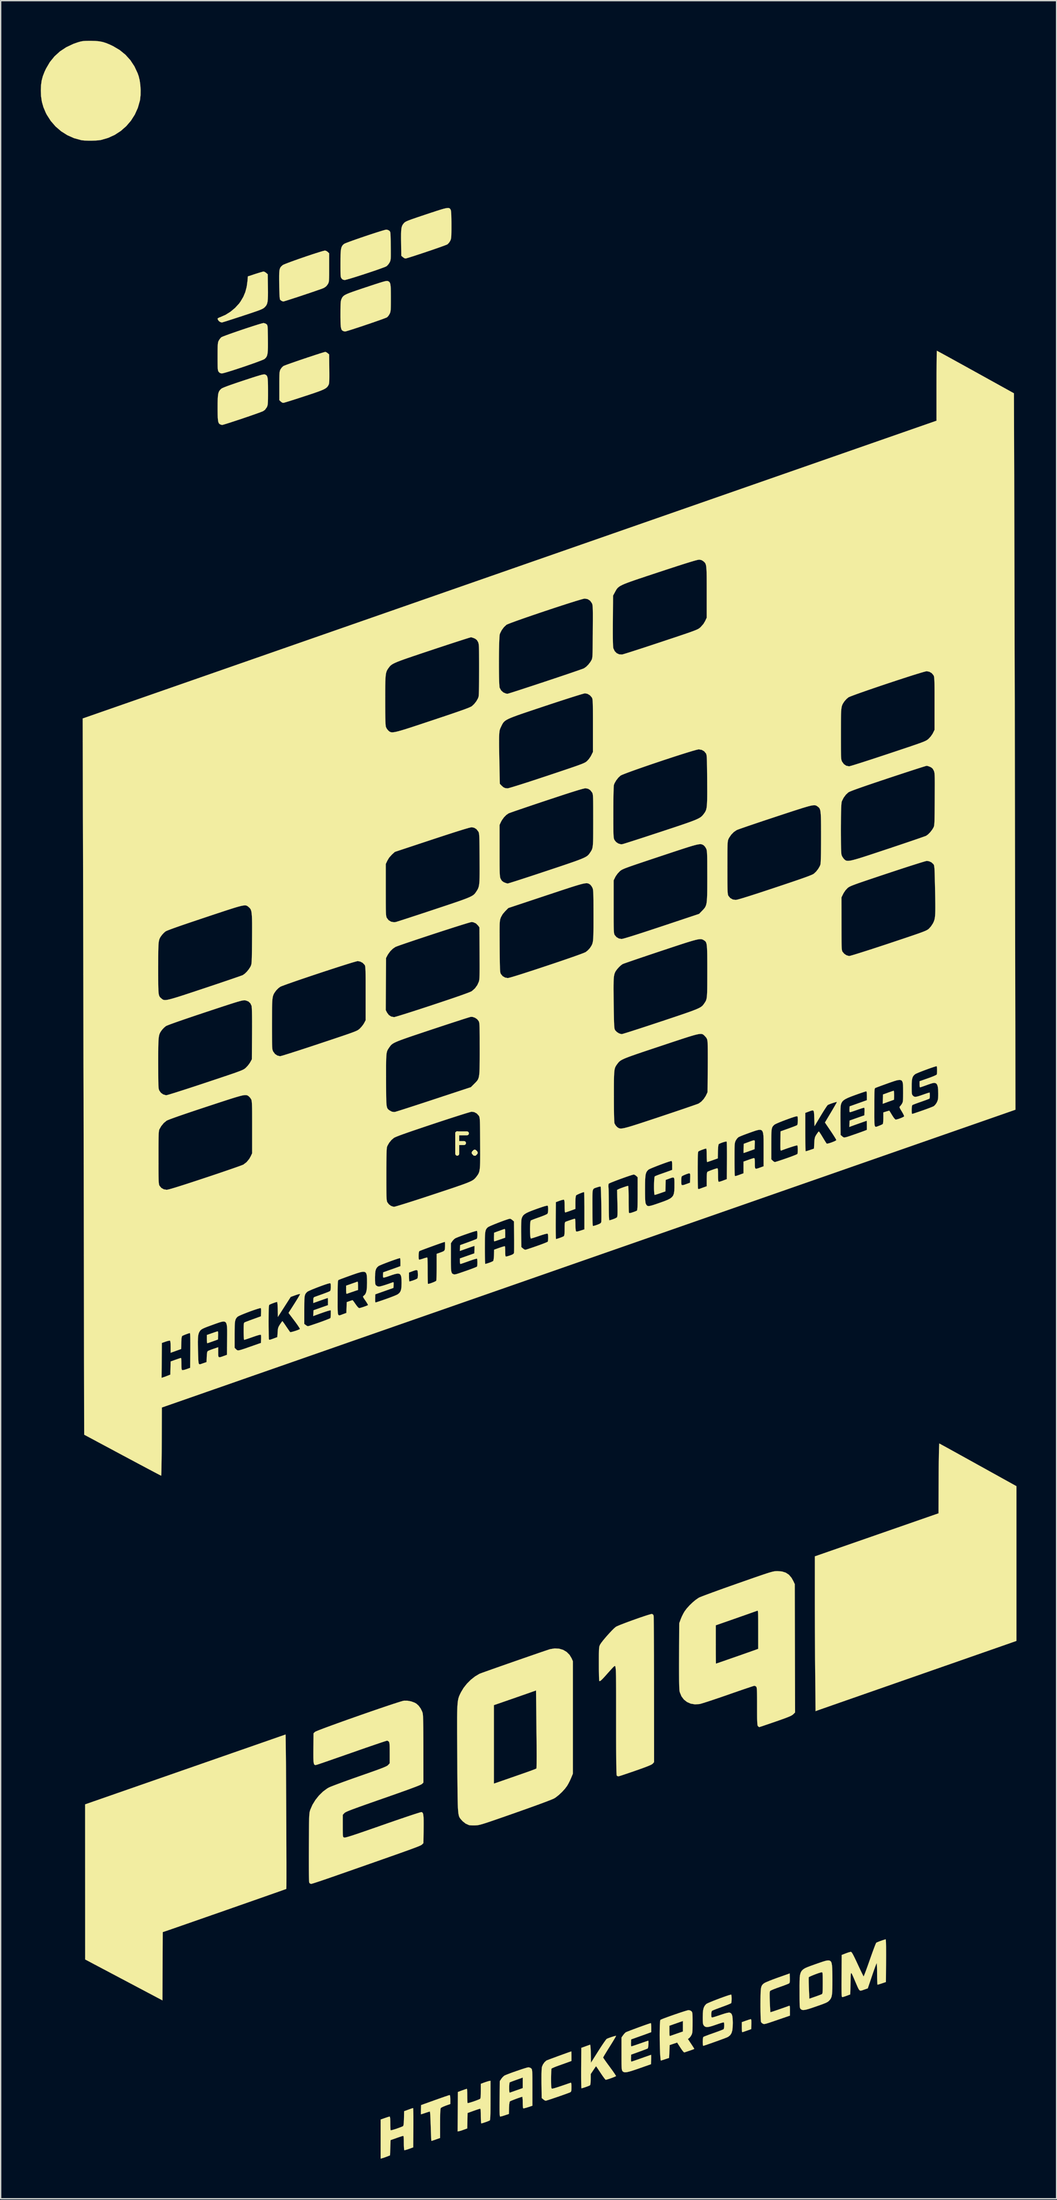
<source format=kicad_pcb>
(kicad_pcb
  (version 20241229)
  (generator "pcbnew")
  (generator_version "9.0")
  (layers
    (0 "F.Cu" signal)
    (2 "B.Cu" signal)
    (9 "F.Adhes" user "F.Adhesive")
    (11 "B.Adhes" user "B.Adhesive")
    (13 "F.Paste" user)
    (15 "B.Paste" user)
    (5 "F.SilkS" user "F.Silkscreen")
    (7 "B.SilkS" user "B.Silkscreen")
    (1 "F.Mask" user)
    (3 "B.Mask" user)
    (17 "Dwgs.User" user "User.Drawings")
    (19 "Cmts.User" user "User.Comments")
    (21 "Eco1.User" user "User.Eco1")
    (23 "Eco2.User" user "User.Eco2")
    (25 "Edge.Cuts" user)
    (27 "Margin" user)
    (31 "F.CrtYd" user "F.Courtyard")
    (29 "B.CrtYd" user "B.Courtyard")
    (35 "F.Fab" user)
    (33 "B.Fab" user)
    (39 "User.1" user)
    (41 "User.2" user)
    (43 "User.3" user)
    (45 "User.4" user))
  (footprint "F.Silk_g3358"
    (layer "F.Cu")
    (at 38.074 82.532)
    (property "Reference" "F.Silk_g3358" (at 0 0 0) (layer "F.SilkS") (effects (font (size 1.524 1.524) (thickness 0.3))))
    (attr through_hole)
    (fp_poly (pts (xy 15.308 -0.295) (xy 15.324 -0.233) (xy 15.322 -0.125) (xy 15.316 0.001) (xy 15.303 0.348) (xy 14.901 0.491) (xy 14.732 0.552) (xy 14.595 0.599) (xy 14.508 0.629) (xy 14.487 0.635) (xy 14.483 0.596) (xy 14.482 0.492) (xy 14.485 0.344) (xy 14.487 0.291) (xy 14.499 -0.053) (xy 14.817 -0.169) (xy 15.029 -0.248) (xy 15.174 -0.298) (xy 15.263 -0.315) (xy 15.308 -0.295)) (stroke (width 0.01) (type solid)) (fill yes) (layer "F.SilkS"))
    (fp_poly (pts (xy -24.822 14.008) (xy -24.815 14.111) (xy -24.815 14.256) (xy -24.816 14.275) (xy -24.828 14.579) (xy -25.209 14.717) (xy -25.377 14.777) (xy -25.514 14.824) (xy -25.602 14.852) (xy -25.622 14.857) (xy -25.638 14.819) (xy -25.649 14.718) (xy -25.654 14.573) (xy -25.654 14.551) (xy -25.654 14.243) (xy -25.262 14.106) (xy -25.092 14.047) (xy -24.952 14.001) (xy -24.861 13.974) (xy -24.837 13.969) (xy -24.822 14.008)) (stroke (width 0.01) (type solid)) (fill yes) (layer "F.SilkS"))
    (fp_poly (pts (xy -14.369 10.284) (xy -14.357 10.38) (xy -14.351 10.523) (xy -14.351 10.555) (xy -14.351 10.873) (xy -14.743 11.007) (xy -14.916 11.066) (xy -15.062 11.117) (xy -15.16 11.152) (xy -15.187 11.162) (xy -15.216 11.15) (xy -15.232 11.08) (xy -15.239 10.941) (xy -15.24 10.869) (xy -15.24 10.555) (xy -14.829 10.41) (xy -14.654 10.349) (xy -14.509 10.297) (xy -14.413 10.262) (xy -14.385 10.252) (xy -14.369 10.284)) (stroke (width 0.01) (type solid)) (fill yes) (layer "F.SilkS"))
    (fp_poly (pts (xy 15.051 65.441) (xy 15.063 65.551) (xy 15.063 65.739) (xy 15.062 65.775) (xy 15.05 66.146) (xy 14.732 66.26) (xy 14.579 66.313) (xy 14.458 66.354) (xy 14.389 66.375) (xy 14.383 66.376) (xy 14.369 66.338) (xy 14.358 66.234) (xy 14.352 66.084) (xy 14.351 66.003) (xy 14.351 65.628) (xy 14.665 65.516) (xy 14.819 65.463) (xy 14.945 65.424) (xy 15.019 65.406) (xy 15.026 65.405) (xy 15.051 65.441)) (stroke (width 0.01) (type solid)) (fill yes) (layer "F.SilkS"))
    (fp_poly (pts (xy 25.722 -3.982) (xy 25.733 -3.879) (xy 25.738 -3.731) (xy 25.739 -3.683) (xy 25.737 -3.526) (xy 25.732 -3.407) (xy 25.725 -3.348) (xy 25.723 -3.344) (xy 25.679 -3.331) (xy 25.572 -3.294) (xy 25.422 -3.241) (xy 25.298 -3.196) (xy 24.889 -3.048) (xy 24.901 -3.395) (xy 24.913 -3.742) (xy 25.294 -3.88) (xy 25.462 -3.939) (xy 25.599 -3.986) (xy 25.687 -4.014) (xy 25.707 -4.019) (xy 25.722 -3.982)) (stroke (width 0.01) (type solid)) (fill yes) (layer "F.SilkS"))
    (fp_poly (pts (xy -3.361 6.344) (xy -3.349 6.412) (xy -3.345 6.54) (xy -3.344 6.633) (xy -3.344 6.964) (xy -3.736 7.102) (xy -3.906 7.16) (xy -4.047 7.207) (xy -4.138 7.234) (xy -4.161 7.239) (xy -4.175 7.2) (xy -4.183 7.097) (xy -4.183 6.951) (xy -4.182 6.917) (xy -4.17 6.595) (xy -3.839 6.474) (xy -3.674 6.415) (xy -3.533 6.365) (xy -3.439 6.332) (xy -3.426 6.328) (xy -3.385 6.321) (xy -3.361 6.344)) (stroke (width 0.01) (type solid)) (fill yes) (layer "F.SilkS"))
    (fp_poly (pts (xy -7.475 71.107) (xy -7.458 71.198) (xy -7.451 71.362) (xy -7.451 71.412) (xy -7.451 71.746) (xy -7.779 71.863) (xy -7.939 71.925) (xy -8.07 71.987) (xy -8.15 72.036) (xy -8.16 72.045) (xy -8.177 72.091) (xy -8.191 72.185) (xy -8.201 72.335) (xy -8.208 72.549) (xy -8.211 72.832) (xy -8.213 73.192) (xy -8.213 74.284) (xy -8.526 74.395) (xy -8.676 74.448) (xy -8.793 74.487) (xy -8.856 74.506) (xy -8.86 74.507) (xy -8.867 74.466) (xy -8.875 74.352) (xy -8.884 74.176) (xy -8.894 73.948) (xy -8.904 73.68) (xy -8.912 73.406) (xy -8.921 73.111) (xy -8.932 72.845) (xy -8.943 72.621) (xy -8.954 72.449) (xy -8.964 72.34) (xy -8.973 72.305) (xy -9.024 72.318) (xy -9.134 72.352) (xy -9.28 72.4) (xy -9.313 72.411) (xy -9.462 72.461) (xy -9.577 72.498) (xy -9.636 72.516) (xy -9.64 72.517) (xy -9.646 72.478) (xy -9.647 72.374) (xy -9.645 72.226) (xy -9.643 72.172) (xy -9.631 71.827) (xy -8.594 71.454) (xy -8.312 71.354) (xy -8.056 71.264) (xy -7.835 71.187) (xy -7.662 71.129) (xy -7.548 71.092) (xy -7.504 71.08) (xy -7.475 71.107)) (stroke (width 0.01) (type solid)) (fill yes) (layer "F.SilkS"))
    (fp_poly (pts (xy -21.334 -65.251) (xy -21.236 -65.188) (xy -21.222 -65.176) (xy -21.103 -65.074) (xy -21.089 -64.103) (xy -21.085 -63.739) (xy -21.087 -63.449) (xy -21.096 -63.221) (xy -21.113 -63.045) (xy -21.141 -62.909) (xy -21.182 -62.802) (xy -21.236 -62.713) (xy -21.307 -62.631) (xy -21.329 -62.609) (xy -21.375 -62.567) (xy -21.43 -62.528) (xy -21.503 -62.487) (xy -21.6 -62.441) (xy -21.733 -62.388) (xy -21.907 -62.324) (xy -22.133 -62.246) (xy -22.417 -62.15) (xy -22.77 -62.033) (xy -22.987 -61.961) (xy -23.328 -61.85) (xy -23.644 -61.747) (xy -23.926 -61.656) (xy -24.164 -61.58) (xy -24.351 -61.522) (xy -24.476 -61.484) (xy -24.531 -61.47) (xy -24.532 -61.47) (xy -24.602 -61.487) (xy -24.667 -61.511) (xy -24.764 -61.582) (xy -24.833 -61.687) (xy -24.85 -61.758) (xy -24.813 -61.794) (xy -24.72 -61.841) (xy -24.649 -61.867) (xy -24.266 -62.034) (xy -23.891 -62.268) (xy -23.546 -62.554) (xy -23.251 -62.875) (xy -23.135 -63.035) (xy -22.928 -63.386) (xy -22.779 -63.742) (xy -22.677 -64.127) (xy -22.616 -64.566) (xy -22.615 -64.577) (xy -22.585 -64.914) (xy -22.035 -65.095) (xy -21.827 -65.161) (xy -21.644 -65.217) (xy -21.503 -65.257) (xy -21.421 -65.276) (xy -21.412 -65.277) (xy -21.334 -65.251)) (stroke (width 0.01) (type solid)) (fill yes) (layer "F.SilkS"))
    (fp_poly (pts (xy -33.986 -82.518) (xy -33.695 -82.491) (xy -33.433 -82.44) (xy -33.173 -82.357) (xy -32.889 -82.237) (xy -32.66 -82.127) (xy -32.173 -81.838) (xy -31.745 -81.489) (xy -31.377 -81.082) (xy -31.072 -80.619) (xy -30.831 -80.103) (xy -30.754 -79.883) (xy -30.68 -79.581) (xy -30.631 -79.227) (xy -30.608 -78.85) (xy -30.613 -78.481) (xy -30.647 -78.147) (xy -30.664 -78.054) (xy -30.817 -77.517) (xy -31.042 -77.016) (xy -31.333 -76.558) (xy -31.685 -76.148) (xy -32.09 -75.793) (xy -32.544 -75.498) (xy -33.04 -75.271) (xy -33.569 -75.117) (xy -33.749 -75.091) (xy -33.985 -75.074) (xy -34.253 -75.065) (xy -34.526 -75.065) (xy -34.778 -75.074) (xy -34.983 -75.092) (xy -35.049 -75.103) (xy -35.585 -75.25) (xy -36.087 -75.473) (xy -36.549 -75.765) (xy -36.964 -76.121) (xy -37.325 -76.536) (xy -37.625 -77.004) (xy -37.7 -77.15) (xy -37.875 -77.564) (xy -37.991 -77.971) (xy -38.054 -78.399) (xy -38.069 -78.825) (xy -38.054 -79.215) (xy -38.007 -79.559) (xy -37.92 -79.886) (xy -37.788 -80.225) (xy -37.68 -80.454) (xy -37.395 -80.94) (xy -37.047 -81.368) (xy -36.64 -81.738) (xy -36.173 -82.047) (xy -35.647 -82.296) (xy -35.325 -82.41) (xy -35.164 -82.458) (xy -35.027 -82.491) (xy -34.89 -82.511) (xy -34.731 -82.522) (xy -34.527 -82.526) (xy -34.332 -82.527) (xy -33.986 -82.518)) (stroke (width 0.01) (type solid)) (fill yes) (layer "F.SilkS"))
    (fp_poly (pts (xy -16.718 -59.24) (xy -16.624 -59.176) (xy -16.619 -59.171) (xy -16.511 -59.076) (xy -16.5 -57.997) (xy -16.497 -57.66) (xy -16.497 -57.397) (xy -16.499 -57.198) (xy -16.504 -57.05) (xy -16.514 -56.944) (xy -16.528 -56.868) (xy -16.548 -56.813) (xy -16.561 -56.785) (xy -16.606 -56.71) (xy -16.657 -56.644) (xy -16.723 -56.583) (xy -16.81 -56.523) (xy -16.929 -56.461) (xy -17.086 -56.392) (xy -17.289 -56.314) (xy -17.547 -56.223) (xy -17.868 -56.114) (xy -18.258 -55.985) (xy -18.38 -55.945) (xy -18.72 -55.834) (xy -19.038 -55.731) (xy -19.323 -55.641) (xy -19.565 -55.565) (xy -19.756 -55.507) (xy -19.886 -55.47) (xy -19.946 -55.457) (xy -19.946 -55.457) (xy -20.031 -55.485) (xy -20.125 -55.555) (xy -20.131 -55.561) (xy -20.235 -55.664) (xy -20.235 -56.726) (xy -20.235 -57.057) (xy -20.233 -57.314) (xy -20.229 -57.509) (xy -20.222 -57.654) (xy -20.211 -57.761) (xy -20.196 -57.839) (xy -20.175 -57.902) (xy -20.149 -57.958) (xy -20.062 -58.085) (xy -19.954 -58.191) (xy -19.927 -58.21) (xy -19.859 -58.241) (xy -19.723 -58.293) (xy -19.531 -58.363) (xy -19.292 -58.448) (xy -19.019 -58.543) (xy -18.721 -58.646) (xy -18.411 -58.751) (xy -18.099 -58.856) (xy -17.796 -58.956) (xy -17.514 -59.049) (xy -17.263 -59.13) (xy -17.055 -59.195) (xy -16.9 -59.241) (xy -16.81 -59.265) (xy -16.795 -59.267) (xy -16.718 -59.24)) (stroke (width 0.01) (type solid)) (fill yes) (layer "F.SilkS"))
    (fp_poly (pts (xy -16.719 -66.815) (xy -16.619 -66.745) (xy -16.614 -66.74) (xy -16.51 -66.637) (xy -16.51 -65.569) (xy -16.51 -65.242) (xy -16.511 -64.987) (xy -16.515 -64.794) (xy -16.521 -64.652) (xy -16.531 -64.549) (xy -16.546 -64.473) (xy -16.566 -64.414) (xy -16.594 -64.36) (xy -16.616 -64.322) (xy -16.725 -64.179) (xy -16.875 -64.071) (xy -16.944 -64.037) (xy -17.02 -64.006) (xy -17.161 -63.955) (xy -17.356 -63.887) (xy -17.594 -63.804) (xy -17.864 -63.712) (xy -18.156 -63.614) (xy -18.458 -63.513) (xy -18.759 -63.412) (xy -19.049 -63.317) (xy -19.316 -63.23) (xy -19.549 -63.155) (xy -19.738 -63.095) (xy -19.871 -63.055) (xy -19.937 -63.037) (xy -19.942 -63.037) (xy -19.991 -63.053) (xy -20.053 -63.077) (xy -20.145 -63.14) (xy -20.187 -63.193) (xy -20.2 -63.257) (xy -20.212 -63.394) (xy -20.223 -63.591) (xy -20.232 -63.839) (xy -20.24 -64.123) (xy -20.243 -64.328) (xy -20.247 -64.679) (xy -20.247 -64.956) (xy -20.242 -65.17) (xy -20.229 -65.333) (xy -20.206 -65.455) (xy -20.172 -65.548) (xy -20.124 -65.623) (xy -20.06 -65.69) (xy -19.984 -65.756) (xy -19.918 -65.792) (xy -19.782 -65.849) (xy -19.588 -65.925) (xy -19.347 -66.015) (xy -19.07 -66.115) (xy -18.769 -66.222) (xy -18.454 -66.331) (xy -18.138 -66.439) (xy -17.831 -66.542) (xy -17.544 -66.635) (xy -17.288 -66.716) (xy -17.076 -66.781) (xy -16.918 -66.824) (xy -16.825 -66.844) (xy -16.815 -66.844) (xy -16.719 -66.815)) (stroke (width 0.01) (type solid)) (fill yes) (layer "F.SilkS"))
    (fp_poly (pts (xy -10.226 72.092) (xy -10.22 72.208) (xy -10.216 72.389) (xy -10.212 72.626) (xy -10.211 72.909) (xy -10.211 73.229) (xy -10.212 73.519) (xy -10.223 74.987) (xy -10.541 75.102) (xy -10.693 75.154) (xy -10.815 75.188) (xy -10.884 75.2) (xy -10.89 75.198) (xy -10.902 75.151) (xy -10.912 75.036) (xy -10.919 74.87) (xy -10.922 74.67) (xy -10.922 74.652) (xy -10.924 74.419) (xy -10.932 74.26) (xy -10.946 74.167) (xy -10.967 74.13) (xy -10.975 74.128) (xy -11.034 74.142) (xy -11.155 74.18) (xy -11.318 74.234) (xy -11.472 74.288) (xy -11.917 74.446) (xy -11.938 75.016) (xy -11.959 75.586) (xy -12.192 75.678) (xy -12.342 75.734) (xy -12.477 75.78) (xy -12.541 75.799) (xy -12.658 75.828) (xy -12.658 72.909) (xy -12.344 72.798) (xy -12.19 72.745) (xy -12.064 72.706) (xy -11.991 72.687) (xy -11.984 72.686) (xy -11.961 72.728) (xy -11.946 72.855) (xy -11.939 73.065) (xy -11.938 73.187) (xy -11.936 73.385) (xy -11.93 73.55) (xy -11.922 73.666) (xy -11.913 73.714) (xy -11.865 73.711) (xy -11.759 73.684) (xy -11.612 73.64) (xy -11.446 73.585) (xy -11.279 73.526) (xy -11.131 73.47) (xy -11.022 73.424) (xy -10.976 73.398) (xy -10.949 73.331) (xy -10.929 73.179) (xy -10.916 72.944) (xy -10.913 72.821) (xy -10.901 72.287) (xy -10.583 72.17) (xy -10.431 72.114) (xy -10.309 72.073) (xy -10.24 72.053) (xy -10.234 72.052) (xy -10.226 72.092)) (stroke (width 0.01) (type solid)) (fill yes) (layer "F.SilkS"))
    (fp_poly (pts (xy -7.533 -70.016) (xy -7.486 -69.987) (xy -7.45 -69.944) (xy -7.42 -69.889) (xy -7.401 -69.82) (xy -7.386 -69.692) (xy -7.376 -69.498) (xy -7.37 -69.233) (xy -7.367 -68.892) (xy -7.367 -68.773) (xy -7.367 -68.452) (xy -7.369 -68.203) (xy -7.373 -68.014) (xy -7.38 -67.875) (xy -7.392 -67.772) (xy -7.409 -67.694) (xy -7.431 -67.629) (xy -7.456 -67.573) (xy -7.539 -67.442) (xy -7.641 -67.333) (xy -7.679 -67.306) (xy -7.746 -67.276) (xy -7.881 -67.224) (xy -8.073 -67.154) (xy -8.311 -67.069) (xy -8.584 -66.974) (xy -8.881 -66.872) (xy -9.191 -66.767) (xy -9.503 -66.662) (xy -9.805 -66.562) (xy -10.087 -66.469) (xy -10.338 -66.389) (xy -10.546 -66.323) (xy -10.701 -66.277) (xy -10.791 -66.254) (xy -10.807 -66.252) (xy -10.883 -66.278) (xy -10.979 -66.342) (xy -10.994 -66.354) (xy -11.113 -66.456) (xy -11.126 -67.444) (xy -11.13 -67.8) (xy -11.129 -68.083) (xy -11.122 -68.304) (xy -11.107 -68.474) (xy -11.082 -68.605) (xy -11.046 -68.709) (xy -10.997 -68.796) (xy -10.933 -68.878) (xy -10.918 -68.895) (xy -10.88 -68.934) (xy -10.833 -68.971) (xy -10.768 -69.01) (xy -10.677 -69.053) (xy -10.553 -69.104) (xy -10.386 -69.167) (xy -10.169 -69.243) (xy -9.894 -69.338) (xy -9.553 -69.452) (xy -9.248 -69.554) (xy -8.833 -69.692) (xy -8.49 -69.805) (xy -8.212 -69.893) (xy -7.992 -69.958) (xy -7.822 -70.001) (xy -7.693 -70.024) (xy -7.6 -70.029) (xy -7.533 -70.016)) (stroke (width 0.01) (type solid)) (fill yes) (layer "F.SilkS"))
    (fp_poly (pts (xy 29.164 22.381) (xy 29.275 22.442) (xy 29.448 22.537) (xy 29.678 22.663) (xy 29.959 22.818) (xy 30.285 22.998) (xy 30.651 23.201) (xy 31.051 23.422) (xy 31.479 23.659) (xy 31.929 23.909) (xy 32.021 23.96) (xy 34.883 25.547) (xy 34.883 37.118) (xy 34.766 37.16) (xy 34.715 37.178) (xy 34.587 37.222) (xy 34.388 37.292) (xy 34.121 37.385) (xy 33.79 37.501) (xy 33.4 37.637) (xy 32.953 37.793) (xy 32.456 37.967) (xy 31.91 38.157) (xy 31.322 38.363) (xy 30.693 38.582) (xy 30.03 38.814) (xy 29.335 39.056) (xy 28.612 39.308) (xy 27.867 39.569) (xy 27.369 39.743) (xy 26.61 40.007) (xy 25.872 40.265) (xy 25.159 40.514) (xy 24.475 40.753) (xy 23.824 40.98) (xy 23.209 41.195) (xy 22.635 41.396) (xy 22.106 41.58) (xy 21.626 41.748) (xy 21.2 41.897) (xy 20.83 42.027) (xy 20.521 42.135) (xy 20.278 42.22) (xy 20.103 42.282) (xy 20.002 42.317) (xy 19.978 42.326) (xy 19.868 42.368) (xy 19.84 39.546) (xy 19.835 38.968) (xy 19.83 38.323) (xy 19.826 37.632) (xy 19.822 36.913) (xy 19.818 36.184) (xy 19.816 35.466) (xy 19.814 34.776) (xy 19.813 34.133) (xy 19.813 33.761) (xy 19.814 30.797) (xy 29.062 27.579) (xy 29.073 24.962) (xy 29.075 24.455) (xy 29.079 23.99) (xy 29.084 23.571) (xy 29.089 23.206) (xy 29.095 22.898) (xy 29.102 22.655) (xy 29.109 22.48) (xy 29.116 22.381) (xy 29.122 22.359) (xy 29.164 22.381)) (stroke (width 0.01) (type solid)) (fill yes) (layer "F.SilkS"))
    (fp_poly (pts (xy -21.306 -57.578) (xy -21.295 -57.574) (xy -21.232 -57.542) (xy -21.182 -57.499) (xy -21.145 -57.435) (xy -21.118 -57.339) (xy -21.1 -57.201) (xy -21.09 -57.013) (xy -21.084 -56.763) (xy -21.082 -56.442) (xy -21.082 -56.315) (xy -21.082 -55.995) (xy -21.084 -55.747) (xy -21.089 -55.561) (xy -21.097 -55.422) (xy -21.109 -55.321) (xy -21.126 -55.243) (xy -21.149 -55.178) (xy -21.171 -55.131) (xy -21.306 -54.942) (xy -21.435 -54.847) (xy -21.51 -54.813) (xy -21.652 -54.759) (xy -21.849 -54.686) (xy -22.09 -54.6) (xy -22.365 -54.504) (xy -22.662 -54.402) (xy -22.971 -54.297) (xy -23.279 -54.194) (xy -23.576 -54.096) (xy -23.852 -54.006) (xy -24.093 -53.928) (xy -24.291 -53.867) (xy -24.433 -53.826) (xy -24.509 -53.809) (xy -24.515 -53.809) (xy -24.599 -53.828) (xy -24.668 -53.856) (xy -24.722 -53.893) (xy -24.765 -53.948) (xy -24.797 -54.034) (xy -24.82 -54.158) (xy -24.836 -54.331) (xy -24.844 -54.563) (xy -24.848 -54.863) (xy -24.849 -55.114) (xy -24.847 -55.465) (xy -24.84 -55.743) (xy -24.827 -55.959) (xy -24.805 -56.125) (xy -24.771 -56.251) (xy -24.723 -56.35) (xy -24.66 -56.432) (xy -24.578 -56.509) (xy -24.568 -56.518) (xy -24.489 -56.563) (xy -24.337 -56.629) (xy -24.11 -56.716) (xy -23.806 -56.825) (xy -23.423 -56.957) (xy -22.961 -57.111) (xy -22.928 -57.122) (xy -22.534 -57.252) (xy -22.212 -57.357) (xy -21.954 -57.439) (xy -21.752 -57.5) (xy -21.599 -57.543) (xy -21.486 -57.571) (xy -21.405 -57.584) (xy -21.347 -57.586) (xy -21.306 -57.578)) (stroke (width 0.01) (type solid)) (fill yes) (layer "F.SilkS"))
    (fp_poly (pts (xy -21.299 -61.399) (xy -21.203 -61.345) (xy -21.172 -61.318) (xy -21.148 -61.286) (xy -21.13 -61.239) (xy -21.117 -61.166) (xy -21.108 -61.057) (xy -21.101 -60.9) (xy -21.097 -60.686) (xy -21.092 -60.402) (xy -21.09 -60.235) (xy -21.087 -59.867) (xy -21.089 -59.572) (xy -21.098 -59.342) (xy -21.116 -59.164) (xy -21.143 -59.028) (xy -21.183 -58.924) (xy -21.237 -58.842) (xy -21.307 -58.769) (xy -21.337 -58.743) (xy -21.406 -58.705) (xy -21.545 -58.646) (xy -21.742 -58.57) (xy -21.985 -58.479) (xy -22.265 -58.379) (xy -22.569 -58.273) (xy -22.886 -58.164) (xy -23.206 -58.057) (xy -23.516 -57.955) (xy -23.805 -57.862) (xy -24.062 -57.782) (xy -24.277 -57.719) (xy -24.437 -57.677) (xy -24.531 -57.658) (xy -24.54 -57.658) (xy -24.675 -57.69) (xy -24.762 -57.77) (xy -24.789 -57.808) (xy -24.81 -57.854) (xy -24.826 -57.917) (xy -24.837 -58.009) (xy -24.844 -58.14) (xy -24.847 -58.322) (xy -24.849 -58.566) (xy -24.85 -58.882) (xy -24.85 -58.914) (xy -24.849 -59.241) (xy -24.847 -59.494) (xy -24.843 -59.686) (xy -24.835 -59.828) (xy -24.824 -59.931) (xy -24.808 -60.008) (xy -24.786 -60.069) (xy -24.766 -60.111) (xy -24.686 -60.238) (xy -24.593 -60.344) (xy -24.574 -60.361) (xy -24.509 -60.393) (xy -24.374 -60.448) (xy -24.181 -60.521) (xy -23.942 -60.608) (xy -23.666 -60.705) (xy -23.366 -60.809) (xy -23.052 -60.916) (xy -22.737 -61.022) (xy -22.43 -61.123) (xy -22.144 -61.215) (xy -21.889 -61.296) (xy -21.678 -61.36) (xy -21.52 -61.404) (xy -21.427 -61.425) (xy -21.415 -61.426) (xy -21.299 -61.399)) (stroke (width 0.01) (type solid)) (fill yes) (layer "F.SilkS"))
    (fp_poly (pts (xy -12.113 -68.384) (xy -12.017 -68.33) (xy -11.986 -68.303) (xy -11.962 -68.272) (xy -11.944 -68.226) (xy -11.931 -68.154) (xy -11.922 -68.046) (xy -11.916 -67.892) (xy -11.911 -67.68) (xy -11.907 -67.401) (xy -11.905 -67.197) (xy -11.901 -66.871) (xy -11.9 -66.618) (xy -11.901 -66.426) (xy -11.906 -66.284) (xy -11.915 -66.18) (xy -11.93 -66.103) (xy -11.95 -66.04) (xy -11.977 -65.98) (xy -11.989 -65.956) (xy -12.077 -65.821) (xy -12.184 -65.705) (xy -12.225 -65.673) (xy -12.3 -65.637) (xy -12.444 -65.58) (xy -12.645 -65.506) (xy -12.892 -65.418) (xy -13.173 -65.321) (xy -13.477 -65.219) (xy -13.792 -65.114) (xy -14.107 -65.012) (xy -14.411 -64.914) (xy -14.692 -64.826) (xy -14.939 -64.752) (xy -15.14 -64.694) (xy -15.283 -64.656) (xy -15.358 -64.643) (xy -15.493 -64.678) (xy -15.576 -64.755) (xy -15.603 -64.794) (xy -15.624 -64.839) (xy -15.64 -64.903) (xy -15.65 -64.995) (xy -15.657 -65.127) (xy -15.661 -65.309) (xy -15.662 -65.554) (xy -15.662 -65.872) (xy -15.662 -65.887) (xy -15.661 -66.25) (xy -15.655 -66.539) (xy -15.642 -66.765) (xy -15.622 -66.939) (xy -15.592 -67.07) (xy -15.549 -67.17) (xy -15.493 -67.25) (xy -15.42 -67.319) (xy -15.391 -67.342) (xy -15.326 -67.376) (xy -15.191 -67.431) (xy -14.997 -67.504) (xy -14.757 -67.592) (xy -14.481 -67.689) (xy -14.18 -67.794) (xy -13.866 -67.901) (xy -13.55 -68.007) (xy -13.244 -68.108) (xy -12.957 -68.201) (xy -12.702 -68.281) (xy -12.49 -68.345) (xy -12.333 -68.389) (xy -12.24 -68.41) (xy -12.228 -68.411) (xy -12.113 -68.384)) (stroke (width 0.01) (type solid)) (fill yes) (layer "F.SilkS"))
    (fp_poly (pts (xy -4.445 71.469) (xy -4.446 71.883) (xy -4.448 72.22) (xy -4.452 72.484) (xy -4.458 72.685) (xy -4.467 72.827) (xy -4.478 72.918) (xy -4.492 72.964) (xy -4.498 72.972) (xy -4.561 73.003) (xy -4.677 73.05) (xy -4.82 73.102) (xy -4.962 73.15) (xy -5.075 73.184) (xy -5.131 73.194) (xy -5.143 73.155) (xy -5.154 73.046) (xy -5.161 72.884) (xy -5.165 72.685) (xy -5.165 72.644) (xy -5.167 72.405) (xy -5.174 72.241) (xy -5.187 72.142) (xy -5.207 72.099) (xy -5.218 72.096) (xy -5.277 72.111) (xy -5.397 72.148) (xy -5.56 72.204) (xy -5.715 72.258) (xy -6.16 72.419) (xy -6.171 72.994) (xy -6.183 73.57) (xy -6.424 73.66) (xy -6.576 73.714) (xy -6.714 73.757) (xy -6.783 73.774) (xy -6.901 73.798) (xy -6.89 72.323) (xy -6.879 70.848) (xy -6.562 70.73) (xy -6.409 70.675) (xy -6.288 70.634) (xy -6.219 70.613) (xy -6.212 70.612) (xy -6.2 70.652) (xy -6.19 70.76) (xy -6.183 70.92) (xy -6.181 71.117) (xy -6.181 71.134) (xy -6.179 71.336) (xy -6.174 71.506) (xy -6.166 71.626) (xy -6.157 71.68) (xy -6.156 71.681) (xy -6.109 71.677) (xy -6.003 71.65) (xy -5.857 71.605) (xy -5.691 71.55) (xy -5.524 71.491) (xy -5.375 71.434) (xy -5.265 71.387) (xy -5.218 71.362) (xy -5.193 71.311) (xy -5.176 71.196) (xy -5.167 71.012) (xy -5.165 70.779) (xy -5.165 70.237) (xy -4.922 70.146) (xy -4.77 70.093) (xy -4.632 70.05) (xy -4.563 70.032) (xy -4.445 70.009) (xy -4.445 71.469)) (stroke (width 0.01) (type solid)) (fill yes) (layer "F.SilkS"))
    (fp_poly (pts (xy -12.129 -64.566) (xy -12.111 -64.56) (xy -12.047 -64.528) (xy -11.997 -64.485) (xy -11.96 -64.421) (xy -11.933 -64.326) (xy -11.914 -64.189) (xy -11.903 -64.002) (xy -11.898 -63.753) (xy -11.896 -63.433) (xy -11.896 -63.3) (xy -11.896 -62.98) (xy -11.898 -62.732) (xy -11.903 -62.545) (xy -11.91 -62.407) (xy -11.922 -62.305) (xy -11.94 -62.228) (xy -11.963 -62.163) (xy -11.984 -62.117) (xy -12.062 -61.987) (xy -12.154 -61.881) (xy -12.185 -61.855) (xy -12.247 -61.826) (xy -12.378 -61.775) (xy -12.567 -61.705) (xy -12.802 -61.621) (xy -13.073 -61.526) (xy -13.369 -61.424) (xy -13.678 -61.319) (xy -13.99 -61.213) (xy -14.294 -61.112) (xy -14.578 -61.019) (xy -14.832 -60.937) (xy -15.045 -60.87) (xy -15.206 -60.822) (xy -15.303 -60.797) (xy -15.325 -60.794) (xy -15.412 -60.814) (xy -15.481 -60.841) (xy -15.536 -60.878) (xy -15.579 -60.934) (xy -15.611 -61.02) (xy -15.635 -61.146) (xy -15.65 -61.32) (xy -15.659 -61.554) (xy -15.663 -61.856) (xy -15.663 -62.09) (xy -15.662 -62.417) (xy -15.658 -62.671) (xy -15.651 -62.863) (xy -15.64 -63.005) (xy -15.624 -63.107) (xy -15.603 -63.182) (xy -15.598 -63.194) (xy -15.561 -63.278) (xy -15.522 -63.35) (xy -15.472 -63.414) (xy -15.404 -63.473) (xy -15.311 -63.533) (xy -15.183 -63.596) (xy -15.014 -63.666) (xy -14.796 -63.747) (xy -14.521 -63.843) (xy -14.18 -63.959) (xy -13.771 -64.096) (xy -13.374 -64.227) (xy -13.05 -64.334) (xy -12.789 -64.418) (xy -12.585 -64.481) (xy -12.429 -64.526) (xy -12.314 -64.555) (xy -12.231 -64.57) (xy -12.172 -64.573) (xy -12.129 -64.566)) (stroke (width 0.01) (type solid)) (fill yes) (layer "F.SilkS"))
    (fp_poly (pts (xy 17.941 62.327) (xy 17.942 62.529) (xy 17.927 62.657) (xy 17.898 62.718) (xy 17.841 62.748) (xy 17.719 62.799) (xy 17.546 62.866) (xy 17.337 62.942) (xy 17.195 62.992) (xy 16.97 63.072) (xy 16.771 63.148) (xy 16.612 63.214) (xy 16.509 63.263) (xy 16.48 63.282) (xy 16.456 63.316) (xy 16.44 63.37) (xy 16.431 63.456) (xy 16.429 63.588) (xy 16.432 63.776) (xy 16.441 64.034) (xy 16.444 64.112) (xy 16.454 64.356) (xy 16.464 64.57) (xy 16.473 64.738) (xy 16.481 64.848) (xy 16.485 64.887) (xy 16.526 64.876) (xy 16.631 64.843) (xy 16.784 64.793) (xy 16.97 64.73) (xy 17.174 64.66) (xy 17.38 64.588) (xy 17.573 64.52) (xy 17.736 64.462) (xy 17.855 64.417) (xy 17.875 64.409) (xy 17.911 64.403) (xy 17.932 64.427) (xy 17.944 64.496) (xy 17.949 64.625) (xy 17.949 64.758) (xy 17.949 65.136) (xy 17.071 65.438) (xy 16.759 65.545) (xy 16.516 65.627) (xy 16.334 65.688) (xy 16.201 65.729) (xy 16.108 65.753) (xy 16.044 65.764) (xy 15.999 65.764) (xy 15.964 65.756) (xy 15.931 65.743) (xy 15.836 65.677) (xy 15.793 65.622) (xy 15.778 65.55) (xy 15.766 65.398) (xy 15.757 65.168) (xy 15.751 64.866) (xy 15.748 64.494) (xy 15.748 64.324) (xy 15.749 63.941) (xy 15.752 63.633) (xy 15.759 63.39) (xy 15.772 63.203) (xy 15.792 63.06) (xy 15.821 62.953) (xy 15.861 62.872) (xy 15.913 62.807) (xy 15.979 62.748) (xy 16.019 62.717) (xy 16.098 62.673) (xy 16.242 62.608) (xy 16.44 62.526) (xy 16.676 62.434) (xy 16.937 62.338) (xy 17.04 62.301) (xy 17.928 61.985) (xy 17.941 62.327)) (stroke (width 0.01) (type solid)) (fill yes) (layer "F.SilkS"))
    (fp_poly (pts (xy -19.768 44.16) (xy -19.764 44.279) (xy -19.761 44.471) (xy -19.757 44.729) (xy -19.754 45.049) (xy -19.75 45.424) (xy -19.746 45.848) (xy -19.742 46.315) (xy -19.738 46.82) (xy -19.735 47.356) (xy -19.731 47.918) (xy -19.728 48.499) (xy -19.724 49.095) (xy -19.721 49.697) (xy -19.718 50.302) (xy -19.715 50.903) (xy -19.713 51.494) (xy -19.711 52.069) (xy -19.709 52.622) (xy -19.708 53.147) (xy -19.706 53.639) (xy -19.706 54.092) (xy -19.706 54.499) (xy -19.706 54.854) (xy -19.707 55.153) (xy -19.708 55.388) (xy -19.71 55.555) (xy -19.712 55.646) (xy -19.714 55.662) (xy -19.754 55.677) (xy -19.867 55.718) (xy -20.048 55.782) (xy -20.291 55.868) (xy -20.59 55.973) (xy -20.938 56.095) (xy -21.329 56.233) (xy -21.757 56.383) (xy -22.216 56.544) (xy -22.701 56.714) (xy -23.204 56.89) (xy -23.72 57.071) (xy -24.243 57.254) (xy -24.766 57.437) (xy -25.284 57.617) (xy -25.79 57.794) (xy -26.279 57.965) (xy -26.743 58.127) (xy -27.178 58.278) (xy -27.576 58.417) (xy -27.932 58.541) (xy -28.24 58.648) (xy -28.494 58.736) (xy -28.687 58.802) (xy -28.813 58.845) (xy -28.86 58.861) (xy -28.955 58.891) (xy -28.966 61.443) (xy -28.977 63.995) (xy -34.752 60.939) (xy -34.753 55.139) (xy -34.754 49.34) (xy -27.281 46.736) (xy -26.514 46.469) (xy -25.768 46.209) (xy -25.047 45.958) (xy -24.356 45.717) (xy -23.697 45.487) (xy -23.076 45.271) (xy -22.496 45.069) (xy -21.961 44.882) (xy -21.475 44.713) (xy -21.041 44.562) (xy -20.665 44.431) (xy -20.349 44.321) (xy -20.097 44.233) (xy -19.915 44.17) (xy -19.805 44.131) (xy -19.771 44.119) (xy -19.768 44.16)) (stroke (width 0.01) (type solid)) (fill yes) (layer "F.SilkS"))
    (fp_poly (pts (xy 1.603 67.857) (xy 1.606 67.961) (xy 1.608 68.111) (xy 1.609 68.172) (xy 1.609 68.526) (xy 1.429 68.594) (xy 1.321 68.633) (xy 1.154 68.693) (xy 0.951 68.766) (xy 0.732 68.844) (xy 0.7 68.855) (xy 0.497 68.929) (xy 0.323 68.998) (xy 0.194 69.055) (xy 0.125 69.094) (xy 0.119 69.1) (xy 0.108 69.158) (xy 0.098 69.285) (xy 0.091 69.467) (xy 0.086 69.687) (xy 0.085 69.862) (xy 0.086 70.129) (xy 0.09 70.322) (xy 0.097 70.455) (xy 0.11 70.537) (xy 0.128 70.581) (xy 0.149 70.597) (xy 0.189 70.598) (xy 0.27 70.582) (xy 0.396 70.546) (xy 0.576 70.49) (xy 0.816 70.411) (xy 1.121 70.307) (xy 1.498 70.176) (xy 1.556 70.156) (xy 1.583 70.169) (xy 1.6 70.24) (xy 1.608 70.379) (xy 1.609 70.479) (xy 1.606 70.653) (xy 1.596 70.761) (xy 1.573 70.824) (xy 1.534 70.86) (xy 1.524 70.866) (xy 1.454 70.896) (xy 1.322 70.946) (xy 1.142 71.012) (xy 0.927 71.088) (xy 0.693 71.17) (xy 0.454 71.252) (xy 0.223 71.33) (xy 0.017 71.399) (xy -0.153 71.454) (xy -0.27 71.489) (xy -0.319 71.501) (xy -0.387 71.475) (xy -0.48 71.412) (xy -0.495 71.399) (xy -0.614 71.297) (xy -0.628 70.219) (xy -0.63 69.823) (xy -0.628 69.495) (xy -0.621 69.238) (xy -0.609 69.059) (xy -0.595 68.969) (xy -0.521 68.793) (xy -0.406 68.629) (xy -0.275 68.509) (xy -0.246 68.491) (xy -0.191 68.468) (xy -0.072 68.422) (xy 0.097 68.359) (xy 0.302 68.283) (xy 0.529 68.199) (xy 0.765 68.113) (xy 0.996 68.029) (xy 1.207 67.953) (xy 1.386 67.889) (xy 1.518 67.843) (xy 1.589 67.82) (xy 1.598 67.818) (xy 1.603 67.857)) (stroke (width 0.01) (type solid)) (fill yes) (layer "F.SilkS"))
    (fp_poly (pts (xy 4.944 66.652) (xy 4.928 66.692) (xy 4.873 66.792) (xy 4.784 66.943) (xy 4.669 67.133) (xy 4.533 67.353) (xy 4.471 67.451) (xy 4.327 67.681) (xy 4.2 67.888) (xy 4.095 68.06) (xy 4.021 68.188) (xy 3.983 68.259) (xy 3.979 68.269) (xy 4.004 68.314) (xy 4.071 68.415) (xy 4.174 68.562) (xy 4.304 68.743) (xy 4.454 68.946) (xy 4.466 68.963) (xy 4.617 69.168) (xy 4.747 69.351) (xy 4.849 69.5) (xy 4.916 69.605) (xy 4.94 69.655) (xy 4.94 69.656) (xy 4.898 69.684) (xy 4.796 69.729) (xy 4.658 69.783) (xy 4.504 69.838) (xy 4.357 69.887) (xy 4.239 69.922) (xy 4.172 69.934) (xy 4.134 69.9) (xy 4.06 69.807) (xy 3.959 69.669) (xy 3.841 69.497) (xy 3.794 69.426) (xy 3.674 69.245) (xy 3.572 69.093) (xy 3.497 68.982) (xy 3.455 68.924) (xy 3.451 68.919) (xy 3.425 68.951) (xy 3.364 69.038) (xy 3.279 69.163) (xy 3.245 69.214) (xy 3.048 69.51) (xy 3.048 69.908) (xy 3.042 70.136) (xy 3.024 70.282) (xy 2.995 70.347) (xy 2.932 70.379) (xy 2.816 70.425) (xy 2.673 70.477) (xy 2.531 70.525) (xy 2.417 70.559) (xy 2.362 70.57) (xy 2.354 70.529) (xy 2.348 70.413) (xy 2.343 70.231) (xy 2.339 69.994) (xy 2.337 69.709) (xy 2.337 69.387) (xy 2.338 69.059) (xy 2.349 67.549) (xy 2.677 67.431) (xy 3.005 67.312) (xy 3.027 67.406) (xy 3.035 67.482) (xy 3.044 67.624) (xy 3.052 67.813) (xy 3.058 68.03) (xy 3.059 68.081) (xy 3.069 68.662) (xy 3.618 67.792) (xy 3.775 67.547) (xy 3.921 67.325) (xy 4.049 67.137) (xy 4.152 66.993) (xy 4.222 66.903) (xy 4.248 66.879) (xy 4.338 66.838) (xy 4.468 66.789) (xy 4.616 66.738) (xy 4.758 66.693) (xy 4.873 66.662) (xy 4.938 66.65) (xy 4.944 66.652)) (stroke (width 0.01) (type solid)) (fill yes) (layer "F.SilkS"))
    (fp_poly (pts (xy -1.483 69.032) (xy -1.397 69.088) (xy -1.374 69.115) (xy -1.355 69.149) (xy -1.34 69.201) (xy -1.33 69.279) (xy -1.322 69.392) (xy -1.317 69.549) (xy -1.314 69.761) (xy -1.313 70.035) (xy -1.312 70.382) (xy -1.312 70.524) (xy -1.312 71.874) (xy -1.635 71.983) (xy -1.791 72.031) (xy -1.915 72.062) (xy -1.988 72.071) (xy -1.995 72.069) (xy -2.011 72.02) (xy -2.023 71.905) (xy -2.031 71.744) (xy -2.032 71.626) (xy -2.035 71.448) (xy -2.045 71.308) (xy -2.059 71.222) (xy -2.069 71.205) (xy -2.131 71.219) (xy -2.251 71.258) (xy -2.407 71.313) (xy -2.578 71.376) (xy -2.743 71.44) (xy -2.881 71.496) (xy -2.972 71.538) (xy -2.993 71.55) (xy -3.021 71.618) (xy -3.043 71.767) (xy -3.056 71.993) (xy -3.057 72.041) (xy -3.069 72.488) (xy -3.363 72.587) (xy -3.515 72.636) (xy -3.64 72.671) (xy -3.712 72.686) (xy -3.715 72.686) (xy -3.731 72.674) (xy -3.744 72.631) (xy -3.753 72.549) (xy -3.759 72.421) (xy -3.763 72.238) (xy -3.763 71.994) (xy -3.762 71.679) (xy -3.759 71.36) (xy -3.751 70.534) (xy -3.048 70.534) (xy -3.045 70.724) (xy -3.035 70.841) (xy -3.016 70.894) (xy -2.995 70.899) (xy -2.936 70.878) (xy -2.815 70.835) (xy -2.651 70.777) (xy -2.487 70.719) (xy -2.032 70.558) (xy -2.032 69.768) (xy -2.502 69.936) (xy -2.69 70.004) (xy -2.849 70.063) (xy -2.962 70.107) (xy -3.01 70.128) (xy -3.027 70.178) (xy -3.04 70.292) (xy -3.047 70.45) (xy -3.048 70.534) (xy -3.751 70.534) (xy -3.747 70.034) (xy -3.63 69.859) (xy -3.535 69.74) (xy -3.431 69.645) (xy -3.392 69.62) (xy -3.286 69.572) (xy -3.123 69.507) (xy -2.919 69.43) (xy -2.688 69.347) (xy -2.446 69.263) (xy -2.209 69.182) (xy -1.99 69.11) (xy -1.806 69.053) (xy -1.672 69.016) (xy -1.605 69.003) (xy -1.483 69.032)) (stroke (width 0.01) (type solid)) (fill yes) (layer "F.SilkS"))
    (fp_poly (pts (xy 10.495 64.756) (xy 10.583 64.812) (xy 10.614 64.848) (xy 10.636 64.895) (xy 10.651 64.965) (xy 10.66 65.072) (xy 10.666 65.228) (xy 10.668 65.446) (xy 10.668 65.661) (xy 10.667 65.94) (xy 10.664 66.148) (xy 10.656 66.301) (xy 10.643 66.411) (xy 10.624 66.494) (xy 10.597 66.563) (xy 10.584 66.589) (xy 10.509 66.709) (xy 10.427 66.803) (xy 10.407 66.819) (xy 10.315 66.884) (xy 10.555 67.245) (xy 10.655 67.397) (xy 10.735 67.521) (xy 10.784 67.601) (xy 10.795 67.624) (xy 10.758 67.644) (xy 10.658 67.683) (xy 10.515 67.734) (xy 10.446 67.757) (xy 10.282 67.812) (xy 10.147 67.857) (xy 10.063 67.885) (xy 10.049 67.89) (xy 10.008 67.864) (xy 9.934 67.78) (xy 9.839 67.651) (xy 9.758 67.529) (xy 9.514 67.15) (xy 9.234 67.244) (xy 8.954 67.339) (xy 8.932 67.818) (xy 8.911 68.297) (xy 8.617 68.396) (xy 8.47 68.445) (xy 8.357 68.48) (xy 8.298 68.495) (xy 8.296 68.495) (xy 8.284 68.456) (xy 8.27 68.347) (xy 8.256 68.184) (xy 8.244 67.982) (xy 8.24 67.917) (xy 8.227 67.595) (xy 8.218 67.26) (xy 8.213 66.923) (xy 8.211 66.596) (xy 8.213 66.29) (xy 8.213 66.288) (xy 8.933 66.288) (xy 8.934 66.473) (xy 8.94 66.587) (xy 8.953 66.645) (xy 8.977 66.662) (xy 9.006 66.655) (xy 9.076 66.63) (xy 9.205 66.584) (xy 9.374 66.525) (xy 9.514 66.476) (xy 9.948 66.326) (xy 9.948 65.537) (xy 9.441 65.714) (xy 8.933 65.892) (xy 8.933 66.288) (xy 8.213 66.288) (xy 8.218 66.015) (xy 8.226 65.783) (xy 8.238 65.606) (xy 8.252 65.493) (xy 8.266 65.457) (xy 8.328 65.425) (xy 8.458 65.371) (xy 8.64 65.302) (xy 8.862 65.22) (xy 9.109 65.132) (xy 9.367 65.043) (xy 9.623 64.955) (xy 9.862 64.876) (xy 10.071 64.809) (xy 10.237 64.759) (xy 10.344 64.732) (xy 10.373 64.728) (xy 10.495 64.756)) (stroke (width 0.01) (type solid)) (fill yes) (layer "F.SilkS"))
    (fp_poly (pts (xy 7.56 65.74) (xy 7.572 65.844) (xy 7.577 65.992) (xy 7.578 66.036) (xy 7.578 66.372) (xy 7.398 66.439) (xy 7.291 66.479) (xy 7.126 66.539) (xy 6.922 66.612) (xy 6.7 66.691) (xy 6.646 66.71) (xy 6.075 66.913) (xy 6.062 67.175) (xy 6.062 67.32) (xy 6.074 67.413) (xy 6.092 67.437) (xy 6.144 67.424) (xy 6.262 67.387) (xy 6.429 67.331) (xy 6.631 67.262) (xy 6.735 67.225) (xy 6.946 67.152) (xy 7.126 67.089) (xy 7.262 67.043) (xy 7.339 67.017) (xy 7.351 67.014) (xy 7.367 67.051) (xy 7.371 67.147) (xy 7.367 67.274) (xy 7.356 67.406) (xy 7.339 67.519) (xy 7.319 67.585) (xy 7.313 67.592) (xy 7.256 67.617) (xy 7.135 67.665) (xy 6.965 67.729) (xy 6.762 67.804) (xy 6.668 67.838) (xy 6.075 68.051) (xy 6.062 68.316) (xy 6.061 68.453) (xy 6.071 68.548) (xy 6.087 68.58) (xy 6.138 68.566) (xy 6.254 68.529) (xy 6.423 68.471) (xy 6.631 68.399) (xy 6.837 68.326) (xy 7.066 68.244) (xy 7.267 68.174) (xy 7.426 68.118) (xy 7.529 68.083) (xy 7.565 68.072) (xy 7.571 68.111) (xy 7.573 68.215) (xy 7.571 68.364) (xy 7.569 68.421) (xy 7.556 68.77) (xy 6.689 69.075) (xy 6.354 69.191) (xy 6.089 69.277) (xy 5.884 69.335) (xy 5.728 69.367) (xy 5.613 69.375) (xy 5.529 69.36) (xy 5.465 69.324) (xy 5.436 69.295) (xy 5.412 69.265) (xy 5.394 69.224) (xy 5.38 69.163) (xy 5.37 69.074) (xy 5.363 68.944) (xy 5.358 68.766) (xy 5.356 68.529) (xy 5.355 68.223) (xy 5.355 67.99) (xy 5.355 66.774) (xy 5.47 66.608) (xy 5.56 66.495) (xy 5.65 66.406) (xy 5.678 66.385) (xy 5.739 66.357) (xy 5.864 66.307) (xy 6.038 66.239) (xy 6.248 66.16) (xy 6.48 66.074) (xy 6.72 65.986) (xy 6.953 65.902) (xy 7.166 65.826) (xy 7.344 65.764) (xy 7.474 65.721) (xy 7.541 65.702) (xy 7.545 65.701) (xy 7.56 65.74)) (stroke (width 0.01) (type solid)) (fill yes) (layer "F.SilkS"))
    (fp_poly (pts (xy 20.888 61.018) (xy 20.949 61.041) (xy 20.956 61.045) (xy 21.004 61.084) (xy 21.043 61.149) (xy 21.072 61.248) (xy 21.094 61.39) (xy 21.109 61.584) (xy 21.118 61.839) (xy 21.123 62.164) (xy 21.124 62.463) (xy 21.123 62.832) (xy 21.118 63.128) (xy 21.109 63.361) (xy 21.093 63.54) (xy 21.07 63.678) (xy 21.038 63.785) (xy 20.996 63.871) (xy 20.942 63.948) (xy 20.927 63.966) (xy 20.873 64.026) (xy 20.817 64.077) (xy 20.745 64.125) (xy 20.648 64.175) (xy 20.513 64.231) (xy 20.33 64.301) (xy 20.086 64.388) (xy 19.854 64.469) (xy 19.546 64.574) (xy 19.306 64.65) (xy 19.123 64.697) (xy 18.987 64.718) (xy 18.886 64.715) (xy 18.811 64.688) (xy 18.754 64.643) (xy 18.729 64.615) (xy 18.71 64.579) (xy 18.696 64.526) (xy 18.685 64.445) (xy 18.678 64.327) (xy 18.673 64.163) (xy 18.67 63.942) (xy 18.669 63.656) (xy 18.669 63.305) (xy 18.668 62.899) (xy 18.671 62.568) (xy 18.675 62.456) (xy 19.35 62.456) (xy 19.353 62.639) (xy 19.359 62.864) (xy 19.367 63.099) (xy 19.398 63.875) (xy 19.827 63.726) (xy 20.012 63.66) (xy 20.172 63.601) (xy 20.287 63.556) (xy 20.331 63.537) (xy 20.357 63.515) (xy 20.376 63.476) (xy 20.389 63.407) (xy 20.398 63.296) (xy 20.402 63.132) (xy 20.404 62.903) (xy 20.405 62.694) (xy 20.404 62.414) (xy 20.402 62.208) (xy 20.397 62.064) (xy 20.388 61.972) (xy 20.374 61.92) (xy 20.354 61.898) (xy 20.331 61.894) (xy 20.248 61.91) (xy 20.115 61.95) (xy 19.952 62.006) (xy 19.778 62.072) (xy 19.612 62.139) (xy 19.473 62.2) (xy 19.381 62.248) (xy 19.354 62.271) (xy 19.35 62.328) (xy 19.35 62.456) (xy 18.675 62.456) (xy 18.682 62.301) (xy 18.707 62.09) (xy 18.754 61.923) (xy 18.827 61.791) (xy 18.933 61.685) (xy 19.078 61.593) (xy 19.268 61.507) (xy 19.509 61.417) (xy 19.806 61.311) (xy 19.894 61.28) (xy 20.191 61.176) (xy 20.42 61.099) (xy 20.593 61.047) (xy 20.721 61.018) (xy 20.816 61.009) (xy 20.888 61.018)) (stroke (width 0.01) (type solid)) (fill yes) (layer "F.SilkS"))
    (fp_poly (pts (xy 25.119 59.477) (xy 25.126 59.593) (xy 25.131 59.775) (xy 25.135 60.015) (xy 25.137 60.302) (xy 25.138 60.627) (xy 25.136 60.982) (xy 25.136 61.03) (xy 25.125 62.624) (xy 24.831 62.724) (xy 24.683 62.772) (xy 24.567 62.807) (xy 24.505 62.823) (xy 24.503 62.823) (xy 24.492 62.783) (xy 24.483 62.671) (xy 24.476 62.5) (xy 24.471 62.284) (xy 24.469 62.035) (xy 24.469 62.018) (xy 24.467 61.768) (xy 24.463 61.549) (xy 24.456 61.375) (xy 24.447 61.259) (xy 24.437 61.214) (xy 24.437 61.214) (xy 24.415 61.252) (xy 24.371 61.36) (xy 24.308 61.526) (xy 24.231 61.739) (xy 24.145 61.987) (xy 24.088 62.156) (xy 23.77 63.098) (xy 23.478 63.2) (xy 23.359 63.243) (xy 23.27 63.267) (xy 23.202 63.266) (xy 23.144 63.229) (xy 23.086 63.148) (xy 23.019 63.014) (xy 22.934 62.818) (xy 22.857 62.639) (xy 22.734 62.351) (xy 22.643 62.139) (xy 22.578 62.005) (xy 22.536 61.949) (xy 22.51 61.972) (xy 22.496 62.075) (xy 22.488 62.258) (xy 22.483 62.522) (xy 22.479 62.69) (xy 22.458 63.551) (xy 22.188 63.653) (xy 22.043 63.704) (xy 21.924 63.741) (xy 21.859 63.754) (xy 21.844 63.743) (xy 21.832 63.704) (xy 21.822 63.63) (xy 21.815 63.515) (xy 21.811 63.349) (xy 21.809 63.126) (xy 21.808 62.839) (xy 21.81 62.479) (xy 21.812 62.178) (xy 21.823 60.602) (xy 22.119 60.487) (xy 22.275 60.43) (xy 22.41 60.388) (xy 22.495 60.37) (xy 22.5 60.37) (xy 22.534 60.382) (xy 22.575 60.425) (xy 22.628 60.506) (xy 22.698 60.635) (xy 22.79 60.819) (xy 22.908 61.066) (xy 23.008 61.281) (xy 23.128 61.538) (xy 23.237 61.769) (xy 23.33 61.962) (xy 23.401 62.106) (xy 23.445 62.192) (xy 23.457 62.211) (xy 23.477 62.177) (xy 23.521 62.072) (xy 23.585 61.906) (xy 23.666 61.688) (xy 23.76 61.428) (xy 23.864 61.135) (xy 23.918 60.981) (xy 24.027 60.672) (xy 24.129 60.387) (xy 24.221 60.138) (xy 24.298 59.935) (xy 24.358 59.786) (xy 24.396 59.704) (xy 24.405 59.69) (xy 24.466 59.658) (xy 24.583 59.61) (xy 24.729 59.555) (xy 24.881 59.502) (xy 25.013 59.459) (xy 25.099 59.437) (xy 25.112 59.436) (xy 25.119 59.477)) (stroke (width 0.01) (type solid)) (fill yes) (layer "F.SilkS"))
    (fp_poly (pts (xy 13.557 63.571) (xy 13.574 63.621) (xy 13.584 63.728) (xy 13.588 63.866) (xy 13.584 64.008) (xy 13.575 64.128) (xy 13.558 64.199) (xy 13.557 64.202) (xy 13.508 64.231) (xy 13.393 64.282) (xy 13.226 64.35) (xy 13.021 64.428) (xy 12.85 64.49) (xy 12.623 64.573) (xy 12.421 64.649) (xy 12.26 64.713) (xy 12.154 64.759) (xy 12.12 64.777) (xy 12.086 64.848) (xy 12.067 64.978) (xy 12.065 65.05) (xy 12.07 65.187) (xy 12.089 65.256) (xy 12.128 65.278) (xy 12.134 65.278) (xy 12.197 65.265) (xy 12.323 65.228) (xy 12.497 65.173) (xy 12.7 65.106) (xy 12.767 65.082) (xy 13.049 64.99) (xy 13.257 64.933) (xy 13.393 64.911) (xy 13.438 64.914) (xy 13.529 64.955) (xy 13.594 65.033) (xy 13.638 65.16) (xy 13.663 65.346) (xy 13.673 65.601) (xy 13.674 65.701) (xy 13.665 66.014) (xy 13.635 66.258) (xy 13.579 66.443) (xy 13.492 66.584) (xy 13.37 66.692) (xy 13.277 66.747) (xy 13.206 66.777) (xy 13.073 66.829) (xy 12.893 66.896) (xy 12.681 66.974) (xy 12.449 67.058) (xy 12.213 67.142) (xy 11.986 67.222) (xy 11.784 67.292) (xy 11.619 67.348) (xy 11.508 67.384) (xy 11.464 67.395) (xy 11.448 67.356) (xy 11.436 67.253) (xy 11.43 67.108) (xy 11.43 67.082) (xy 11.438 66.891) (xy 11.46 66.769) (xy 11.483 66.729) (xy 11.539 66.703) (xy 11.661 66.654) (xy 11.834 66.588) (xy 12.045 66.511) (xy 12.234 66.445) (xy 12.466 66.362) (xy 12.671 66.287) (xy 12.836 66.224) (xy 12.946 66.178) (xy 12.986 66.157) (xy 13.014 66.095) (xy 13.032 65.983) (xy 13.039 65.851) (xy 13.032 65.731) (xy 13.013 65.653) (xy 13.003 65.642) (xy 12.952 65.647) (xy 12.837 65.677) (xy 12.675 65.728) (xy 12.482 65.794) (xy 12.442 65.808) (xy 12.162 65.903) (xy 11.948 65.964) (xy 11.787 65.991) (xy 11.668 65.985) (xy 11.581 65.947) (xy 11.518 65.886) (xy 11.481 65.831) (xy 11.456 65.765) (xy 11.441 65.672) (xy 11.433 65.534) (xy 11.431 65.335) (xy 11.431 65.241) (xy 11.438 64.948) (xy 11.46 64.723) (xy 11.503 64.55) (xy 11.569 64.414) (xy 11.664 64.299) (xy 11.693 64.271) (xy 11.757 64.233) (xy 11.884 64.174) (xy 12.059 64.1) (xy 12.269 64.015) (xy 12.5 63.926) (xy 12.737 63.836) (xy 12.969 63.752) (xy 13.18 63.678) (xy 13.357 63.619) (xy 13.485 63.582) (xy 13.552 63.57) (xy 13.557 63.571)) (stroke (width 0.01) (type solid)) (fill yes) (layer "F.SilkS"))
    (fp_poly (pts (xy 7.637 35.103) (xy 7.715 35.152) (xy 7.752 35.221) (xy 7.755 35.276) (xy 7.759 35.41) (xy 7.762 35.619) (xy 7.766 35.897) (xy 7.769 36.239) (xy 7.772 36.64) (xy 7.775 37.095) (xy 7.777 37.599) (xy 7.78 38.146) (xy 7.781 38.732) (xy 7.783 39.351) (xy 7.784 39.998) (xy 7.785 40.668) (xy 7.785 40.754) (xy 7.789 46.181) (xy 7.694 46.291) (xy 7.647 46.331) (xy 7.564 46.378) (xy 7.437 46.436) (xy 7.26 46.508) (xy 7.024 46.597) (xy 6.723 46.706) (xy 6.393 46.822) (xy 6.088 46.928) (xy 5.807 47.024) (xy 5.56 47.107) (xy 5.359 47.174) (xy 5.212 47.22) (xy 5.132 47.242) (xy 5.121 47.244) (xy 5.033 47.216) (xy 5.004 47.193) (xy 4.995 47.165) (xy 4.987 47.095) (xy 4.98 46.981) (xy 4.974 46.818) (xy 4.969 46.603) (xy 4.964 46.331) (xy 4.961 45.999) (xy 4.958 45.603) (xy 4.956 45.139) (xy 4.954 44.603) (xy 4.953 43.991) (xy 4.953 43.3) (xy 4.953 43.066) (xy 4.953 42.379) (xy 4.953 41.773) (xy 4.953 41.242) (xy 4.952 40.781) (xy 4.95 40.385) (xy 4.947 40.051) (xy 4.944 39.773) (xy 4.938 39.545) (xy 4.932 39.365) (xy 4.923 39.226) (xy 4.913 39.125) (xy 4.9 39.055) (xy 4.885 39.013) (xy 4.867 38.994) (xy 4.846 38.993) (xy 4.823 39.005) (xy 4.796 39.025) (xy 4.775 39.042) (xy 4.724 39.091) (xy 4.629 39.192) (xy 4.502 39.331) (xy 4.354 39.496) (xy 4.279 39.58) (xy 4.09 39.792) (xy 3.947 39.946) (xy 3.844 40.048) (xy 3.771 40.105) (xy 3.723 40.124) (xy 3.691 40.112) (xy 3.69 40.111) (xy 3.683 40.063) (xy 3.677 39.941) (xy 3.671 39.756) (xy 3.667 39.518) (xy 3.663 39.239) (xy 3.662 38.928) (xy 3.662 38.827) (xy 3.662 38.467) (xy 3.663 38.182) (xy 3.666 37.961) (xy 3.67 37.793) (xy 3.678 37.669) (xy 3.69 37.578) (xy 3.705 37.509) (xy 3.726 37.452) (xy 3.753 37.398) (xy 3.76 37.384) (xy 3.834 37.27) (xy 3.954 37.112) (xy 4.109 36.924) (xy 4.283 36.723) (xy 4.463 36.524) (xy 4.636 36.341) (xy 4.788 36.19) (xy 4.906 36.087) (xy 4.932 36.068) (xy 5.014 36.024) (xy 5.161 35.96) (xy 5.361 35.88) (xy 5.601 35.787) (xy 5.871 35.686) (xy 6.157 35.582) (xy 6.448 35.478) (xy 6.733 35.378) (xy 6.999 35.288) (xy 7.234 35.211) (xy 7.426 35.152) (xy 7.564 35.114) (xy 7.635 35.103) (xy 7.637 35.103)) (stroke (width 0.01) (type solid)) (fill yes) (layer "F.SilkS"))
    (fp_poly (pts (xy 0.689 37.7) (xy 0.988 37.789) (xy 1.251 37.945) (xy 1.467 38.162) (xy 1.615 38.408) (xy 1.714 38.629) (xy 1.714 47.053) (xy 1.578 47.382) (xy 1.49 47.577) (xy 1.387 47.779) (xy 1.291 47.946) (xy 1.287 47.953) (xy 1.125 48.17) (xy 0.916 48.401) (xy 0.685 48.62) (xy 0.455 48.805) (xy 0.328 48.888) (xy 0.239 48.931) (xy 0.075 48.999) (xy -0.159 49.09) (xy -0.457 49.203) (xy -0.815 49.336) (xy -1.227 49.486) (xy -1.689 49.652) (xy -2.194 49.831) (xy -2.57 49.964) (xy -3.097 50.149) (xy -3.552 50.308) (xy -3.939 50.443) (xy -4.265 50.555) (xy -4.538 50.648) (xy -4.763 50.723) (xy -4.947 50.781) (xy -5.097 50.826) (xy -5.218 50.858) (xy -5.317 50.881) (xy -5.401 50.896) (xy -5.476 50.904) (xy -5.549 50.909) (xy -5.588 50.911) (xy -5.768 50.913) (xy -5.926 50.907) (xy -6.036 50.894) (xy -6.054 50.89) (xy -6.304 50.777) (xy -6.518 50.608) (xy -6.592 50.528) (xy -6.642 50.473) (xy -6.686 50.422) (xy -6.725 50.372) (xy -6.758 50.316) (xy -6.788 50.25) (xy -6.813 50.169) (xy -6.834 50.066) (xy -6.852 49.937) (xy -6.867 49.777) (xy -6.879 49.58) (xy -6.889 49.341) (xy -6.896 49.055) (xy -6.903 48.717) (xy -6.908 48.322) (xy -6.913 47.864) (xy -6.917 47.337) (xy -6.921 46.738) (xy -6.925 46.06) (xy -6.926 45.917) (xy -6.931 45.217) (xy -6.935 44.597) (xy -6.938 44.05) (xy -6.939 43.571) (xy -6.939 43.155) (xy -6.938 42.796) (xy -6.934 42.489) (xy -6.927 42.228) (xy -6.918 42.009) (xy -6.912 41.92) (xy -4.191 41.92) (xy -4.191 47.792) (xy -3.291 47.48) (xy -2.975 47.37) (xy -2.634 47.251) (xy -2.295 47.133) (xy -1.982 47.024) (xy -1.723 46.933) (xy -1.716 46.93) (xy -1.491 46.85) (xy -1.293 46.777) (xy -1.137 46.717) (xy -1.037 46.675) (xy -1.007 46.659) (xy -1.001 46.612) (xy -0.997 46.487) (xy -0.994 46.292) (xy -0.993 46.032) (xy -0.992 45.716) (xy -0.993 45.35) (xy -0.994 44.941) (xy -0.997 44.496) (xy -1.002 44.022) (xy -1.005 43.723) (xy -1.037 40.821) (xy -1.778 41.082) (xy -2.07 41.184) (xy -2.411 41.303) (xy -2.771 41.429) (xy -3.118 41.549) (xy -3.355 41.631) (xy -4.191 41.92) (xy -6.912 41.92) (xy -6.905 41.824) (xy -6.889 41.67) (xy -6.869 41.54) (xy -6.845 41.429) (xy -6.817 41.331) (xy -6.784 41.241) (xy -6.746 41.154) (xy -6.703 41.064) (xy -6.654 40.966) (xy -6.647 40.951) (xy -6.455 40.631) (xy -6.205 40.316) (xy -5.915 40.026) (xy -5.604 39.779) (xy -5.291 39.593) (xy -5.249 39.573) (xy -5.178 39.545) (xy -5.035 39.492) (xy -4.829 39.418) (xy -4.568 39.325) (xy -4.262 39.216) (xy -3.919 39.095) (xy -3.547 38.964) (xy -3.155 38.827) (xy -2.751 38.686) (xy -2.345 38.544) (xy -1.944 38.405) (xy -1.557 38.271) (xy -1.193 38.145) (xy -0.861 38.03) (xy -0.568 37.93) (xy -0.324 37.847) (xy -0.137 37.785) (xy -0.015 37.745) (xy 0.021 37.734) (xy 0.363 37.68) (xy 0.689 37.7)) (stroke (width 0.01) (type solid)) (fill yes) (layer "F.SilkS"))
    (fp_poly (pts (xy 17.354 31.927) (xy 17.635 32.015) (xy 17.869 32.17) (xy 18.063 32.396) (xy 18.2 32.639) (xy 18.309 32.872) (xy 18.321 37.669) (xy 18.333 42.466) (xy 18.194 42.603) (xy 18.141 42.648) (xy 18.067 42.694) (xy 17.964 42.746) (xy 17.822 42.806) (xy 17.632 42.88) (xy 17.385 42.97) (xy 17.072 43.081) (xy 16.87 43.151) (xy 16.57 43.255) (xy 16.295 43.349) (xy 16.057 43.43) (xy 15.866 43.495) (xy 15.73 43.539) (xy 15.662 43.56) (xy 15.656 43.562) (xy 15.606 43.534) (xy 15.561 43.494) (xy 15.542 43.467) (xy 15.528 43.42) (xy 15.516 43.345) (xy 15.508 43.233) (xy 15.501 43.075) (xy 15.497 42.863) (xy 15.495 42.589) (xy 15.494 42.243) (xy 15.494 42.016) (xy 15.494 41.627) (xy 15.492 41.313) (xy 15.489 41.068) (xy 15.484 40.881) (xy 15.477 40.744) (xy 15.467 40.649) (xy 15.454 40.588) (xy 15.438 40.551) (xy 15.427 40.537) (xy 15.344 40.483) (xy 15.293 40.471) (xy 15.24 40.484) (xy 15.116 40.523) (xy 14.928 40.585) (xy 14.685 40.667) (xy 14.394 40.766) (xy 14.065 40.879) (xy 13.704 41.004) (xy 13.338 41.132) (xy 12.947 41.268) (xy 12.573 41.396) (xy 12.224 41.514) (xy 11.909 41.618) (xy 11.639 41.706) (xy 11.421 41.774) (xy 11.266 41.82) (xy 11.19 41.838) (xy 10.849 41.861) (xy 10.535 41.809) (xy 10.256 41.688) (xy 10.022 41.504) (xy 9.839 41.261) (xy 9.717 40.966) (xy 9.695 40.874) (xy 9.683 40.772) (xy 9.674 40.586) (xy 9.667 40.318) (xy 9.662 39.967) (xy 9.659 39.531) (xy 9.658 39.012) (xy 9.66 38.408) (xy 9.661 38.223) (xy 9.672 35.949) (xy 12.404 35.949) (xy 12.404 37.384) (xy 12.404 37.723) (xy 12.405 38.034) (xy 12.407 38.306) (xy 12.409 38.53) (xy 12.412 38.697) (xy 12.415 38.796) (xy 12.418 38.82) (xy 12.459 38.806) (xy 12.572 38.768) (xy 12.746 38.708) (xy 12.972 38.63) (xy 13.242 38.536) (xy 13.545 38.43) (xy 13.825 38.333) (xy 14.16 38.216) (xy 14.476 38.105) (xy 14.763 38.004) (xy 15.01 37.917) (xy 15.207 37.847) (xy 15.343 37.799) (xy 15.399 37.779) (xy 15.579 37.712) (xy 15.579 36.272) (xy 15.578 35.884) (xy 15.578 35.574) (xy 15.575 35.331) (xy 15.572 35.149) (xy 15.566 35.019) (xy 15.558 34.933) (xy 15.547 34.883) (xy 15.533 34.86) (xy 15.515 34.857) (xy 15.505 34.861) (xy 15.45 34.881) (xy 15.327 34.924) (xy 15.146 34.988) (xy 14.919 35.069) (xy 14.656 35.161) (xy 14.37 35.262) (xy 14.071 35.367) (xy 13.769 35.473) (xy 13.478 35.575) (xy 13.206 35.67) (xy 12.967 35.753) (xy 12.771 35.822) (xy 12.647 35.865) (xy 12.404 35.949) (xy 9.672 35.949) (xy 9.673 35.793) (xy 9.786 35.484) (xy 9.871 35.282) (xy 9.98 35.066) (xy 10.075 34.904) (xy 10.237 34.688) (xy 10.443 34.46) (xy 10.672 34.24) (xy 10.903 34.047) (xy 11.116 33.902) (xy 11.159 33.878) (xy 11.244 33.84) (xy 11.401 33.778) (xy 11.623 33.693) (xy 11.903 33.589) (xy 12.232 33.468) (xy 12.604 33.333) (xy 13.011 33.186) (xy 13.445 33.032) (xy 13.899 32.872) (xy 14.038 32.823) (xy 14.56 32.64) (xy 15.008 32.483) (xy 15.39 32.35) (xy 15.711 32.24) (xy 15.978 32.149) (xy 16.198 32.076) (xy 16.377 32.019) (xy 16.521 31.977) (xy 16.637 31.946) (xy 16.732 31.925) (xy 16.812 31.912) (xy 16.883 31.905) (xy 16.952 31.902) (xy 17.018 31.901) (xy 17.354 31.927)) (stroke (width 0.01) (type solid)) (fill yes) (layer "F.SilkS"))
    (fp_poly (pts (xy -10.653 41.59) (xy -10.374 41.643) (xy -10.115 41.739) (xy -9.993 41.808) (xy -9.822 41.96) (xy -9.67 42.168) (xy -9.553 42.405) (xy -9.521 42.503) (xy -9.508 42.567) (xy -9.498 42.672) (xy -9.489 42.823) (xy -9.482 43.025) (xy -9.476 43.283) (xy -9.471 43.603) (xy -9.468 43.989) (xy -9.466 44.448) (xy -9.464 44.984) (xy -9.464 45.2) (xy -9.461 47.707) (xy -9.567 47.813) (xy -9.612 47.842) (xy -9.7 47.886) (xy -9.837 47.944) (xy -10.026 48.019) (xy -10.271 48.111) (xy -10.576 48.224) (xy -10.945 48.357) (xy -11.383 48.513) (xy -11.893 48.693) (xy -12.467 48.894) (xy -13.017 49.086) (xy -13.492 49.253) (xy -13.899 49.397) (xy -14.242 49.519) (xy -14.527 49.623) (xy -14.76 49.709) (xy -14.946 49.781) (xy -15.091 49.839) (xy -15.2 49.887) (xy -15.279 49.927) (xy -15.334 49.96) (xy -15.37 49.989) (xy -15.378 49.997) (xy -15.494 50.124) (xy -15.494 50.95) (xy -15.494 51.233) (xy -15.492 51.444) (xy -15.488 51.593) (xy -15.48 51.692) (xy -15.466 51.754) (xy -15.446 51.789) (xy -15.418 51.81) (xy -15.397 51.82) (xy -15.367 51.825) (xy -15.316 51.821) (xy -15.239 51.805) (xy -15.13 51.776) (xy -14.983 51.733) (xy -14.794 51.673) (xy -14.557 51.595) (xy -14.266 51.497) (xy -13.917 51.377) (xy -13.503 51.234) (xy -13.02 51.066) (xy -12.507 50.886) (xy -12.04 50.723) (xy -11.594 50.569) (xy -11.177 50.426) (xy -10.794 50.296) (xy -10.454 50.182) (xy -10.161 50.085) (xy -9.924 50.009) (xy -9.749 49.955) (xy -9.642 49.925) (xy -9.612 49.92) (xy -9.56 49.935) (xy -9.52 49.971) (xy -9.489 50.038) (xy -9.467 50.144) (xy -9.453 50.298) (xy -9.446 50.509) (xy -9.444 50.784) (xy -9.447 51.134) (xy -9.448 51.228) (xy -9.461 52.238) (xy -9.569 52.345) (xy -9.588 52.361) (xy -9.617 52.38) (xy -9.659 52.403) (xy -9.717 52.43) (xy -9.797 52.464) (xy -9.9 52.506) (xy -10.031 52.557) (xy -10.193 52.618) (xy -10.39 52.691) (xy -10.626 52.777) (xy -10.904 52.876) (xy -11.227 52.992) (xy -11.6 53.124) (xy -12.025 53.274) (xy -12.508 53.444) (xy -13.05 53.635) (xy -13.656 53.847) (xy -14.329 54.083) (xy -15.074 54.344) (xy -15.892 54.63) (xy -16.327 54.782) (xy -16.662 54.898) (xy -16.974 55.005) (xy -17.255 55.099) (xy -17.493 55.178) (xy -17.68 55.238) (xy -17.806 55.275) (xy -17.86 55.287) (xy -17.947 55.253) (xy -17.992 55.203) (xy -18.002 55.146) (xy -18.011 55.019) (xy -18.018 54.819) (xy -18.023 54.545) (xy -18.026 54.193) (xy -18.027 53.764) (xy -18.027 53.253) (xy -18.025 52.66) (xy -18.025 52.567) (xy -18.022 52.039) (xy -18.019 51.588) (xy -18.017 51.207) (xy -18.014 50.891) (xy -18.01 50.631) (xy -18.005 50.421) (xy -17.999 50.253) (xy -17.991 50.122) (xy -17.982 50.019) (xy -17.971 49.937) (xy -17.957 49.871) (xy -17.941 49.812) (xy -17.922 49.753) (xy -17.918 49.742) (xy -17.759 49.376) (xy -17.538 49.016) (xy -17.272 48.681) (xy -16.973 48.388) (xy -16.658 48.155) (xy -16.531 48.083) (xy -16.432 48.038) (xy -16.262 47.97) (xy -16.031 47.881) (xy -15.746 47.774) (xy -15.418 47.653) (xy -15.056 47.522) (xy -14.668 47.384) (xy -14.264 47.242) (xy -14.224 47.228) (xy -13.762 47.066) (xy -13.374 46.93) (xy -13.052 46.815) (xy -12.791 46.72) (xy -12.583 46.641) (xy -12.421 46.577) (xy -12.3 46.524) (xy -12.212 46.481) (xy -12.15 46.444) (xy -12.109 46.41) (xy -12.097 46.398) (xy -11.98 46.269) (xy -11.98 45.49) (xy -11.981 45.206) (xy -11.985 44.995) (xy -11.993 44.845) (xy -12.005 44.745) (xy -12.022 44.682) (xy -12.046 44.645) (xy -12.047 44.644) (xy -12.13 44.589) (xy -12.182 44.577) (xy -12.235 44.591) (xy -12.359 44.63) (xy -12.548 44.692) (xy -12.793 44.774) (xy -13.085 44.873) (xy -13.418 44.987) (xy -13.784 45.113) (xy -14.173 45.249) (xy -14.243 45.273) (xy -14.825 45.477) (xy -15.332 45.654) (xy -15.77 45.807) (xy -16.144 45.937) (xy -16.459 46.047) (xy -16.72 46.138) (xy -16.933 46.211) (xy -17.103 46.269) (xy -17.235 46.314) (xy -17.335 46.347) (xy -17.407 46.37) (xy -17.458 46.384) (xy -17.492 46.393) (xy -17.514 46.396) (xy -17.53 46.397) (xy -17.535 46.397) (xy -17.583 46.39) (xy -17.62 46.362) (xy -17.648 46.304) (xy -17.668 46.209) (xy -17.681 46.066) (xy -17.688 45.868) (xy -17.69 45.607) (xy -17.688 45.272) (xy -17.687 45.127) (xy -17.674 44.028) (xy -17.568 43.924) (xy -17.511 43.893) (xy -17.381 43.837) (xy -17.185 43.76) (xy -16.932 43.663) (xy -16.628 43.55) (xy -16.28 43.422) (xy -15.897 43.283) (xy -15.486 43.135) (xy -15.054 42.981) (xy -14.608 42.824) (xy -14.156 42.665) (xy -13.705 42.508) (xy -13.263 42.354) (xy -12.837 42.208) (xy -12.434 42.071) (xy -12.062 41.946) (xy -11.729 41.835) (xy -11.442 41.742) (xy -11.207 41.668) (xy -11.033 41.617) (xy -10.927 41.591) (xy -10.912 41.588) (xy -10.653 41.59)) (stroke (width 0.01) (type solid)) (fill yes) (layer "F.SilkS"))
    (fp_poly (pts (xy 28.978 -59.331) (xy 29.086 -59.273) (xy 29.257 -59.18) (xy 29.485 -59.056) (xy 29.764 -58.903) (xy 30.089 -58.724) (xy 30.453 -58.523) (xy 30.852 -58.303) (xy 31.279 -58.067) (xy 31.729 -57.818) (xy 31.831 -57.762) (xy 34.7 -56.172) (xy 34.728 -46.469) (xy 34.73 -45.694) (xy 34.732 -44.839) (xy 34.735 -43.911) (xy 34.737 -42.914) (xy 34.74 -41.855) (xy 34.742 -40.737) (xy 34.745 -39.568) (xy 34.748 -38.352) (xy 34.75 -37.094) (xy 34.753 -35.8) (xy 34.756 -34.476) (xy 34.759 -33.127) (xy 34.761 -31.759) (xy 34.764 -30.376) (xy 34.767 -28.984) (xy 34.769 -27.589) (xy 34.772 -26.195) (xy 34.775 -24.81) (xy 34.777 -23.437) (xy 34.779 -22.082) (xy 34.782 -20.751) (xy 34.783 -19.685) (xy 34.811 -2.603) (xy 33.757 -2.235) (xy 33.528 -2.155) (xy 33.229 -2.051) (xy 32.871 -1.926) (xy 32.464 -1.784) (xy 32.019 -1.629) (xy 31.546 -1.464) (xy 31.056 -1.293) (xy 30.559 -1.12) (xy 30.065 -0.948) (xy 30.014 -0.93) (xy 29.764 -0.843) (xy 29.531 -0.762) (xy 29.312 -0.685) (xy 29.104 -0.613) (xy 28.906 -0.544) (xy 28.714 -0.477) (xy 28.526 -0.411) (xy 28.34 -0.346) (xy 28.154 -0.281) (xy 27.964 -0.215) (xy 27.768 -0.147) (xy 27.564 -0.076) (xy 27.349 -0.001) (xy 27.121 0.079) (xy 26.878 0.164) (xy 26.616 0.255) (xy 26.333 0.354) (xy 26.028 0.46) (xy 25.696 0.576) (xy 25.337 0.701) (xy 24.947 0.837) (xy 24.523 0.985) (xy 24.065 1.145) (xy 23.568 1.318) (xy 23.03 1.506) (xy 22.45 1.708) (xy 21.824 1.927) (xy 21.15 2.162) (xy 20.426 2.415) (xy 19.648 2.686) (xy 18.815 2.976) (xy 17.924 3.287) (xy 16.973 3.619) (xy 15.959 3.973) (xy 14.879 4.35) (xy 13.732 4.75) (xy 12.514 5.175) (xy 11.223 5.625) (xy 9.857 6.102) (xy 8.636 6.528) (xy 7.47 6.935) (xy 6.321 7.336) (xy 5.191 7.73) (xy 4.083 8.116) (xy 3.001 8.494) (xy 1.945 8.862) (xy 0.92 9.22) (xy -0.071 9.566) (xy -1.027 9.899) (xy -1.943 10.219) (xy -2.818 10.524) (xy -3.649 10.814) (xy -4.432 11.087) (xy -5.166 11.343) (xy -5.846 11.58) (xy -6.472 11.798) (xy -7.038 11.996) (xy -7.544 12.172) (xy -7.985 12.326) (xy -8.36 12.457) (xy -8.666 12.563) (xy -8.899 12.644) (xy -9.057 12.699) (xy -9.123 12.722) (xy -9.278 12.776) (xy -9.507 12.856) (xy -9.803 12.959) (xy -10.162 13.084) (xy -10.576 13.229) (xy -11.04 13.39) (xy -11.548 13.567) (xy -12.093 13.758) (xy -12.67 13.959) (xy -13.272 14.169) (xy -13.894 14.386) (xy -14.529 14.608) (xy -14.944 14.752) (xy -15.593 14.979) (xy -16.24 15.205) (xy -16.875 15.427) (xy -17.494 15.643) (xy -18.09 15.85) (xy -18.655 16.048) (xy -19.184 16.232) (xy -19.669 16.402) (xy -20.105 16.553) (xy -20.484 16.686) (xy -20.8 16.796) (xy -21.045 16.882) (xy -21.145 16.916) (xy -21.391 17.002) (xy -21.708 17.113) (xy -22.086 17.244) (xy -22.516 17.394) (xy -22.988 17.559) (xy -23.494 17.736) (xy -24.024 17.921) (xy -24.568 18.111) (xy -25.118 18.302) (xy -25.664 18.493) (xy -25.718 18.512) (xy -29.02 19.664) (xy -29.03 22.215) (xy -29.033 22.671) (xy -29.036 23.1) (xy -29.04 23.497) (xy -29.045 23.852) (xy -29.05 24.16) (xy -29.055 24.412) (xy -29.061 24.601) (xy -29.067 24.721) (xy -29.073 24.763) (xy -29.073 24.763) (xy -29.114 24.743) (xy -29.224 24.687) (xy -29.398 24.596) (xy -29.628 24.475) (xy -29.91 24.325) (xy -30.238 24.151) (xy -30.606 23.956) (xy -31.007 23.742) (xy -31.437 23.512) (xy -31.89 23.27) (xy -31.966 23.23) (xy -34.827 21.698) (xy -34.835 17.447) (xy -29.042 17.447) (xy -28.946 17.419) (xy -28.854 17.387) (xy -28.718 17.338) (xy -28.617 17.299) (xy -28.384 17.208) (xy -28.373 16.716) (xy -28.361 16.224) (xy -27.991 16.092) (xy -27.826 16.034) (xy -27.691 15.989) (xy -27.607 15.963) (xy -27.59 15.96) (xy -27.577 15.999) (xy -27.567 16.106) (xy -27.561 16.262) (xy -27.559 16.405) (xy -27.556 16.623) (xy -27.545 16.766) (xy -27.527 16.846) (xy -27.503 16.873) (xy -27.437 16.87) (xy -27.319 16.843) (xy -27.175 16.797) (xy -26.903 16.7) (xy -26.892 15.398) (xy -26.89 15.003) (xy -26.89 14.731) (xy -26.329 14.731) (xy -26.327 15.018) (xy -26.318 15.375) (xy -26.311 15.596) (xy -26.301 15.894) (xy -26.294 16.116) (xy -26.283 16.272) (xy -26.263 16.372) (xy -26.23 16.423) (xy -26.178 16.435) (xy -26.102 16.418) (xy -25.997 16.38) (xy -25.887 16.341) (xy -25.675 16.269) (xy -25.663 15.886) (xy -25.649 15.658) (xy -25.624 15.513) (xy -25.594 15.455) (xy -25.53 15.42) (xy -25.407 15.369) (xy -25.248 15.31) (xy -25.172 15.284) (xy -24.807 15.161) (xy -24.807 15.539) (xy -24.806 15.732) (xy -24.791 15.851) (xy -24.749 15.906) (xy -24.666 15.906) (xy -24.525 15.863) (xy -24.405 15.819) (xy -24.151 15.727) (xy -24.14 14.588) (xy -24.136 14.225) (xy -23.58 14.225) (xy -23.58 15.202) (xy -23.471 15.31) (xy -23.428 15.352) (xy -23.386 15.38) (xy -23.334 15.394) (xy -23.262 15.391) (xy -23.159 15.369) (xy -23.015 15.326) (xy -22.818 15.261) (xy -22.558 15.17) (xy -22.373 15.106) (xy -21.611 14.838) (xy -21.598 14.567) (xy -21.595 14.417) (xy -21.599 14.297) (xy -21.607 14.24) (xy -21.635 14.224) (xy -21.706 14.23) (xy -21.827 14.261) (xy -22.01 14.319) (xy -22.227 14.394) (xy -22.439 14.468) (xy -22.623 14.531) (xy -22.765 14.577) (xy -22.849 14.602) (xy -22.864 14.605) (xy -22.877 14.565) (xy -22.889 14.455) (xy -22.897 14.288) (xy -22.902 14.08) (xy -22.902 13.969) (xy -22.902 13.725) (xy -22.899 13.551) (xy -22.892 13.436) (xy -22.879 13.364) (xy -22.858 13.324) (xy -22.828 13.3) (xy -22.808 13.291) (xy -21.04 13.291) (xy -21.039 13.609) (xy -21.036 13.9) (xy -21.032 14.152) (xy -21.027 14.355) (xy -21.021 14.498) (xy -21.014 14.57) (xy -21.011 14.577) (xy -20.984 14.597) (xy -20.943 14.6) (xy -20.87 14.582) (xy -20.748 14.539) (xy -20.653 14.504) (xy -20.384 14.403) (xy -20.362 14.045) (xy -20.348 13.859) (xy -20.326 13.728) (xy -20.285 13.619) (xy -20.218 13.502) (xy -20.182 13.447) (xy -20.1 13.327) (xy -20.037 13.242) (xy -20.007 13.208) (xy -20.007 13.208) (xy -19.978 13.241) (xy -19.912 13.33) (xy -19.82 13.461) (xy -19.726 13.6) (xy -19.616 13.761) (xy -19.522 13.897) (xy -19.455 13.992) (xy -19.428 14.028) (xy -19.378 14.03) (xy -19.272 14.007) (xy -19.133 13.968) (xy -18.982 13.92) (xy -18.843 13.869) (xy -18.738 13.823) (xy -18.696 13.798) (xy -18.709 13.756) (xy -18.766 13.658) (xy -18.859 13.517) (xy -18.982 13.343) (xy -19.103 13.18) (xy -19.546 12.592) (xy -19.409 12.377) (xy -18.373 12.377) (xy -18.373 13.414) (xy -18.261 13.501) (xy -18.17 13.562) (xy -18.1 13.589) (xy -18.098 13.589) (xy -18.043 13.575) (xy -17.922 13.538) (xy -17.748 13.48) (xy -17.532 13.407) (xy -17.288 13.323) (xy -17.246 13.308) (xy -17 13.22) (xy -16.782 13.138) (xy -16.604 13.068) (xy -16.478 13.015) (xy -16.418 12.983) (xy -16.415 12.98) (xy -16.399 12.915) (xy -16.388 12.794) (xy -16.384 12.663) (xy -16.383 12.394) (xy -16.499 12.414) (xy -16.582 12.436) (xy -16.725 12.48) (xy -16.91 12.542) (xy -17.117 12.615) (xy -17.158 12.629) (xy -17.7 12.825) (xy -17.687 12.609) (xy -17.674 12.393) (xy -17.134 12.203) (xy -16.993 12.153) (xy -15.876 12.153) (xy -15.873 12.385) (xy -15.864 12.555) (xy -15.848 12.672) (xy -15.821 12.742) (xy -15.78 12.774) (xy -15.724 12.776) (xy -15.649 12.754) (xy -15.553 12.718) (xy -15.473 12.687) (xy -15.219 12.594) (xy -15.207 12.191) (xy -15.195 11.788) (xy -14.989 11.715) (xy -14.868 11.673) (xy -14.782 11.647) (xy -14.758 11.642) (xy -14.725 11.674) (xy -14.658 11.762) (xy -14.57 11.888) (xy -14.536 11.938) (xy -14.419 12.098) (xy -14.325 12.2) (xy -14.262 12.234) (xy -14.19 12.221) (xy -14.068 12.186) (xy -13.923 12.138) (xy -13.78 12.087) (xy -13.665 12.041) (xy -13.604 12.009) (xy -13.603 12.008) (xy -13.615 11.966) (xy -13.667 11.872) (xy -13.749 11.743) (xy -13.793 11.678) (xy -13.894 11.531) (xy -13.952 11.437) (xy -13.973 11.38) (xy -13.961 11.343) (xy -13.923 11.312) (xy -13.92 11.31) (xy -13.827 11.221) (xy -13.759 11.097) (xy -13.712 10.927) (xy -13.686 10.698) (xy -13.676 10.399) (xy -13.675 10.329) (xy -13.677 10.052) (xy -13.682 9.958) (xy -13.081 9.958) (xy -13.08 10.175) (xy -13.073 10.325) (xy -13.06 10.423) (xy -13.038 10.487) (xy -13.003 10.534) (xy -12.996 10.541) (xy -12.89 10.605) (xy -12.789 10.626) (xy -12.7 10.612) (xy -12.55 10.573) (xy -12.357 10.515) (xy -12.138 10.443) (xy -11.911 10.364) (xy -11.756 10.306) (xy -11.712 10.297) (xy -11.691 10.328) (xy -11.688 10.415) (xy -11.692 10.499) (xy -11.705 10.722) (xy -12.383 10.962) (xy -13.06 11.202) (xy -13.072 11.506) (xy -13.073 11.689) (xy -13.058 11.79) (xy -13.038 11.811) (xy -12.985 11.798) (xy -12.865 11.76) (xy -12.693 11.703) (xy -12.481 11.631) (xy -12.248 11.55) (xy -12.003 11.461) (xy -11.777 11.375) (xy -11.586 11.299) (xy -11.447 11.237) (xy -11.377 11.2) (xy -11.263 11.106) (xy -11.182 10.995) (xy -11.13 10.851) (xy -11.102 10.658) (xy -11.092 10.4) (xy -11.091 10.329) (xy -11.097 10.063) (xy -11.122 9.867) (xy -11.173 9.737) (xy -11.26 9.666) (xy -11.392 9.65) (xy -11.578 9.684) (xy -11.827 9.762) (xy -11.98 9.817) (xy -12.161 9.879) (xy -12.313 9.925) (xy -12.419 9.949) (xy -12.459 9.949) (xy -12.478 9.89) (xy -12.483 9.782) (xy -12.48 9.738) (xy -12.468 9.573) (xy -10.541 9.573) (xy -10.541 9.909) (xy -10.537 10.066) (xy -10.527 10.183) (xy -10.511 10.242) (xy -10.507 10.245) (xy -10.452 10.232) (xy -10.341 10.199) (xy -10.213 10.157) (xy -10.071 10.103) (xy -9.959 10.049) (xy -9.907 10.013) (xy -9.883 9.939) (xy -9.871 9.805) (xy -9.872 9.666) (xy -9.882 9.517) (xy -9.903 9.426) (xy -9.952 9.388) (xy -10.043 9.395) (xy -10.19 9.443) (xy -10.303 9.484) (xy -10.541 9.573) (xy -12.468 9.573) (xy -12.467 9.558) (xy -12.002 9.393) (xy -11.796 9.321) (xy -11.601 9.251) (xy -11.441 9.193) (xy -11.356 9.162) (xy -11.176 9.095) (xy -11.176 8.804) (xy -11.18 8.657) (xy -11.192 8.546) (xy -11.207 8.496) (xy -11.208 8.495) (xy -11.258 8.502) (xy -11.373 8.535) (xy -11.536 8.589) (xy -11.733 8.657) (xy -11.95 8.735) (xy -12.171 8.818) (xy -12.382 8.899) (xy -12.568 8.974) (xy -12.714 9.036) (xy -12.805 9.08) (xy -12.821 9.09) (xy -12.925 9.186) (xy -12.999 9.299) (xy -13.046 9.448) (xy -13.072 9.646) (xy -13.081 9.91) (xy -13.081 9.958) (xy -13.682 9.958) (xy -13.688 9.836) (xy -13.717 9.679) (xy -13.772 9.575) (xy -13.862 9.521) (xy -13.994 9.514) (xy -14.178 9.549) (xy -14.422 9.622) (xy -14.734 9.729) (xy -14.863 9.775) (xy -15.121 9.868) (xy -15.356 9.953) (xy -15.553 10.026) (xy -15.701 10.082) (xy -15.786 10.116) (xy -15.799 10.122) (xy -15.82 10.139) (xy -15.837 10.168) (xy -15.85 10.22) (xy -15.86 10.304) (xy -15.867 10.427) (xy -15.871 10.6) (xy -15.874 10.831) (xy -15.875 11.13) (xy -15.875 11.474) (xy -15.876 11.852) (xy -15.876 12.153) (xy -16.993 12.153) (xy -16.595 12.013) (xy -16.595 11.742) (xy -16.597 11.604) (xy -16.603 11.506) (xy -16.611 11.472) (xy -16.654 11.486) (xy -16.763 11.522) (xy -16.92 11.577) (xy -17.112 11.644) (xy -17.161 11.662) (xy -17.695 11.851) (xy -17.695 11.645) (xy -17.687 11.509) (xy -17.657 11.435) (xy -17.621 11.41) (xy -17.555 11.385) (xy -17.426 11.338) (xy -17.253 11.276) (xy -17.053 11.204) (xy -17.021 11.193) (xy -16.821 11.119) (xy -16.646 11.052) (xy -16.515 10.997) (xy -16.444 10.962) (xy -16.439 10.958) (xy -16.403 10.882) (xy -16.385 10.732) (xy -16.383 10.642) (xy -16.386 10.493) (xy -16.4 10.411) (xy -16.428 10.377) (xy -16.457 10.372) (xy -16.539 10.387) (xy -16.683 10.429) (xy -16.872 10.492) (xy -17.091 10.57) (xy -17.324 10.657) (xy -17.556 10.747) (xy -17.77 10.833) (xy -17.95 10.911) (xy -18.082 10.973) (xy -18.147 11.013) (xy -18.214 11.079) (xy -18.267 11.144) (xy -18.306 11.219) (xy -18.334 11.316) (xy -18.353 11.445) (xy -18.364 11.617) (xy -18.37 11.845) (xy -18.372 12.139) (xy -18.373 12.377) (xy -19.409 12.377) (xy -19.105 11.901) (xy -18.97 11.685) (xy -18.852 11.494) (xy -18.76 11.337) (xy -18.699 11.228) (xy -18.677 11.177) (xy -18.678 11.176) (xy -18.72 11.174) (xy -18.823 11.198) (xy -18.967 11.243) (xy -19.038 11.268) (xy -19.385 11.394) (xy -19.863 12.141) (xy -20.341 12.887) (xy -20.353 12.328) (xy -20.36 12.121) (xy -20.37 11.949) (xy -20.383 11.827) (xy -20.396 11.771) (xy -20.399 11.769) (xy -20.471 11.784) (xy -20.592 11.822) (xy -20.732 11.873) (xy -20.864 11.926) (xy -20.958 11.97) (xy -20.982 11.985) (xy -20.999 12.015) (xy -21.013 12.078) (xy -21.023 12.182) (xy -21.031 12.335) (xy -21.036 12.546) (xy -21.038 12.824) (xy -21.04 13.175) (xy -21.04 13.291) (xy -22.808 13.291) (xy -22.807 13.29) (xy -22.733 13.26) (xy -22.597 13.209) (xy -22.418 13.142) (xy -22.212 13.066) (xy -22.162 13.048) (xy -21.611 12.848) (xy -21.599 12.556) (xy -21.597 12.405) (xy -21.604 12.29) (xy -21.619 12.233) (xy -21.62 12.233) (xy -21.671 12.235) (xy -21.787 12.264) (xy -21.952 12.315) (xy -22.152 12.382) (xy -22.375 12.461) (xy -22.604 12.547) (xy -22.826 12.633) (xy -23.027 12.715) (xy -23.193 12.787) (xy -23.309 12.845) (xy -23.355 12.875) (xy -23.423 12.943) (xy -23.475 13.015) (xy -23.515 13.102) (xy -23.543 13.215) (xy -23.562 13.365) (xy -23.573 13.565) (xy -23.578 13.824) (xy -23.58 14.155) (xy -23.58 14.225) (xy -24.136 14.225) (xy -24.136 14.19) (xy -24.136 13.871) (xy -24.147 13.625) (xy -24.174 13.444) (xy -24.221 13.322) (xy -24.296 13.255) (xy -24.403 13.234) (xy -24.549 13.254) (xy -24.739 13.309) (xy -24.977 13.392) (xy -25.157 13.457) (xy -25.454 13.565) (xy -25.683 13.65) (xy -25.853 13.72) (xy -25.977 13.779) (xy -26.065 13.833) (xy -26.128 13.888) (xy -26.177 13.949) (xy -26.206 13.994) (xy -26.25 14.081) (xy -26.284 14.189) (xy -26.308 14.326) (xy -26.322 14.504) (xy -26.329 14.731) (xy -26.89 14.731) (xy -26.891 14.674) (xy -26.895 14.415) (xy -26.902 14.231) (xy -26.912 14.124) (xy -26.922 14.097) (xy -26.99 14.112) (xy -27.108 14.151) (xy -27.247 14.202) (xy -27.379 14.256) (xy -27.476 14.301) (xy -27.505 14.318) (xy -27.532 14.384) (xy -27.553 14.53) (xy -27.566 14.751) (xy -27.568 14.825) (xy -27.58 15.291) (xy -27.972 15.431) (xy -28.363 15.571) (xy -28.363 15.129) (xy -28.367 14.913) (xy -28.377 14.771) (xy -28.396 14.691) (xy -28.419 14.666) (xy -28.485 14.668) (xy -28.604 14.696) (xy -28.747 14.741) (xy -29.02 14.838) (xy -29.042 17.447) (xy -34.835 17.447) (xy -34.851 8.428) (xy -9.821 8.428) (xy -9.811 8.544) (xy -9.79 8.607) (xy -9.787 8.61) (xy -9.733 8.607) (xy -9.623 8.579) (xy -9.481 8.533) (xy -9.474 8.53) (xy -9.333 8.484) (xy -9.224 8.456) (xy -9.171 8.454) (xy -9.17 8.455) (xy -9.162 8.503) (xy -9.156 8.623) (xy -9.15 8.804) (xy -9.146 9.032) (xy -9.144 9.295) (xy -9.144 9.44) (xy -9.143 9.717) (xy -9.14 9.964) (xy -9.136 10.17) (xy -9.131 10.322) (xy -9.125 10.408) (xy -9.122 10.422) (xy -9.072 10.422) (xy -8.969 10.394) (xy -8.838 10.349) (xy -8.701 10.296) (xy -8.585 10.243) (xy -8.511 10.2) (xy -8.5 10.189) (xy -8.491 10.134) (xy -8.483 10.007) (xy -8.476 9.82) (xy -8.471 9.586) (xy -8.468 9.319) (xy -8.467 9.158) (xy -8.467 8.176) (xy -8.223 8.089) (xy -8.051 8.025) (xy -7.942 7.973) (xy -7.882 7.912) (xy -7.854 7.824) (xy -7.844 7.688) (xy -7.84 7.605) (xy -7.839 7.452) (xy -7.842 7.386) (xy -7.408 7.386) (xy -7.408 8.437) (xy -7.408 8.786) (xy -7.404 9.061) (xy -7.397 9.27) (xy -7.384 9.424) (xy -7.364 9.533) (xy -7.336 9.606) (xy -7.298 9.653) (xy -7.25 9.683) (xy -7.226 9.694) (xy -7.187 9.708) (xy -7.148 9.716) (xy -7.098 9.713) (xy -7.026 9.699) (xy -6.92 9.668) (xy -6.77 9.62) (xy -6.564 9.549) (xy -6.292 9.455) (xy -6.223 9.431) (xy -5.987 9.347) (xy -5.778 9.27) (xy -5.61 9.204) (xy -5.497 9.154) (xy -5.451 9.127) (xy -5.433 9.059) (xy -5.422 8.941) (xy -5.42 8.802) (xy -5.426 8.669) (xy -5.439 8.57) (xy -5.455 8.534) (xy -5.506 8.539) (xy -5.621 8.57) (xy -5.785 8.622) (xy -5.983 8.69) (xy -6.074 8.722) (xy -6.282 8.796) (xy -6.463 8.859) (xy -6.601 8.906) (xy -6.681 8.93) (xy -6.693 8.932) (xy -6.715 8.894) (xy -6.729 8.797) (xy -6.731 8.726) (xy -6.731 8.52) (xy -6.191 8.33) (xy -5.652 8.141) (xy -5.639 7.859) (xy -5.636 7.746) (xy -4.868 7.746) (xy -4.867 8.053) (xy -4.864 8.33) (xy -4.859 8.568) (xy -4.852 8.754) (xy -4.844 8.879) (xy -4.836 8.931) (xy -4.834 8.932) (xy -4.779 8.92) (xy -4.669 8.887) (xy -4.541 8.845) (xy -4.399 8.791) (xy -4.288 8.74) (xy -4.238 8.705) (xy -4.217 8.641) (xy -4.199 8.515) (xy -4.186 8.349) (xy -4.182 8.259) (xy -4.17 7.865) (xy -3.781 7.726) (xy -3.613 7.669) (xy -3.476 7.628) (xy -3.389 7.609) (xy -3.368 7.611) (xy -3.357 7.661) (xy -3.349 7.775) (xy -3.345 7.932) (xy -3.344 8.008) (xy -3.341 8.199) (xy -3.329 8.317) (xy -3.308 8.373) (xy -3.289 8.382) (xy -3.222 8.369) (xy -3.103 8.336) (xy -2.971 8.293) (xy -2.813 8.232) (xy -2.723 8.174) (xy -2.685 8.111) (xy -2.68 8.044) (xy -2.675 7.906) (xy -2.673 7.707) (xy -2.672 7.459) (xy -2.672 7.176) (xy -2.675 6.883) (xy -2.68 6.451) (xy -2.154 6.451) (xy -2.151 6.697) (xy -2.138 7.67) (xy -2.019 7.772) (xy -1.926 7.84) (xy -1.852 7.873) (xy -1.844 7.874) (xy -1.788 7.861) (xy -1.666 7.823) (xy -1.49 7.765) (xy -1.273 7.693) (xy -1.029 7.608) (xy -0.989 7.594) (xy -0.743 7.506) (xy -0.525 7.425) (xy -0.347 7.355) (xy -0.222 7.301) (xy -0.162 7.269) (xy -0.159 7.266) (xy -0.143 7.201) (xy -0.131 7.079) (xy -0.128 6.952) (xy -0.134 6.787) (xy -0.156 6.694) (xy -0.187 6.663) (xy -0.247 6.668) (xy -0.371 6.697) (xy -0.541 6.747) (xy -0.741 6.812) (xy -0.804 6.834) (xy -1.011 6.904) (xy -1.192 6.963) (xy -1.331 7.006) (xy -1.411 7.026) (xy -1.421 7.027) (xy -1.445 6.988) (xy -1.463 6.881) (xy -1.476 6.725) (xy -1.484 6.536) (xy -1.487 6.331) (xy -1.484 6.129) (xy -1.479 6.022) (xy 0.432 6.022) (xy 0.432 6.325) (xy 0.435 6.59) (xy 0.439 6.806) (xy 0.445 6.964) (xy 0.453 7.053) (xy 0.458 7.07) (xy 0.515 7.057) (xy 0.626 7.023) (xy 0.74 6.985) (xy 0.881 6.932) (xy 0.993 6.882) (xy 1.043 6.853) (xy 1.07 6.805) (xy 1.088 6.705) (xy 1.098 6.543) (xy 1.101 6.308) (xy 1.101 6.307) (xy 1.102 6.091) (xy 1.108 5.946) (xy 1.12 5.855) (xy 1.14 5.805) (xy 1.171 5.78) (xy 1.175 5.779) (xy 1.278 5.739) (xy 1.418 5.69) (xy 1.57 5.638) (xy 1.712 5.591) (xy 1.82 5.558) (xy 1.87 5.546) (xy 1.885 5.585) (xy 1.896 5.691) (xy 1.904 5.847) (xy 1.906 5.98) (xy 1.91 6.168) (xy 1.92 6.329) (xy 1.934 6.44) (xy 1.946 6.476) (xy 1.976 6.504) (xy 2.031 6.51) (xy 2.127 6.489) (xy 2.284 6.441) (xy 2.582 6.345) (xy 2.582 4.951) (xy 2.582 4.617) (xy 2.579 4.311) (xy 2.576 4.045) (xy 2.575 4.028) (xy 3.174 4.028) (xy 3.174 4.331) (xy 3.175 4.709) (xy 3.175 4.722) (xy 3.176 5.116) (xy 3.178 5.433) (xy 3.182 5.679) (xy 3.188 5.861) (xy 3.197 5.986) (xy 3.208 6.061) (xy 3.222 6.094) (xy 3.228 6.096) (xy 3.293 6.082) (xy 3.411 6.047) (xy 3.547 6.001) (xy 3.704 5.937) (xy 3.794 5.879) (xy 3.836 5.815) (xy 3.839 5.806) (xy 3.845 5.737) (xy 3.849 5.599) (xy 3.851 5.405) (xy 3.851 5.167) (xy 3.849 4.899) (xy 3.846 4.612) (xy 3.841 4.32) (xy 3.835 4.034) (xy 3.828 3.768) (xy 3.821 3.533) (xy 3.813 3.344) (xy 3.804 3.211) (xy 3.796 3.148) (xy 3.795 3.145) (xy 3.742 3.142) (xy 3.637 3.165) (xy 3.544 3.194) (xy 3.444 3.227) (xy 3.363 3.254) (xy 3.3 3.284) (xy 3.253 3.325) (xy 3.219 3.388) (xy 3.196 3.48) (xy 3.183 3.611) (xy 3.176 3.791) (xy 3.174 4.028) (xy 2.575 4.028) (xy 2.571 3.826) (xy 2.566 3.666) (xy 2.559 3.574) (xy 2.555 3.556) (xy 2.477 3.573) (xy 2.353 3.615) (xy 2.212 3.671) (xy 2.081 3.73) (xy 1.986 3.781) (xy 1.958 3.804) (xy 1.929 3.887) (xy 1.912 4.054) (xy 1.905 4.305) (xy 1.905 4.342) (xy 1.905 4.815) (xy 1.541 4.947) (xy 1.376 5.006) (xy 1.241 5.051) (xy 1.156 5.077) (xy 1.139 5.08) (xy 1.123 5.041) (xy 1.111 4.933) (xy 1.103 4.776) (xy 1.101 4.613) (xy 1.098 4.39) (xy 1.088 4.241) (xy 1.07 4.155) (xy 1.046 4.125) (xy 0.981 4.128) (xy 0.863 4.158) (xy 0.718 4.206) (xy 0.445 4.309) (xy 0.433 5.689) (xy 0.432 6.022) (xy -1.479 6.022) (xy -1.476 5.945) (xy -1.461 5.798) (xy -1.442 5.705) (xy -1.429 5.684) (xy -1.371 5.656) (xy -1.249 5.606) (xy -1.08 5.542) (xy -0.878 5.47) (xy -0.804 5.444) (xy -0.595 5.368) (xy -0.412 5.295) (xy -0.272 5.232) (xy -0.191 5.186) (xy -0.18 5.176) (xy -0.151 5.094) (xy -0.133 4.961) (xy -0.128 4.809) (xy -0.137 4.673) (xy -0.161 4.585) (xy -0.162 4.583) (xy -0.195 4.571) (xy -0.271 4.581) (xy -0.4 4.614) (xy -0.587 4.673) (xy -0.841 4.76) (xy -0.995 4.814) (xy -1.317 4.932) (xy -1.567 5.032) (xy -1.757 5.122) (xy -1.895 5.208) (xy -1.993 5.296) (xy -2.059 5.393) (xy -2.105 5.506) (xy -2.118 5.55) (xy -2.135 5.663) (xy -2.146 5.855) (xy -2.153 6.119) (xy -2.154 6.451) (xy -2.68 6.451) (xy -2.688 5.75) (xy -2.807 5.648) (xy -2.9 5.58) (xy -2.974 5.546) (xy -2.982 5.546) (xy -3.06 5.561) (xy -3.199 5.604) (xy -3.385 5.667) (xy -3.6 5.746) (xy -3.831 5.833) (xy -4.059 5.923) (xy -4.271 6.009) (xy -4.45 6.086) (xy -4.579 6.148) (xy -4.644 6.186) (xy -4.706 6.248) (xy -4.756 6.312) (xy -4.794 6.388) (xy -4.823 6.487) (xy -4.843 6.618) (xy -4.856 6.791) (xy -4.864 7.017) (xy -4.867 7.306) (xy -4.868 7.668) (xy -4.868 7.746) (xy -5.636 7.746) (xy -5.635 7.717) (xy -5.637 7.616) (xy -5.644 7.578) (xy -5.689 7.591) (xy -5.798 7.628) (xy -5.956 7.682) (xy -6.148 7.75) (xy -6.199 7.768) (xy -6.735 7.958) (xy -6.723 7.741) (xy -6.71 7.523) (xy -6.116 7.307) (xy -5.904 7.229) (xy -5.718 7.158) (xy -5.574 7.101) (xy -5.487 7.065) (xy -5.471 7.057) (xy -5.443 6.998) (xy -5.426 6.885) (xy -5.419 6.745) (xy -5.423 6.608) (xy -5.439 6.501) (xy -5.463 6.455) (xy -5.513 6.461) (xy -5.627 6.492) (xy -5.791 6.542) (xy -5.99 6.607) (xy -6.209 6.682) (xy -6.433 6.76) (xy -6.648 6.838) (xy -6.838 6.91) (xy -6.99 6.971) (xy -7.079 7.012) (xy -7.176 7.085) (xy -7.276 7.194) (xy -7.301 7.228) (xy -7.408 7.386) (xy -7.842 7.386) (xy -7.845 7.338) (xy -7.858 7.283) (xy -7.862 7.281) (xy -7.914 7.295) (xy -8.033 7.334) (xy -8.203 7.392) (xy -8.41 7.465) (xy -8.642 7.548) (xy -8.883 7.635) (xy -9.121 7.722) (xy -9.34 7.803) (xy -9.528 7.874) (xy -9.671 7.929) (xy -9.754 7.964) (xy -9.768 7.971) (xy -9.794 8.03) (xy -9.812 8.144) (xy -9.821 8.286) (xy -9.821 8.428) (xy -34.851 8.428) (xy -34.855 6.351) (xy -34.857 5.073) (xy -34.86 3.748) (xy -34.862 2.384) (xy -34.865 0.987) (xy -34.865 0.974) (xy -29.273 0.974) (xy -29.273 1.436) (xy -29.273 1.821) (xy -29.271 2.137) (xy -29.268 2.392) (xy -29.264 2.592) (xy -29.258 2.746) (xy -29.25 2.861) (xy -29.24 2.945) (xy -29.228 3.006) (xy -29.212 3.051) (xy -29.197 3.082) (xy -29.061 3.247) (xy -28.874 3.352) (xy -28.662 3.387) (xy -28.588 3.376) (xy -28.457 3.345) (xy -28.264 3.291) (xy -28.007 3.214) (xy -27.684 3.113) (xy -27.291 2.988) (xy -26.826 2.837) (xy -26.286 2.66) (xy -25.783 2.493) (xy -25.32 2.339) (xy -25.101 2.265) (xy -12.234 2.265) (xy -12.234 2.72) (xy -12.233 3.099) (xy -12.231 3.409) (xy -12.228 3.657) (xy -12.224 3.852) (xy -12.217 4.002) (xy -12.209 4.113) (xy -12.198 4.195) (xy -12.185 4.254) (xy -12.168 4.3) (xy -12.16 4.317) (xy -12.043 4.475) (xy -11.882 4.593) (xy -11.705 4.653) (xy -11.651 4.657) (xy -11.587 4.644) (xy -11.449 4.606) (xy -11.245 4.545) (xy -10.982 4.465) (xy -10.666 4.366) (xy -10.304 4.251) (xy -9.903 4.122) (xy -9.471 3.982) (xy -9.014 3.832) (xy -8.727 3.737) (xy -8.169 3.552) (xy -7.684 3.391) (xy -7.268 3.252) (xy -6.915 3.131) (xy -6.89 3.123) (xy 4.373 3.123) (xy 4.379 3.234) (xy 4.386 3.346) (xy 4.392 3.527) (xy 4.396 3.763) (xy 4.4 4.04) (xy 4.402 4.342) (xy 4.403 4.578) (xy 4.404 4.873) (xy 4.408 5.137) (xy 4.413 5.36) (xy 4.421 5.531) (xy 4.43 5.639) (xy 4.438 5.673) (xy 4.495 5.66) (xy 4.605 5.627) (xy 4.724 5.587) (xy 4.865 5.532) (xy 4.975 5.474) (xy 5.023 5.436) (xy 5.04 5.385) (xy 5.051 5.28) (xy 5.057 5.113) (xy 5.057 4.879) (xy 5.053 4.57) (xy 5.049 4.383) (xy 5.025 3.396) (xy 5.121 3.345) (xy 5.204 3.308) (xy 5.333 3.258) (xy 5.486 3.203) (xy 5.638 3.151) (xy 5.764 3.111) (xy 5.841 3.091) (xy 5.849 3.09) (xy 5.859 3.131) (xy 5.868 3.244) (xy 5.876 3.418) (xy 5.881 3.641) (xy 5.884 3.902) (xy 5.884 4.061) (xy 5.885 4.342) (xy 5.888 4.596) (xy 5.893 4.812) (xy 5.898 4.975) (xy 5.905 5.073) (xy 5.909 5.094) (xy 5.932 5.125) (xy 5.982 5.13) (xy 6.078 5.107) (xy 6.194 5.07) (xy 6.338 5.019) (xy 6.453 4.972) (xy 6.509 4.942) (xy 6.525 4.908) (xy 6.538 4.83) (xy 6.548 4.7) (xy 6.555 4.512) (xy 6.559 4.258) (xy 6.561 3.931) (xy 6.562 3.676) (xy 6.562 3.315) (xy 7.113 3.315) (xy 7.114 3.651) (xy 7.117 3.912) (xy 7.123 4.11) (xy 7.133 4.254) (xy 7.146 4.354) (xy 7.165 4.422) (xy 7.175 4.443) (xy 7.217 4.518) (xy 7.263 4.57) (xy 7.323 4.598) (xy 7.409 4.602) (xy 7.531 4.581) (xy 7.701 4.533) (xy 7.928 4.459) (xy 8.219 4.358) (xy 8.545 4.242) (xy 8.798 4.14) (xy 8.989 4.042) (xy 9.126 3.936) (xy 9.218 3.813) (xy 9.273 3.661) (xy 9.302 3.468) (xy 9.312 3.225) (xy 9.313 3.028) (xy 9.313 2.786) (xy 9.311 2.715) (xy 9.823 2.715) (xy 9.825 2.857) (xy 9.834 2.968) (xy 9.85 3.02) (xy 9.885 3.041) (xy 9.942 3.04) (xy 10.039 3.015) (xy 10.193 2.961) (xy 10.223 2.95) (xy 10.477 2.857) (xy 10.49 2.544) (xy 10.496 2.347) (xy 10.489 2.224) (xy 10.457 2.164) (xy 10.39 2.156) (xy 10.276 2.189) (xy 10.173 2.227) (xy 10.027 2.287) (xy 9.914 2.343) (xy 9.856 2.383) (xy 9.854 2.385) (xy 9.837 2.451) (xy 9.827 2.571) (xy 9.823 2.715) (xy 9.311 2.715) (xy 9.308 2.618) (xy 9.288 2.515) (xy 9.247 2.468) (xy 9.174 2.465) (xy 9.063 2.498) (xy 8.911 2.553) (xy 8.657 2.646) (xy 8.633 3.504) (xy 8.256 3.636) (xy 8.087 3.693) (xy 7.947 3.738) (xy 7.855 3.764) (xy 7.834 3.768) (xy 7.815 3.728) (xy 7.801 3.621) (xy 7.792 3.464) (xy 7.787 3.273) (xy 7.787 3.066) (xy 7.791 2.86) (xy 7.799 2.671) (xy 7.812 2.517) (xy 7.828 2.415) (xy 7.842 2.383) (xy 7.903 2.353) (xy 8.024 2.303) (xy 8.185 2.242) (xy 8.297 2.203) (xy 8.499 2.132) (xy 8.7 2.061) (xy 8.866 2.001) (xy 8.922 1.981) (xy 9.075 1.924) (xy 11.049 1.924) (xy 11.05 2.256) (xy 11.052 2.56) (xy 11.056 2.827) (xy 11.061 3.046) (xy 11.067 3.207) (xy 11.074 3.299) (xy 11.079 3.317) (xy 11.14 3.334) (xy 11.153 3.33) (xy 11.213 3.308) (xy 11.328 3.266) (xy 11.462 3.217) (xy 11.726 3.121) (xy 11.726 2.603) (xy 11.73 2.353) (xy 11.74 2.181) (xy 11.759 2.079) (xy 11.779 2.044) (xy 11.846 2.01) (xy 11.967 1.96) (xy 12.118 1.903) (xy 12.274 1.848) (xy 12.41 1.804) (xy 12.502 1.78) (xy 12.52 1.778) (xy 12.544 1.802) (xy 12.56 1.879) (xy 12.569 2.02) (xy 12.573 2.235) (xy 12.573 2.286) (xy 12.575 2.509) (xy 12.582 2.659) (xy 12.594 2.748) (xy 12.615 2.788) (xy 12.631 2.794) (xy 12.699 2.78) (xy 12.819 2.743) (xy 12.959 2.693) (xy 13.229 2.591) (xy 13.24 1.203) (xy 13.241 1.107) (xy 13.801 1.107) (xy 13.802 1.419) (xy 13.804 1.702) (xy 13.809 1.947) (xy 13.814 2.143) (xy 13.821 2.277) (xy 13.828 2.34) (xy 13.829 2.343) (xy 13.857 2.356) (xy 13.909 2.352) (xy 14 2.326) (xy 14.145 2.276) (xy 14.256 2.235) (xy 14.478 2.153) (xy 14.478 1.281) (xy 14.842 1.149) (xy 15.01 1.09) (xy 15.151 1.044) (xy 15.245 1.019) (xy 15.265 1.016) (xy 15.294 1.034) (xy 15.312 1.097) (xy 15.322 1.217) (xy 15.325 1.408) (xy 15.325 1.418) (xy 15.326 1.618) (xy 15.339 1.744) (xy 15.376 1.805) (xy 15.452 1.812) (xy 15.581 1.775) (xy 15.727 1.722) (xy 15.981 1.629) (xy 15.981 0.353) (xy 15.981 -0.021) (xy 16.552 -0.021) (xy 16.552 1.105) (xy 16.656 1.208) (xy 16.743 1.279) (xy 16.816 1.312) (xy 16.82 1.312) (xy 16.877 1.299) (xy 17.001 1.262) (xy 17.178 1.205) (xy 17.396 1.132) (xy 17.64 1.048) (xy 17.678 1.035) (xy 17.924 0.948) (xy 18.142 0.867) (xy 18.321 0.797) (xy 18.446 0.743) (xy 18.506 0.71) (xy 18.508 0.707) (xy 18.528 0.635) (xy 18.538 0.513) (xy 18.54 0.368) (xy 18.534 0.227) (xy 18.52 0.116) (xy 18.499 0.063) (xy 18.499 0.063) (xy 18.447 0.068) (xy 18.331 0.098) (xy 18.163 0.148) (xy 17.959 0.214) (xy 17.733 0.29) (xy 17.5 0.373) (xy 17.282 0.455) (xy 17.262 0.446) (xy 17.248 0.395) (xy 17.239 0.293) (xy 17.236 0.13) (xy 17.237 -0.103) (xy 17.239 -0.254) (xy 17.251 -0.984) (xy 17.843 -1.195) (xy 18.056 -1.273) (xy 18.243 -1.343) (xy 18.387 -1.401) (xy 18.474 -1.44) (xy 18.489 -1.449) (xy 18.52 -1.52) (xy 18.538 -1.664) (xy 18.542 -1.804) (xy 18.539 -1.967) (xy 18.529 -2.062) (xy 18.506 -2.106) (xy 18.47 -2.117) (xy 18.389 -2.101) (xy 18.245 -2.059) (xy 18.056 -1.997) (xy 17.837 -1.919) (xy 17.604 -1.833) (xy 17.373 -1.745) (xy 17.16 -1.66) (xy 16.983 -1.584) (xy 16.855 -1.524) (xy 16.799 -1.49) (xy 16.729 -1.428) (xy 16.673 -1.367) (xy 16.631 -1.297) (xy 16.599 -1.206) (xy 16.578 -1.086) (xy 16.564 -0.924) (xy 16.556 -0.711) (xy 16.553 -0.436) (xy 16.552 -0.088) (xy 16.552 -0.021) (xy 15.981 -0.021) (xy 15.981 -0.06) (xy 15.979 -0.394) (xy 15.968 -0.656) (xy 15.943 -0.852) (xy 15.899 -0.988) (xy 15.83 -1.069) (xy 15.731 -1.102) (xy 15.595 -1.093) (xy 15.418 -1.048) (xy 15.194 -0.973) (xy 14.918 -0.875) (xy 14.88 -0.861) (xy 14.647 -0.776) (xy 14.434 -0.695) (xy 14.258 -0.623) (xy 14.136 -0.568) (xy 14.09 -0.543) (xy 14.002 -0.456) (xy 13.915 -0.331) (xy 13.889 -0.283) (xy 13.863 -0.225) (xy 13.843 -0.164) (xy 13.828 -0.089) (xy 13.816 0.01) (xy 13.809 0.145) (xy 13.804 0.326) (xy 13.802 0.563) (xy 13.801 0.867) (xy 13.801 1.107) (xy 13.241 1.107) (xy 13.242 0.868) (xy 13.241 0.56) (xy 13.239 0.289) (xy 13.235 0.065) (xy 13.229 -0.101) (xy 13.221 -0.199) (xy 13.216 -0.221) (xy 13.163 -0.224) (xy 13.057 -0.201) (xy 12.924 -0.161) (xy 12.789 -0.111) (xy 12.677 -0.061) (xy 12.627 -0.031) (xy 12.6 0.035) (xy 12.58 0.184) (xy 12.567 0.418) (xy 12.564 0.523) (xy 12.552 1.037) (xy 12.171 1.172) (xy 12.003 1.231) (xy 11.866 1.277) (xy 11.778 1.305) (xy 11.758 1.31) (xy 11.746 1.271) (xy 11.736 1.164) (xy 11.729 1.005) (xy 11.726 0.81) (xy 11.726 0.804) (xy 11.724 0.608) (xy 11.716 0.447) (xy 11.705 0.338) (xy 11.691 0.296) (xy 11.691 0.296) (xy 11.618 0.312) (xy 11.497 0.35) (xy 11.356 0.401) (xy 11.224 0.454) (xy 11.13 0.498) (xy 11.107 0.513) (xy 11.09 0.542) (xy 11.077 0.603) (xy 11.067 0.704) (xy 11.059 0.853) (xy 11.054 1.058) (xy 11.051 1.327) (xy 11.049 1.668) (xy 11.049 1.924) (xy 9.075 1.924) (xy 9.144 1.899) (xy 9.144 1.563) (xy 9.139 1.378) (xy 9.124 1.269) (xy 9.097 1.228) (xy 9.092 1.228) (xy 9.019 1.243) (xy 8.883 1.284) (xy 8.699 1.346) (xy 8.484 1.423) (xy 8.252 1.509) (xy 8.019 1.598) (xy 7.8 1.685) (xy 7.611 1.762) (xy 7.466 1.826) (xy 7.382 1.87) (xy 7.371 1.878) (xy 7.295 1.952) (xy 7.236 2.032) (xy 7.191 2.126) (xy 7.158 2.247) (xy 7.136 2.405) (xy 7.123 2.612) (xy 7.116 2.879) (xy 7.113 3.217) (xy 7.113 3.315) (xy 6.562 3.315) (xy 6.562 2.451) (xy 6.458 2.348) (xy 6.364 2.276) (xy 6.278 2.244) (xy 6.273 2.244) (xy 6.204 2.258) (xy 6.072 2.297) (xy 5.893 2.356) (xy 5.679 2.429) (xy 5.444 2.513) (xy 5.204 2.6) (xy 4.971 2.687) (xy 4.76 2.769) (xy 4.584 2.839) (xy 4.459 2.894) (xy 4.396 2.927) (xy 4.393 2.931) (xy 4.377 3) (xy 4.373 3.123) (xy -6.89 3.123) (xy -6.619 3.028) (xy -6.373 2.939) (xy -6.172 2.861) (xy -6.01 2.793) (xy -5.88 2.732) (xy -5.778 2.675) (xy -5.697 2.62) (xy -5.632 2.564) (xy -5.575 2.505) (xy -5.522 2.441) (xy -5.473 2.377) (xy -5.412 2.295) (xy -5.361 2.215) (xy -5.319 2.131) (xy -5.285 2.034) (xy -5.259 1.915) (xy -5.24 1.768) (xy -5.226 1.584) (xy -5.217 1.355) (xy -5.213 1.073) (xy -5.211 0.729) (xy -5.213 0.316) (xy -5.216 -0.134) (xy -5.219 -0.582) (xy -5.222 -0.952) (xy -5.225 -1.254) (xy -5.229 -1.495) (xy -5.234 -1.683) (xy -5.241 -1.826) (xy -5.249 -1.933) (xy -5.261 -2.01) (xy -5.275 -2.066) (xy -5.292 -2.109) (xy -5.313 -2.147) (xy -5.324 -2.165) (xy -5.47 -2.324) (xy -5.663 -2.426) (xy -5.847 -2.455) (xy -5.91 -2.442) (xy -6.046 -2.404) (xy -6.249 -2.344) (xy -6.511 -2.263) (xy -6.826 -2.163) (xy -7.186 -2.048) (xy -7.584 -1.919) (xy -8.015 -1.778) (xy -8.47 -1.628) (xy -8.729 -1.542) (xy -9.322 -1.344) (xy -9.837 -1.17) (xy -10.28 -1.02) (xy -10.655 -0.89) (xy -10.965 -0.781) (xy -11.214 -0.69) (xy -11.407 -0.615) (xy -11.547 -0.557) (xy -11.64 -0.513) (xy -11.671 -0.494) (xy -11.854 -0.337) (xy -12.019 -0.136) (xy -12.144 0.079) (xy -12.191 0.204) (xy -12.201 0.286) (xy -12.211 0.447) (xy -12.219 0.681) (xy -12.225 0.983) (xy -12.23 1.347) (xy -12.233 1.767) (xy -12.234 2.238) (xy -12.234 2.265) (xy -25.101 2.265) (xy -24.877 2.19) (xy -24.462 2.049) (xy -24.08 1.918) (xy -23.74 1.801) (xy -23.449 1.699) (xy -23.214 1.615) (xy -23.042 1.551) (xy -22.939 1.51) (xy -22.919 1.5) (xy -22.685 1.321) (xy -22.484 1.078) (xy -22.368 0.871) (xy -22.268 0.656) (xy -22.268 -1.291) (xy -22.268 -1.752) (xy -22.269 -2.136) (xy -22.27 -2.45) (xy -22.273 -2.704) (xy -22.278 -2.903) (xy -22.284 -3.056) (xy -22.292 -3.17) (xy -22.302 -3.254) (xy -22.315 -3.315) (xy -22.331 -3.361) (xy -22.341 -3.384) (xy -22.421 -3.504) (xy -22.514 -3.601) (xy -22.522 -3.607) (xy -22.57 -3.641) (xy -22.616 -3.669) (xy -22.666 -3.688) (xy -22.727 -3.699) (xy -22.805 -3.699) (xy -22.904 -3.687) (xy -23.032 -3.662) (xy -23.194 -3.621) (xy -23.396 -3.564) (xy -23.643 -3.49) (xy -23.943 -3.395) (xy -24.299 -3.28) (xy -24.72 -3.143) (xy -25.209 -2.982) (xy -25.701 -2.82) (xy -26.332 -2.611) (xy -26.89 -2.424) (xy -27.376 -2.259) (xy -27.787 -2.117) (xy -28.122 -1.998) (xy -28.381 -1.903) (xy -28.561 -1.832) (xy -28.662 -1.786) (xy -28.67 -1.78) (xy -28.878 -1.609) (xy -29.068 -1.377) (xy -29.203 -1.143) (xy -29.22 -1.101) (xy -29.233 -1.045) (xy -29.245 -0.968) (xy -29.254 -0.863) (xy -29.261 -0.722) (xy -29.266 -0.536) (xy -29.269 -0.299) (xy -29.272 -0.004) (xy -29.273 0.359) (xy -29.273 0.796) (xy -29.273 0.974) (xy -34.865 0.974) (xy -34.868 -0.435) (xy -34.871 -1.876) (xy -34.873 -3.33) (xy -34.876 -4.788) (xy -34.879 -6.078) (xy -29.294 -6.078) (xy -29.293 -5.629) (xy -29.292 -5.257) (xy -29.29 -4.953) (xy -29.287 -4.71) (xy -29.283 -4.519) (xy -29.276 -4.372) (xy -29.268 -4.262) (xy -29.257 -4.179) (xy -29.243 -4.117) (xy -29.226 -4.066) (xy -29.212 -4.035) (xy -29.095 -3.869) (xy -28.925 -3.747) (xy -28.73 -3.688) (xy -28.683 -3.685) (xy -28.622 -3.698) (xy -28.489 -3.735) (xy -28.288 -3.796) (xy -28.028 -3.876) (xy -27.715 -3.976) (xy -27.355 -4.091) (xy -26.957 -4.22) (xy -26.525 -4.361) (xy -26.068 -4.512) (xy -25.753 -4.617) (xy -25.21 -4.798) (xy -24.741 -4.954) (xy -24.341 -5.089) (xy -24.003 -5.203) (xy -23.722 -5.299) (xy -23.491 -5.38) (xy -23.305 -5.448) (xy -23.157 -5.504) (xy -23.069 -5.54) (xy -12.253 -5.54) (xy -12.253 -5.113) (xy -12.253 -4.847) (xy -12.252 -4.37) (xy -12.25 -3.97) (xy -12.247 -3.64) (xy -12.242 -3.372) (xy -12.234 -3.158) (xy -12.221 -2.992) (xy -12.204 -2.865) (xy -12.181 -2.771) (xy -12.151 -2.701) (xy -12.114 -2.648) (xy -12.069 -2.605) (xy -12.014 -2.564) (xy -11.992 -2.548) (xy -11.827 -2.457) (xy -11.668 -2.431) (xy -11.581 -2.438) (xy -11.521 -2.454) (xy -11.387 -2.495) (xy -11.187 -2.557) (xy -10.927 -2.64) (xy -10.614 -2.741) (xy -10.255 -2.857) (xy -9.856 -2.987) (xy -9.426 -3.127) (xy -8.97 -3.277) (xy -8.683 -3.372) (xy -7.915 -3.625) (xy 4.784 -3.625) (xy 4.784 -3.596) (xy 4.785 -3.071) (xy 4.788 -2.623) (xy 4.793 -2.252) (xy 4.8 -1.959) (xy 4.81 -1.748) (xy 4.821 -1.618) (xy 4.829 -1.58) (xy 4.913 -1.429) (xy 5.032 -1.299) (xy 5.144 -1.226) (xy 5.195 -1.208) (xy 5.252 -1.197) (xy 5.322 -1.194) (xy 5.409 -1.202) (xy 5.521 -1.221) (xy 5.662 -1.254) (xy 5.84 -1.301) (xy 6.059 -1.365) (xy 6.325 -1.448) (xy 6.646 -1.55) (xy 7.025 -1.674) (xy 7.47 -1.821) (xy 7.987 -1.992) (xy 8.277 -2.089) (xy 8.74 -2.244) (xy 9.1 -2.365) (xy 19.092 -2.365) (xy 19.092 -0.928) (xy 19.093 -0.589) (xy 19.096 -0.279) (xy 19.1 -0.006) (xy 19.106 0.218) (xy 19.113 0.385) (xy 19.12 0.484) (xy 19.126 0.508) (xy 19.181 0.495) (xy 19.292 0.462) (xy 19.438 0.415) (xy 19.455 0.409) (xy 19.748 0.31) (xy 19.77 -0.11) (xy 19.782 -0.309) (xy 19.8 -0.449) (xy 19.828 -0.555) (xy 19.874 -0.652) (xy 19.935 -0.751) (xy 20.015 -0.867) (xy 20.079 -0.948) (xy 20.11 -0.974) (xy 20.143 -0.939) (xy 20.208 -0.846) (xy 20.297 -0.707) (xy 20.4 -0.537) (xy 20.405 -0.529) (xy 20.509 -0.356) (xy 20.599 -0.211) (xy 20.665 -0.109) (xy 20.699 -0.065) (xy 20.699 -0.065) (xy 20.758 -0.065) (xy 20.869 -0.091) (xy 21.01 -0.135) (xy 21.157 -0.19) (xy 21.29 -0.246) (xy 21.385 -0.296) (xy 21.421 -0.33) (xy 21.398 -0.382) (xy 21.335 -0.492) (xy 21.238 -0.646) (xy 21.117 -0.833) (xy 20.994 -1.017) (xy 20.568 -1.645) (xy 20.8 -2.035) (xy 21.723 -2.035) (xy 21.725 -1.764) (xy 21.738 -0.712) (xy 21.861 -0.607) (xy 21.909 -0.566) (xy 21.953 -0.539) (xy 22.005 -0.527) (xy 22.077 -0.532) (xy 22.18 -0.556) (xy 22.328 -0.601) (xy 22.53 -0.67) (xy 22.801 -0.764) (xy 22.818 -0.77) (xy 23.043 -0.849) (xy 23.251 -0.923) (xy 23.422 -0.985) (xy 23.539 -1.029) (xy 23.569 -1.04) (xy 23.707 -1.096) (xy 23.707 -1.437) (xy 23.705 -1.595) (xy 23.702 -1.714) (xy 23.696 -1.774) (xy 23.694 -1.778) (xy 23.652 -1.765) (xy 23.547 -1.729) (xy 23.397 -1.676) (xy 23.218 -1.613) (xy 23.028 -1.546) (xy 22.843 -1.48) (xy 22.681 -1.422) (xy 22.559 -1.377) (xy 22.509 -1.359) (xy 22.39 -1.313) (xy 22.416 -1.792) (xy 22.966 -1.987) (xy 23.103 -2.035) (xy 24.256 -2.035) (xy 24.259 -1.785) (xy 24.265 -1.598) (xy 24.279 -1.466) (xy 24.301 -1.38) (xy 24.333 -1.334) (xy 24.378 -1.321) (xy 24.438 -1.332) (xy 24.515 -1.36) (xy 24.611 -1.398) (xy 24.626 -1.403) (xy 24.76 -1.459) (xy 24.862 -1.51) (xy 24.902 -1.541) (xy 24.915 -1.601) (xy 24.926 -1.725) (xy 24.933 -1.891) (xy 24.934 -1.992) (xy 24.934 -2.397) (xy 25.154 -2.467) (xy 25.277 -2.504) (xy 25.36 -2.526) (xy 25.382 -2.528) (xy 25.406 -2.49) (xy 25.464 -2.397) (xy 25.545 -2.264) (xy 25.589 -2.191) (xy 25.696 -2.026) (xy 25.786 -1.914) (xy 25.85 -1.864) (xy 25.858 -1.862) (xy 25.949 -1.877) (xy 26.079 -1.915) (xy 26.222 -1.966) (xy 26.355 -2.022) (xy 26.453 -2.073) (xy 26.489 -2.105) (xy 26.477 -2.163) (xy 26.428 -2.272) (xy 26.35 -2.413) (xy 26.31 -2.479) (xy 26.295 -2.504) (xy 27.051 -2.504) (xy 27.058 -2.381) (xy 27.074 -2.302) (xy 27.089 -2.286) (xy 27.14 -2.299) (xy 27.257 -2.336) (xy 27.426 -2.393) (xy 27.636 -2.464) (xy 27.855 -2.54) (xy 28.098 -2.626) (xy 28.32 -2.708) (xy 28.507 -2.78) (xy 28.643 -2.837) (xy 28.707 -2.867) (xy 28.797 -2.948) (xy 28.891 -3.072) (xy 28.936 -3.151) (xy 28.984 -3.258) (xy 29.015 -3.362) (xy 29.032 -3.486) (xy 29.04 -3.653) (xy 29.041 -3.812) (xy 29.033 -4.1) (xy 29.009 -4.312) (xy 28.966 -4.46) (xy 28.903 -4.55) (xy 28.87 -4.573) (xy 28.806 -4.6) (xy 28.734 -4.609) (xy 28.64 -4.596) (xy 28.508 -4.56) (xy 28.322 -4.497) (xy 28.175 -4.444) (xy 27.99 -4.378) (xy 27.834 -4.324) (xy 27.724 -4.288) (xy 27.678 -4.276) (xy 27.659 -4.314) (xy 27.647 -4.412) (xy 27.644 -4.503) (xy 27.644 -4.731) (xy 28.276 -4.952) (xy 28.499 -5.033) (xy 28.689 -5.109) (xy 28.833 -5.173) (xy 28.916 -5.22) (xy 28.932 -5.236) (xy 28.947 -5.315) (xy 28.954 -5.439) (xy 28.955 -5.582) (xy 28.95 -5.717) (xy 28.939 -5.818) (xy 28.924 -5.856) (xy 28.873 -5.849) (xy 28.759 -5.816) (xy 28.596 -5.763) (xy 28.398 -5.695) (xy 28.181 -5.616) (xy 27.96 -5.534) (xy 27.75 -5.453) (xy 27.564 -5.379) (xy 27.419 -5.316) (xy 27.328 -5.272) (xy 27.314 -5.262) (xy 27.215 -5.175) (xy 27.143 -5.074) (xy 27.095 -4.944) (xy 27.067 -4.771) (xy 27.053 -4.539) (xy 27.051 -4.321) (xy 27.052 -4.089) (xy 27.056 -3.926) (xy 27.066 -3.816) (xy 27.084 -3.742) (xy 27.112 -3.691) (xy 27.143 -3.654) (xy 27.204 -3.599) (xy 27.273 -3.57) (xy 27.362 -3.566) (xy 27.488 -3.591) (xy 27.663 -3.644) (xy 27.9 -3.726) (xy 28.086 -3.791) (xy 28.239 -3.843) (xy 28.345 -3.875) (xy 28.388 -3.884) (xy 28.388 -3.884) (xy 28.404 -3.827) (xy 28.41 -3.721) (xy 28.409 -3.597) (xy 28.399 -3.491) (xy 28.382 -3.435) (xy 28.382 -3.435) (xy 28.329 -3.409) (xy 28.212 -3.362) (xy 28.045 -3.3) (xy 27.843 -3.228) (xy 27.75 -3.195) (xy 27.536 -3.121) (xy 27.35 -3.053) (xy 27.205 -2.997) (xy 27.119 -2.96) (xy 27.104 -2.951) (xy 27.079 -2.895) (xy 27.062 -2.786) (xy 27.052 -2.647) (xy 27.051 -2.504) (xy 26.295 -2.504) (xy 26.216 -2.635) (xy 26.163 -2.736) (xy 26.147 -2.798) (xy 26.161 -2.836) (xy 26.175 -2.849) (xy 26.238 -2.918) (xy 26.312 -3.023) (xy 26.327 -3.048) (xy 26.36 -3.11) (xy 26.384 -3.178) (xy 26.399 -3.267) (xy 26.409 -3.391) (xy 26.414 -3.566) (xy 26.416 -3.805) (xy 26.416 -3.917) (xy 26.415 -4.224) (xy 26.407 -4.462) (xy 26.382 -4.638) (xy 26.333 -4.755) (xy 26.25 -4.818) (xy 26.126 -4.832) (xy 25.952 -4.803) (xy 25.718 -4.733) (xy 25.417 -4.629) (xy 25.247 -4.568) (xy 24.992 -4.476) (xy 24.761 -4.392) (xy 24.566 -4.32) (xy 24.422 -4.265) (xy 24.341 -4.233) (xy 24.332 -4.228) (xy 24.312 -4.212) (xy 24.296 -4.183) (xy 24.283 -4.132) (xy 24.273 -4.05) (xy 24.266 -3.929) (xy 24.262 -3.76) (xy 24.259 -3.535) (xy 24.257 -3.246) (xy 24.257 -2.883) (xy 24.257 -2.75) (xy 24.256 -2.354) (xy 24.256 -2.035) (xy 23.103 -2.035) (xy 23.516 -2.181) (xy 23.529 -2.466) (xy 23.532 -2.625) (xy 23.521 -2.715) (xy 23.495 -2.75) (xy 23.483 -2.752) (xy 23.422 -2.738) (xy 23.299 -2.701) (xy 23.133 -2.646) (xy 22.95 -2.582) (xy 22.761 -2.516) (xy 22.6 -2.462) (xy 22.485 -2.426) (xy 22.433 -2.413) (xy 22.41 -2.452) (xy 22.401 -2.554) (xy 22.403 -2.633) (xy 22.416 -2.853) (xy 23.061 -3.083) (xy 23.707 -3.314) (xy 23.707 -3.647) (xy 23.702 -3.829) (xy 23.687 -3.936) (xy 23.661 -3.978) (xy 23.653 -3.979) (xy 23.598 -3.966) (xy 23.477 -3.927) (xy 23.303 -3.869) (xy 23.09 -3.795) (xy 22.851 -3.71) (xy 22.844 -3.708) (xy 22.528 -3.591) (xy 22.283 -3.491) (xy 22.099 -3.4) (xy 21.965 -3.312) (xy 21.871 -3.221) (xy 21.808 -3.119) (xy 21.764 -3) (xy 21.761 -2.991) (xy 21.743 -2.874) (xy 21.73 -2.677) (xy 21.724 -2.397) (xy 21.723 -2.035) (xy 20.8 -2.035) (xy 21.015 -2.395) (xy 21.15 -2.623) (xy 21.268 -2.825) (xy 21.364 -2.993) (xy 21.431 -3.113) (xy 21.462 -3.175) (xy 21.463 -3.18) (xy 21.427 -3.182) (xy 21.333 -3.159) (xy 21.203 -3.12) (xy 21.058 -3.072) (xy 20.918 -3.02) (xy 20.806 -2.972) (xy 20.782 -2.96) (xy 20.74 -2.915) (xy 20.664 -2.807) (xy 20.56 -2.649) (xy 20.435 -2.452) (xy 20.297 -2.227) (xy 20.252 -2.152) (xy 19.791 -1.379) (xy 19.77 -1.97) (xy 19.761 -2.216) (xy 19.75 -2.388) (xy 19.727 -2.494) (xy 19.684 -2.545) (xy 19.612 -2.549) (xy 19.502 -2.518) (xy 19.346 -2.46) (xy 19.331 -2.454) (xy 19.092 -2.365) (xy 9.1 -2.365) (xy 9.182 -2.392) (xy 9.596 -2.532) (xy 9.975 -2.66) (xy 10.312 -2.776) (xy 10.6 -2.875) (xy 10.832 -2.956) (xy 11.001 -3.016) (xy 11.1 -3.053) (xy 11.121 -3.062) (xy 11.314 -3.199) (xy 11.497 -3.394) (xy 11.649 -3.622) (xy 11.679 -3.683) (xy 11.79 -3.916) (xy 11.803 -5.694) (xy 11.805 -6.083) (xy 11.806 -6.455) (xy 11.805 -6.797) (xy 11.804 -7.101) (xy 11.8 -7.355) (xy 11.796 -7.55) (xy 11.791 -7.674) (xy 11.788 -7.703) (xy 11.758 -7.862) (xy 11.702 -7.978) (xy 11.604 -8.091) (xy 11.551 -8.145) (xy 11.503 -8.191) (xy 11.455 -8.228) (xy 11.4 -8.255) (xy 11.333 -8.27) (xy 11.248 -8.272) (xy 11.138 -8.26) (xy 10.999 -8.233) (xy 10.825 -8.19) (xy 10.608 -8.128) (xy 10.345 -8.047) (xy 10.029 -7.946) (xy 9.654 -7.823) (xy 9.214 -7.678) (xy 8.703 -7.508) (xy 8.291 -7.37) (xy 7.729 -7.183) (xy 7.242 -7.021) (xy 6.823 -6.88) (xy 6.467 -6.758) (xy 6.169 -6.654) (xy 5.921 -6.564) (xy 5.718 -6.486) (xy 5.555 -6.419) (xy 5.426 -6.358) (xy 5.324 -6.302) (xy 5.245 -6.249) (xy 5.181 -6.196) (xy 5.128 -6.14) (xy 5.079 -6.08) (xy 5.031 -6.015) (xy 4.975 -5.938) (xy 4.928 -5.865) (xy 4.889 -5.789) (xy 4.858 -5.701) (xy 4.834 -5.595) (xy 4.816 -5.46) (xy 4.802 -5.291) (xy 4.793 -5.077) (xy 4.788 -4.812) (xy 4.785 -4.487) (xy 4.784 -4.094) (xy 4.784 -3.625) (xy -7.915 -3.625) (xy -5.908 -4.287) (xy -5.649 -4.546) (xy -5.561 -4.634) (xy -5.487 -4.714) (xy -5.425 -4.791) (xy -5.375 -4.875) (xy -5.336 -4.973) (xy -5.306 -5.094) (xy -5.284 -5.244) (xy -5.268 -5.433) (xy -5.258 -5.668) (xy -5.253 -5.957) (xy -5.25 -6.307) (xy -5.249 -6.728) (xy -5.249 -7.152) (xy -5.25 -7.609) (xy -5.25 -7.99) (xy -5.252 -8.301) (xy -5.255 -8.551) (xy -5.259 -8.748) (xy -5.265 -8.898) (xy -5.273 -9.011) (xy -5.284 -9.094) (xy -5.297 -9.154) (xy -5.313 -9.2) (xy -5.327 -9.229) (xy -5.44 -9.372) (xy -5.602 -9.481) (xy -5.781 -9.543) (xy -5.927 -9.546) (xy -5.991 -9.528) (xy -6.129 -9.486) (xy -6.333 -9.422) (xy -6.597 -9.338) (xy -6.913 -9.235) (xy -7.274 -9.118) (xy -7.674 -8.987) (xy -8.105 -8.845) (xy -8.56 -8.694) (xy -8.809 -8.612) (xy -9.367 -8.426) (xy -9.85 -8.264) (xy -10.265 -8.125) (xy -10.617 -8.004) (xy -10.912 -7.9) (xy -11.156 -7.811) (xy -11.355 -7.734) (xy -11.514 -7.666) (xy -11.64 -7.606) (xy -11.738 -7.55) (xy -11.814 -7.496) (xy -11.874 -7.443) (xy -11.924 -7.387) (xy -11.97 -7.325) (xy -11.993 -7.293) (xy -12.053 -7.207) (xy -12.103 -7.13) (xy -12.144 -7.056) (xy -12.177 -6.975) (xy -12.202 -6.879) (xy -12.222 -6.761) (xy -12.235 -6.612) (xy -12.245 -6.423) (xy -12.25 -6.187) (xy -12.253 -5.895) (xy -12.253 -5.54) (xy -23.069 -5.54) (xy -23.042 -5.551) (xy -22.953 -5.592) (xy -22.886 -5.628) (xy -22.833 -5.662) (xy -22.788 -5.696) (xy -22.747 -5.732) (xy -22.744 -5.735) (xy -22.607 -5.877) (xy -22.478 -6.044) (xy -22.414 -6.145) (xy -22.288 -6.371) (xy -22.276 -8.287) (xy -22.274 -8.789) (xy -22.274 -9.062) (xy -20.786 -9.062) (xy -20.786 -9.003) (xy -20.786 -8.556) (xy -20.785 -8.186) (xy -20.784 -7.884) (xy -20.781 -7.643) (xy -20.777 -7.453) (xy -20.772 -7.308) (xy -20.763 -7.2) (xy -20.753 -7.119) (xy -20.739 -7.058) (xy -20.722 -7.009) (xy -20.701 -6.964) (xy -20.69 -6.944) (xy -20.56 -6.769) (xy -20.387 -6.652) (xy -20.191 -6.604) (xy -20.172 -6.604) (xy -20.112 -6.617) (xy -19.978 -6.655) (xy -19.777 -6.716) (xy -19.516 -6.797) (xy -19.203 -6.897) (xy -18.843 -7.012) (xy -18.444 -7.142) (xy -18.012 -7.283) (xy -17.554 -7.435) (xy -17.232 -7.542) (xy -16.689 -7.723) (xy -16.22 -7.879) (xy -15.82 -8.014) (xy -15.482 -8.128) (xy -15.201 -8.224) (xy -14.97 -8.305) (xy -14.784 -8.372) (xy -14.637 -8.428) (xy -14.522 -8.475) (xy -14.434 -8.515) (xy -14.367 -8.551) (xy -14.315 -8.585) (xy -14.272 -8.619) (xy -14.231 -8.654) (xy -14.211 -8.673) (xy -14.079 -8.814) (xy -13.957 -8.974) (xy -13.892 -9.08) (xy -13.78 -9.292) (xy -13.78 -10.054) (xy -12.279 -10.054) (xy -12.183 -9.864) (xy -12.049 -9.683) (xy -11.87 -9.567) (xy -11.659 -9.525) (xy -11.653 -9.525) (xy -11.591 -9.538) (xy -11.455 -9.576) (xy -11.253 -9.636) (xy -10.991 -9.717) (xy -10.676 -9.816) (xy -10.317 -9.93) (xy -9.918 -10.059) (xy -9.488 -10.199) (xy -9.033 -10.348) (xy -8.773 -10.434) (xy -8.146 -10.643) (xy -7.597 -10.827) (xy -7.126 -10.987) (xy -6.731 -11.124) (xy -6.409 -11.239) (xy -6.159 -11.331) (xy -5.979 -11.402) (xy -5.868 -11.453) (xy -5.838 -11.47) (xy -5.664 -11.621) (xy 4.755 -11.621) (xy 4.758 -11.256) (xy 4.763 -10.819) (xy 4.768 -10.506) (xy 4.775 -10.063) (xy 4.782 -9.697) (xy 4.788 -9.4) (xy 4.794 -9.163) (xy 4.801 -8.979) (xy 4.81 -8.84) (xy 4.82 -8.738) (xy 4.832 -8.664) (xy 4.847 -8.611) (xy 4.865 -8.572) (xy 4.886 -8.537) (xy 5.009 -8.408) (xy 5.17 -8.308) (xy 5.334 -8.258) (xy 5.374 -8.255) (xy 5.431 -8.268) (xy 5.562 -8.306) (xy 5.759 -8.367) (xy 6.016 -8.447) (xy 6.326 -8.547) (xy 6.683 -8.662) (xy 7.079 -8.791) (xy 7.508 -8.932) (xy 7.964 -9.083) (xy 8.278 -9.187) (xy 8.842 -9.375) (xy 9.332 -9.539) (xy 9.753 -9.681) (xy 10.111 -9.804) (xy 10.412 -9.909) (xy 10.661 -10) (xy 10.865 -10.079) (xy 11.029 -10.148) (xy 11.158 -10.209) (xy 11.259 -10.265) (xy 11.338 -10.318) (xy 11.4 -10.371) (xy 11.451 -10.426) (xy 11.497 -10.485) (xy 11.527 -10.529) (xy 11.582 -10.609) (xy 11.628 -10.681) (xy 11.666 -10.753) (xy 11.696 -10.834) (xy 11.719 -10.932) (xy 11.737 -11.054) (xy 11.75 -11.21) (xy 11.759 -11.406) (xy 11.764 -11.651) (xy 11.767 -11.953) (xy 11.768 -12.321) (xy 11.769 -12.762) (xy 11.769 -12.957) (xy 11.769 -13.44) (xy 11.767 -13.846) (xy 11.765 -14.182) (xy 11.759 -14.455) (xy 11.751 -14.674) (xy 11.737 -14.844) (xy 11.719 -14.974) (xy 11.695 -15.07) (xy 11.664 -15.141) (xy 11.625 -15.194) (xy 11.577 -15.235) (xy 11.52 -15.273) (xy 11.497 -15.287) (xy 11.444 -15.317) (xy 11.39 -15.34) (xy 11.329 -15.355) (xy 11.254 -15.359) (xy 11.16 -15.353) (xy 11.041 -15.333) (xy 10.891 -15.299) (xy 10.705 -15.249) (xy 10.475 -15.182) (xy 10.196 -15.096) (xy 9.863 -14.989) (xy 9.47 -14.86) (xy 9.01 -14.708) (xy 8.478 -14.531) (xy 8.276 -14.464) (xy 7.813 -14.309) (xy 7.371 -14.161) (xy 6.958 -14.021) (xy 6.579 -13.893) (xy 6.243 -13.778) (xy 5.956 -13.679) (xy 5.725 -13.599) (xy 5.556 -13.539) (xy 5.458 -13.502) (xy 5.438 -13.493) (xy 5.314 -13.406) (xy 5.171 -13.273) (xy 5.032 -13.119) (xy 4.922 -12.969) (xy 4.892 -12.916) (xy 4.856 -12.839) (xy 4.826 -12.753) (xy 4.802 -12.651) (xy 4.783 -12.525) (xy 4.77 -12.367) (xy 4.761 -12.169) (xy 4.756 -11.923) (xy 4.755 -11.621) (xy -5.664 -11.621) (xy -5.612 -11.666) (xy -5.429 -11.919) (xy -5.315 -12.173) (xy -5.298 -12.232) (xy -5.285 -12.304) (xy -5.274 -12.396) (xy -5.266 -12.517) (xy -5.26 -12.675) (xy -5.256 -12.877) (xy -5.254 -13.132) (xy -5.254 -13.447) (xy -5.256 -13.831) (xy -5.258 -14.291) (xy -5.258 -14.309) (xy -5.269 -16.04) (xy -3.764 -16.04) (xy -3.764 -15.757) (xy -3.762 -15.409) (xy -3.76 -14.988) (xy -3.759 -14.8) (xy -3.756 -14.345) (xy -3.752 -13.966) (xy -3.749 -13.656) (xy -3.744 -13.408) (xy -3.738 -13.214) (xy -3.731 -13.065) (xy -3.722 -12.954) (xy -3.711 -12.873) (xy -3.697 -12.815) (xy -3.681 -12.771) (xy -3.67 -12.751) (xy -3.536 -12.588) (xy -3.352 -12.482) (xy -3.154 -12.446) (xy -3.076 -12.46) (xy -2.92 -12.501) (xy -2.69 -12.568) (xy -2.388 -12.661) (xy -2.015 -12.779) (xy -1.576 -12.921) (xy -1.072 -13.085) (xy -0.505 -13.273) (xy -0.249 -13.358) (xy 0.325 -13.55) (xy 0.846 -13.726) (xy 1.309 -13.885) (xy 1.712 -14.025) (xy 2.05 -14.145) (xy 2.321 -14.244) (xy 2.52 -14.32) (xy 2.643 -14.373) (xy 2.678 -14.391) (xy 2.819 -14.502) (xy 2.954 -14.643) (xy 3.003 -14.706) (xy 3.061 -14.793) (xy 3.11 -14.871) (xy 3.15 -14.951) (xy 3.183 -15.04) (xy 3.208 -15.145) (xy 3.227 -15.277) (xy 3.24 -15.442) (xy 3.25 -15.65) (xy 3.255 -15.908) (xy 3.258 -16.224) (xy 3.259 -16.607) (xy 3.259 -17.066) (xy 3.259 -17.14) (xy 3.258 -17.592) (xy 3.257 -17.967) (xy 3.256 -18.273) (xy 3.252 -18.519) (xy 3.248 -18.713) (xy 3.242 -18.862) (xy 3.233 -18.974) (xy 3.222 -19.058) (xy 3.209 -19.121) (xy 3.192 -19.172) (xy 3.178 -19.205) (xy 3.104 -19.331) (xy 3.016 -19.432) (xy 2.99 -19.453) (xy 2.939 -19.485) (xy 2.89 -19.511) (xy 2.837 -19.53) (xy 2.773 -19.54) (xy 2.694 -19.539) (xy 2.592 -19.526) (xy 2.463 -19.5) (xy 2.3 -19.459) (xy 2.098 -19.401) (xy 1.851 -19.326) (xy 1.553 -19.232) (xy 1.197 -19.116) (xy 0.78 -18.979) (xy 0.293 -18.817) (xy -0.268 -18.631) (xy -0.281 -18.626) (xy -3.111 -17.685) (xy -3.349 -17.444) (xy -3.536 -17.225) (xy -3.659 -17.006) (xy -3.679 -16.956) (xy -3.701 -16.896) (xy -3.719 -16.836) (xy -3.733 -16.77) (xy -3.744 -16.688) (xy -3.753 -16.582) (xy -3.759 -16.444) (xy -3.762 -16.266) (xy -3.764 -16.04) (xy -5.269 -16.04) (xy -5.271 -16.235) (xy -5.369 -16.373) (xy -5.531 -16.535) (xy -5.729 -16.622) (xy -5.864 -16.637) (xy -5.926 -16.624) (xy -6.061 -16.586) (xy -6.259 -16.527) (xy -6.514 -16.449) (xy -6.816 -16.354) (xy -7.158 -16.246) (xy -7.531 -16.126) (xy -7.928 -15.998) (xy -8.34 -15.864) (xy -8.76 -15.727) (xy -9.178 -15.589) (xy -9.588 -15.453) (xy -9.98 -15.323) (xy -10.348 -15.199) (xy -10.682 -15.086) (xy -10.974 -14.986) (xy -11.218 -14.901) (xy -11.403 -14.834) (xy -11.523 -14.788) (xy -11.557 -14.773) (xy -11.749 -14.642) (xy -11.938 -14.456) (xy -12.098 -14.238) (xy -12.143 -14.161) (xy -12.255 -13.949) (xy -12.267 -12.002) (xy -12.279 -10.054) (xy -13.78 -10.054) (xy -13.78 -11.305) (xy -13.78 -11.772) (xy -13.78 -12.162) (xy -13.782 -12.482) (xy -13.785 -12.741) (xy -13.788 -12.944) (xy -13.794 -13.1) (xy -13.801 -13.216) (xy -13.811 -13.3) (xy -13.823 -13.36) (xy -13.838 -13.401) (xy -13.855 -13.433) (xy -13.856 -13.434) (xy -14.003 -13.587) (xy -14.194 -13.686) (xy -14.373 -13.716) (xy -14.443 -13.703) (xy -14.585 -13.664) (xy -14.792 -13.604) (xy -15.054 -13.524) (xy -15.363 -13.427) (xy -15.712 -13.316) (xy -16.092 -13.193) (xy -16.495 -13.062) (xy -16.913 -12.925) (xy -17.338 -12.784) (xy -17.762 -12.643) (xy -18.177 -12.503) (xy -18.574 -12.369) (xy -18.945 -12.242) (xy -19.283 -12.124) (xy -19.579 -12.02) (xy -19.824 -11.931) (xy -20.012 -11.861) (xy -20.134 -11.811) (xy -20.17 -11.793) (xy -20.303 -11.694) (xy -20.439 -11.56) (xy -20.502 -11.483) (xy -20.566 -11.394) (xy -20.62 -11.312) (xy -20.664 -11.228) (xy -20.7 -11.135) (xy -20.728 -11.025) (xy -20.749 -10.888) (xy -20.764 -10.717) (xy -20.774 -10.504) (xy -20.781 -10.24) (xy -20.784 -9.918) (xy -20.785 -9.528) (xy -20.786 -9.062) (xy -22.274 -9.062) (xy -22.274 -9.229) (xy -22.277 -9.604) (xy -22.282 -9.909) (xy -22.289 -10.141) (xy -22.298 -10.296) (xy -22.307 -10.363) (xy -22.4 -10.561) (xy -22.553 -10.702) (xy -22.755 -10.777) (xy -22.811 -10.785) (xy -22.858 -10.787) (xy -22.917 -10.782) (xy -22.993 -10.77) (xy -23.092 -10.748) (xy -23.219 -10.714) (xy -23.382 -10.668) (xy -23.585 -10.606) (xy -23.835 -10.527) (xy -24.138 -10.429) (xy -24.499 -10.311) (xy -24.924 -10.171) (xy -25.42 -10.007) (xy -25.787 -9.885) (xy -26.36 -9.694) (xy -26.881 -9.518) (xy -27.344 -9.36) (xy -27.747 -9.221) (xy -28.086 -9.101) (xy -28.357 -9.003) (xy -28.556 -8.927) (xy -28.681 -8.874) (xy -28.72 -8.854) (xy -28.845 -8.751) (xy -28.974 -8.617) (xy -29.026 -8.551) (xy -29.087 -8.467) (xy -29.138 -8.387) (xy -29.18 -8.304) (xy -29.213 -8.209) (xy -29.24 -8.094) (xy -29.259 -7.951) (xy -29.274 -7.772) (xy -29.284 -7.548) (xy -29.29 -7.272) (xy -29.293 -6.935) (xy -29.294 -6.53) (xy -29.294 -6.078) (xy -34.879 -6.078) (xy -34.879 -6.246) (xy -34.882 -7.695) (xy -34.885 -9.128) (xy -34.888 -10.54) (xy -34.891 -11.924) (xy -34.894 -13.179) (xy -29.295 -13.179) (xy -29.295 -12.71) (xy -29.294 -12.317) (xy -29.292 -11.993) (xy -29.287 -11.731) (xy -29.28 -11.523) (xy -29.268 -11.361) (xy -29.251 -11.237) (xy -29.228 -11.144) (xy -29.199 -11.074) (xy -29.162 -11.02) (xy -29.116 -10.972) (xy -29.062 -10.925) (xy -29.039 -10.906) (xy -28.992 -10.868) (xy -28.944 -10.837) (xy -28.89 -10.815) (xy -28.823 -10.803) (xy -28.739 -10.803) (xy -28.631 -10.816) (xy -28.494 -10.844) (xy -28.321 -10.887) (xy -28.107 -10.948) (xy -27.846 -11.027) (xy -27.532 -11.127) (xy -27.16 -11.248) (xy -26.723 -11.392) (xy -26.215 -11.561) (xy -25.802 -11.698) (xy -25.339 -11.853) (xy -24.897 -12.001) (xy -24.484 -12.141) (xy -24.105 -12.269) (xy -23.769 -12.384) (xy -23.482 -12.483) (xy -23.251 -12.563) (xy -23.082 -12.623) (xy -22.984 -12.66) (xy -22.964 -12.669) (xy -22.822 -12.769) (xy -22.666 -12.921) (xy -22.52 -13.099) (xy -22.405 -13.278) (xy -22.38 -13.328) (xy -22.358 -13.378) (xy -22.339 -13.431) (xy -22.324 -13.494) (xy -22.312 -13.575) (xy -22.303 -13.684) (xy -22.296 -13.827) (xy -22.29 -14.015) (xy -22.286 -14.254) (xy -22.282 -14.553) (xy -22.279 -14.92) (xy -22.276 -15.339) (xy -22.273 -15.828) (xy -22.272 -16.238) (xy -22.273 -16.58) (xy -22.278 -16.859) (xy -22.287 -17.083) (xy -22.301 -17.26) (xy -22.32 -17.397) (xy -22.345 -17.503) (xy -22.378 -17.583) (xy -22.418 -17.647) (xy -22.466 -17.7) (xy -22.502 -17.733) (xy -22.554 -17.78) (xy -22.602 -17.819) (xy -22.652 -17.85) (xy -22.708 -17.872) (xy -22.778 -17.882) (xy -22.867 -17.88) (xy -22.981 -17.864) (xy -23.125 -17.833) (xy -23.306 -17.786) (xy -23.529 -17.721) (xy -23.8 -17.636) (xy -24.125 -17.532) (xy -24.511 -17.405) (xy -24.961 -17.256) (xy -25.484 -17.082) (xy -25.786 -16.981) (xy -26.404 -16.774) (xy -26.944 -16.592) (xy -27.408 -16.434) (xy -27.8 -16.298) (xy -28.121 -16.184) (xy -28.375 -16.091) (xy -28.564 -16.018) (xy -28.691 -15.964) (xy -28.758 -15.927) (xy -28.759 -15.926) (xy -28.88 -15.818) (xy -29.003 -15.684) (xy -29.04 -15.636) (xy -29.098 -15.556) (xy -29.146 -15.482) (xy -29.185 -15.406) (xy -29.217 -15.319) (xy -29.242 -15.214) (xy -29.261 -15.082) (xy -29.275 -14.916) (xy -29.284 -14.707) (xy -29.29 -14.448) (xy -29.293 -14.129) (xy -29.294 -13.744) (xy -29.295 -13.284) (xy -29.295 -13.179) (xy -34.894 -13.179) (xy -34.894 -13.271) (xy -34.897 -14.576) (xy -34.9 -15.833) (xy -34.902 -17.033) (xy -34.905 -18.17) (xy -34.907 -19.038) (xy -12.277 -19.038) (xy -12.276 -18.58) (xy -12.276 -18.2) (xy -12.274 -17.888) (xy -12.272 -17.638) (xy -12.267 -17.441) (xy -12.262 -17.29) (xy -12.254 -17.176) (xy -12.243 -17.092) (xy -12.231 -17.031) (xy -12.215 -16.983) (xy -12.196 -16.942) (xy -12.196 -16.942) (xy -12.063 -16.771) (xy -11.88 -16.661) (xy -11.667 -16.62) (xy -11.557 -16.628) (xy -11.5 -16.644) (xy -11.369 -16.684) (xy -11.172 -16.747) (xy -10.914 -16.83) (xy -10.604 -16.93) (xy -10.248 -17.047) (xy -9.853 -17.176) (xy -9.426 -17.317) (xy -8.973 -17.467) (xy -8.717 -17.552) (xy -8.158 -17.738) (xy -7.674 -17.899) (xy -7.259 -18.039) (xy -6.906 -18.159) (xy -6.61 -18.263) (xy -6.366 -18.353) (xy -6.166 -18.431) (xy -6.006 -18.5) (xy -5.879 -18.562) (xy -5.78 -18.619) (xy -5.703 -18.675) (xy -5.641 -18.732) (xy -5.59 -18.792) (xy -5.542 -18.857) (xy -5.505 -18.913) (xy -5.446 -19.004) (xy -5.396 -19.09) (xy -5.356 -19.179) (xy -5.324 -19.279) (xy -5.299 -19.399) (xy -5.28 -19.546) (xy -5.267 -19.729) (xy -5.259 -19.957) (xy -5.255 -20.237) (xy -5.254 -20.578) (xy -5.256 -20.988) (xy -5.258 -21.406) (xy -5.261 -21.852) (xy -5.264 -22.221) (xy -5.268 -22.522) (xy -5.272 -22.762) (xy -5.278 -22.949) (xy -5.285 -23.092) (xy -5.294 -23.197) (xy -5.305 -23.274) (xy -5.32 -23.329) (xy -5.337 -23.372) (xy -5.355 -23.406) (xy -5.499 -23.588) (xy -5.672 -23.692) (xy -5.85 -23.722) (xy -5.922 -23.712) (xy -6.052 -23.681) (xy -6.243 -23.627) (xy -6.499 -23.551) (xy -6.821 -23.451) (xy -7.213 -23.327) (xy -7.676 -23.177) (xy -8.215 -23.001) (xy -8.813 -22.804) (xy -11.594 -21.883) (xy -11.815 -21.685) (xy -12.028 -21.446) (xy -12.156 -21.231) (xy -12.277 -20.976) (xy -12.277 -19.038) (xy -34.907 -19.038) (xy -34.907 -19.238) (xy -34.91 -20.229) (xy -34.91 -20.426) (xy -34.919 -23.897) (xy -3.767 -23.897) (xy -3.766 -21.971) (xy -3.766 -21.515) (xy -3.765 -21.136) (xy -3.764 -20.825) (xy -3.761 -20.576) (xy -3.757 -20.379) (xy -3.75 -20.227) (xy -3.742 -20.112) (xy -3.732 -20.026) (xy -3.719 -19.961) (xy -3.702 -19.909) (xy -3.683 -19.863) (xy -3.596 -19.721) (xy -3.473 -19.626) (xy -3.42 -19.6) (xy -3.293 -19.55) (xy -3.185 -19.52) (xy -3.156 -19.517) (xy -3.103 -19.53) (xy -2.976 -19.567) (xy -2.782 -19.628) (xy -2.528 -19.708) (xy -2.403 -19.748) (xy 4.763 -19.748) (xy 4.763 -17.78) (xy 4.763 -17.318) (xy 4.763 -16.932) (xy 4.765 -16.616) (xy 4.768 -16.362) (xy 4.772 -16.162) (xy 4.778 -16.008) (xy 4.786 -15.892) (xy 4.796 -15.808) (xy 4.808 -15.747) (xy 4.824 -15.702) (xy 4.839 -15.672) (xy 4.973 -15.509) (xy 5.157 -15.403) (xy 5.355 -15.367) (xy 5.433 -15.381) (xy 5.588 -15.422) (xy 5.818 -15.489) (xy 6.121 -15.582) (xy 6.494 -15.7) (xy 6.934 -15.842) (xy 7.441 -16.008) (xy 8.01 -16.196) (xy 8.34 -16.305) (xy 11.155 -17.244) (xy 11.373 -17.468) (xy 11.461 -17.558) (xy 11.535 -17.641) (xy 11.596 -17.724) (xy 11.645 -17.815) (xy 11.684 -17.921) (xy 11.714 -18.052) (xy 11.735 -18.215) (xy 11.75 -18.418) (xy 11.76 -18.67) (xy 11.765 -18.978) (xy 11.767 -19.35) (xy 11.768 -19.794) (xy 11.768 -20.057) (xy 11.767 -20.509) (xy 11.767 -20.701) (xy 13.271 -20.701) (xy 13.272 -20.239) (xy 13.272 -19.853) (xy 13.274 -19.537) (xy 13.277 -19.283) (xy 13.281 -19.083) (xy 13.287 -18.929) (xy 13.295 -18.813) (xy 13.305 -18.729) (xy 13.317 -18.668) (xy 13.333 -18.623) (xy 13.348 -18.593) (xy 13.484 -18.428) (xy 13.671 -18.323) (xy 13.883 -18.288) (xy 13.956 -18.298) (xy 14.086 -18.33) (xy 14.276 -18.383) (xy 14.529 -18.458) (xy 14.581 -18.475) (xy 21.799 -18.475) (xy 21.801 -16.511) (xy 21.802 -16.049) (xy 21.803 -15.664) (xy 21.805 -15.349) (xy 21.808 -15.095) (xy 21.812 -14.896) (xy 21.818 -14.743) (xy 21.826 -14.629) (xy 21.836 -14.547) (xy 21.849 -14.488) (xy 21.864 -14.445) (xy 21.879 -14.417) (xy 22.006 -14.264) (xy 22.172 -14.152) (xy 22.35 -14.099) (xy 22.388 -14.097) (xy 22.453 -14.11) (xy 22.592 -14.148) (xy 22.797 -14.209) (xy 23.062 -14.291) (xy 23.38 -14.391) (xy 23.744 -14.507) (xy 24.148 -14.637) (xy 24.584 -14.78) (xy 25.047 -14.932) (xy 25.342 -15.03) (xy 25.886 -15.212) (xy 26.356 -15.369) (xy 26.758 -15.504) (xy 27.097 -15.619) (xy 27.379 -15.716) (xy 27.611 -15.797) (xy 27.798 -15.865) (xy 27.946 -15.922) (xy 28.062 -15.97) (xy 28.15 -16.011) (xy 28.218 -16.047) (xy 28.271 -16.08) (xy 28.314 -16.114) (xy 28.337 -16.133) (xy 28.493 -16.304) (xy 28.633 -16.517) (xy 28.665 -16.577) (xy 28.705 -16.663) (xy 28.738 -16.751) (xy 28.766 -16.846) (xy 28.787 -16.959) (xy 28.803 -17.095) (xy 28.814 -17.264) (xy 28.821 -17.472) (xy 28.823 -17.727) (xy 28.821 -18.038) (xy 28.816 -18.412) (xy 28.808 -18.857) (xy 28.799 -19.262) (xy 28.79 -19.672) (xy 28.782 -20.006) (xy 28.775 -20.272) (xy 28.767 -20.48) (xy 28.758 -20.637) (xy 28.747 -20.752) (xy 28.735 -20.835) (xy 28.72 -20.892) (xy 28.701 -20.933) (xy 28.681 -20.964) (xy 28.532 -21.102) (xy 28.339 -21.188) (xy 28.188 -21.209) (xy 28.124 -21.196) (xy 27.988 -21.158) (xy 27.785 -21.097) (xy 27.522 -21.016) (xy 27.207 -20.916) (xy 26.845 -20.801) (xy 26.445 -20.671) (xy 26.012 -20.529) (xy 25.555 -20.378) (xy 25.244 -20.275) (xy 24.7 -20.094) (xy 24.23 -19.936) (xy 23.828 -19.801) (xy 23.489 -19.686) (xy 23.207 -19.589) (xy 22.975 -19.508) (xy 22.788 -19.439) (xy 22.64 -19.383) (xy 22.525 -19.335) (xy 22.436 -19.294) (xy 22.369 -19.258) (xy 22.316 -19.224) (xy 22.273 -19.191) (xy 22.251 -19.172) (xy 22.102 -19.011) (xy 21.968 -18.812) (xy 21.929 -18.739) (xy 21.799 -18.475) (xy 14.581 -18.475) (xy 14.848 -18.558) (xy 15.236 -18.682) (xy 15.696 -18.831) (xy 16.229 -19.007) (xy 16.817 -19.202) (xy 17.38 -19.39) (xy 17.868 -19.554) (xy 18.287 -19.696) (xy 18.64 -19.817) (xy 18.934 -19.92) (xy 19.174 -20.006) (xy 19.365 -20.078) (xy 19.512 -20.137) (xy 19.621 -20.184) (xy 19.697 -20.223) (xy 19.74 -20.251) (xy 19.91 -20.411) (xy 20.066 -20.611) (xy 20.186 -20.82) (xy 20.234 -20.947) (xy 20.245 -21.03) (xy 20.254 -21.19) (xy 20.262 -21.424) (xy 20.269 -21.724) (xy 20.273 -22.086) (xy 20.276 -22.503) (xy 20.277 -22.969) (xy 20.277 -22.976) (xy 20.277 -23.454) (xy 20.277 -23.474) (xy 21.756 -23.474) (xy 21.757 -23.11) (xy 21.76 -22.763) (xy 21.765 -22.443) (xy 21.772 -22.161) (xy 21.781 -21.929) (xy 21.792 -21.759) (xy 21.805 -21.66) (xy 21.806 -21.655) (xy 21.867 -21.518) (xy 21.963 -21.381) (xy 21.992 -21.349) (xy 22.04 -21.302) (xy 22.088 -21.263) (xy 22.14 -21.234) (xy 22.203 -21.215) (xy 22.282 -21.209) (xy 22.384 -21.216) (xy 22.514 -21.237) (xy 22.677 -21.275) (xy 22.881 -21.33) (xy 23.129 -21.403) (xy 23.429 -21.497) (xy 23.785 -21.612) (xy 24.204 -21.75) (xy 24.692 -21.912) (xy 25.254 -22.099) (xy 25.295 -22.112) (xy 25.757 -22.267) (xy 26.199 -22.415) (xy 26.613 -22.555) (xy 26.991 -22.683) (xy 27.328 -22.798) (xy 27.615 -22.897) (xy 27.846 -22.978) (xy 28.015 -23.038) (xy 28.113 -23.074) (xy 28.134 -23.083) (xy 28.278 -23.186) (xy 28.434 -23.343) (xy 28.579 -23.528) (xy 28.668 -23.673) (xy 28.691 -23.717) (xy 28.71 -23.761) (xy 28.726 -23.814) (xy 28.738 -23.882) (xy 28.748 -23.975) (xy 28.756 -24.099) (xy 28.762 -24.263) (xy 28.766 -24.475) (xy 28.77 -24.742) (xy 28.773 -25.072) (xy 28.776 -25.473) (xy 28.778 -25.814) (xy 28.78 -26.273) (xy 28.782 -26.655) (xy 28.783 -26.969) (xy 28.782 -27.222) (xy 28.779 -27.422) (xy 28.774 -27.576) (xy 28.767 -27.694) (xy 28.758 -27.782) (xy 28.745 -27.849) (xy 28.73 -27.902) (xy 28.711 -27.95) (xy 28.705 -27.963) (xy 28.626 -28.104) (xy 28.52 -28.195) (xy 28.439 -28.237) (xy 28.312 -28.287) (xy 28.204 -28.317) (xy 28.175 -28.32) (xy 28.122 -28.307) (xy 27.995 -28.269) (xy 27.801 -28.209) (xy 27.547 -28.128) (xy 27.24 -28.029) (xy 26.886 -27.914) (xy 26.491 -27.785) (xy 26.063 -27.644) (xy 25.609 -27.494) (xy 25.289 -27.388) (xy 24.684 -27.186) (xy 24.157 -27.008) (xy 23.704 -26.854) (xy 23.321 -26.721) (xy 23.004 -26.609) (xy 22.751 -26.517) (xy 22.558 -26.443) (xy 22.421 -26.386) (xy 22.337 -26.344) (xy 22.317 -26.332) (xy 22.13 -26.158) (xy 21.964 -25.934) (xy 21.842 -25.693) (xy 21.817 -25.621) (xy 21.803 -25.531) (xy 21.791 -25.368) (xy 21.78 -25.143) (xy 21.772 -24.866) (xy 21.765 -24.55) (xy 21.76 -24.205) (xy 21.757 -23.843) (xy 21.756 -23.474) (xy 20.277 -23.474) (xy 20.276 -23.855) (xy 20.272 -24.186) (xy 20.266 -24.456) (xy 20.256 -24.671) (xy 20.242 -24.838) (xy 20.222 -24.967) (xy 20.196 -25.063) (xy 20.163 -25.135) (xy 20.122 -25.19) (xy 20.073 -25.236) (xy 20.019 -25.276) (xy 19.97 -25.311) (xy 19.922 -25.339) (xy 19.871 -25.36) (xy 19.809 -25.372) (xy 19.732 -25.372) (xy 19.632 -25.361) (xy 19.505 -25.336) (xy 19.344 -25.296) (xy 19.144 -25.239) (xy 18.897 -25.165) (xy 18.599 -25.071) (xy 18.243 -24.956) (xy 17.823 -24.819) (xy 17.334 -24.658) (xy 16.886 -24.51) (xy 16.419 -24.355) (xy 15.972 -24.207) (xy 15.552 -24.066) (xy 15.166 -23.935) (xy 14.82 -23.818) (xy 14.523 -23.715) (xy 14.281 -23.631) (xy 14.102 -23.567) (xy 13.993 -23.525) (xy 13.967 -23.514) (xy 13.752 -23.368) (xy 13.553 -23.164) (xy 13.394 -22.929) (xy 13.362 -22.865) (xy 13.341 -22.817) (xy 13.323 -22.768) (xy 13.309 -22.709) (xy 13.298 -22.632) (xy 13.289 -22.53) (xy 13.282 -22.395) (xy 13.278 -22.219) (xy 13.274 -21.994) (xy 13.273 -21.712) (xy 13.272 -21.365) (xy 13.272 -20.946) (xy 13.271 -20.701) (xy 11.767 -20.701) (xy 11.766 -20.885) (xy 11.765 -21.192) (xy 11.762 -21.439) (xy 11.757 -21.632) (xy 11.751 -21.781) (xy 11.742 -21.894) (xy 11.731 -21.978) (xy 11.718 -22.041) (xy 11.701 -22.092) (xy 11.687 -22.126) (xy 11.613 -22.252) (xy 11.525 -22.353) (xy 11.499 -22.374) (xy 11.448 -22.406) (xy 11.399 -22.432) (xy 11.346 -22.45) (xy 11.282 -22.46) (xy 11.203 -22.459) (xy 11.101 -22.446) (xy 10.971 -22.42) (xy 10.808 -22.378) (xy 10.605 -22.321) (xy 10.357 -22.245) (xy 10.058 -22.15) (xy 9.702 -22.034) (xy 9.282 -21.896) (xy 8.794 -21.734) (xy 8.241 -21.55) (xy 7.697 -21.369) (xy 7.227 -21.212) (xy 6.826 -21.077) (xy 6.487 -20.963) (xy 6.205 -20.866) (xy 5.973 -20.785) (xy 5.786 -20.717) (xy 5.637 -20.661) (xy 5.521 -20.613) (xy 5.432 -20.572) (xy 5.363 -20.536) (xy 5.31 -20.502) (xy 5.265 -20.468) (xy 5.223 -20.432) (xy 5.211 -20.421) (xy 5.056 -20.255) (xy 4.921 -20.064) (xy 4.881 -19.99) (xy 4.763 -19.748) (xy -2.403 -19.748) (xy -2.221 -19.807) (xy -1.867 -19.922) (xy -1.472 -20.051) (xy -1.044 -20.192) (xy -0.59 -20.343) (xy -0.27 -20.449) (xy 0.295 -20.637) (xy 0.786 -20.801) (xy 1.208 -20.944) (xy 1.566 -21.067) (xy 1.868 -21.172) (xy 2.118 -21.264) (xy 2.322 -21.343) (xy 2.486 -21.412) (xy 2.617 -21.474) (xy 2.719 -21.531) (xy 2.798 -21.585) (xy 2.86 -21.639) (xy 2.912 -21.695) (xy 2.958 -21.756) (xy 2.994 -21.81) (xy 3.05 -21.892) (xy 3.096 -21.966) (xy 3.135 -22.04) (xy 3.165 -22.121) (xy 3.189 -22.219) (xy 3.207 -22.34) (xy 3.22 -22.494) (xy 3.229 -22.688) (xy 3.234 -22.931) (xy 3.237 -23.231) (xy 3.238 -23.596) (xy 3.239 -24.033) (xy 3.239 -24.236) (xy 3.238 -24.693) (xy 3.238 -24.837) (xy 4.742 -24.837) (xy 4.742 -24.387) (xy 4.742 -24.012) (xy 4.744 -23.707) (xy 4.746 -23.462) (xy 4.75 -23.27) (xy 4.756 -23.123) (xy 4.764 -23.012) (xy 4.775 -22.93) (xy 4.788 -22.869) (xy 4.805 -22.821) (xy 4.825 -22.778) (xy 4.828 -22.77) (xy 4.946 -22.619) (xy 5.109 -22.508) (xy 5.29 -22.453) (xy 5.4 -22.453) (xy 5.462 -22.469) (xy 5.597 -22.509) (xy 5.798 -22.572) (xy 6.059 -22.655) (xy 6.372 -22.755) (xy 6.731 -22.871) (xy 7.128 -23) (xy 7.557 -23.141) (xy 8.011 -23.29) (xy 8.247 -23.367) (xy 8.809 -23.553) (xy 9.296 -23.714) (xy 9.714 -23.854) (xy 10.069 -23.975) (xy 10.368 -24.08) (xy 10.616 -24.171) (xy 10.819 -24.249) (xy 10.982 -24.319) (xy 11.113 -24.382) (xy 11.217 -24.441) (xy 11.299 -24.498) (xy 11.366 -24.555) (xy 11.423 -24.616) (xy 11.477 -24.682) (xy 11.502 -24.715) (xy 11.563 -24.798) (xy 11.614 -24.877) (xy 11.656 -24.962) (xy 11.69 -25.059) (xy 11.716 -25.177) (xy 11.735 -25.323) (xy 11.749 -25.507) (xy 11.758 -25.736) (xy 11.762 -26.017) (xy 11.764 -26.36) (xy 11.762 -26.772) (xy 11.76 -27.226) (xy 11.757 -27.678) (xy 11.753 -28.053) (xy 11.749 -28.358) (xy 11.745 -28.603) (xy 11.739 -28.794) (xy 11.732 -28.94) (xy 11.722 -29.049) (xy 11.711 -29.127) (xy 11.697 -29.184) (xy 11.68 -29.227) (xy 11.671 -29.244) (xy 11.535 -29.409) (xy 11.348 -29.514) (xy 11.134 -29.549) (xy 11.049 -29.535) (xy 10.893 -29.496) (xy 10.674 -29.434) (xy 10.4 -29.351) (xy 10.079 -29.252) (xy 9.719 -29.138) (xy 9.329 -29.013) (xy 8.918 -28.878) (xy 8.492 -28.738) (xy 8.062 -28.593) (xy 7.634 -28.449) (xy 7.217 -28.306) (xy 6.819 -28.168) (xy 6.449 -28.038) (xy 6.115 -27.918) (xy 5.825 -27.812) (xy 5.587 -27.721) (xy 5.41 -27.65) (xy 5.302 -27.599) (xy 5.279 -27.585) (xy 5.109 -27.426) (xy 4.953 -27.226) (xy 4.833 -27.017) (xy 4.785 -26.889) (xy 4.774 -26.807) (xy 4.765 -26.647) (xy 4.757 -26.413) (xy 4.751 -26.112) (xy 4.746 -25.749) (xy 4.743 -25.331) (xy 4.742 -24.862) (xy 4.742 -24.837) (xy 3.238 -24.837) (xy 3.238 -25.074) (xy 3.236 -25.385) (xy 3.234 -25.635) (xy 3.23 -25.832) (xy 3.224 -25.982) (xy 3.217 -26.094) (xy 3.207 -26.176) (xy 3.194 -26.236) (xy 3.178 -26.28) (xy 3.159 -26.317) (xy 3.154 -26.327) (xy 3.014 -26.505) (xy 2.847 -26.607) (xy 2.661 -26.638) (xy 2.595 -26.63) (xy 2.48 -26.604) (xy 2.314 -26.559) (xy 2.092 -26.494) (xy 1.811 -26.407) (xy 1.466 -26.298) (xy 1.054 -26.165) (xy 0.572 -26.006) (xy 0.015 -25.822) (xy -0.234 -25.739) (xy -0.698 -25.585) (xy -1.141 -25.436) (xy -1.556 -25.296) (xy -1.936 -25.167) (xy -2.275 -25.052) (xy -2.565 -24.952) (xy -2.799 -24.87) (xy -2.97 -24.809) (xy -3.072 -24.771) (xy -3.093 -24.762) (xy -3.267 -24.641) (xy -3.441 -24.463) (xy -3.593 -24.25) (xy -3.666 -24.115) (xy -3.767 -23.897) (xy -34.919 -23.897) (xy -34.934 -30.125) (xy -3.802 -30.125) (xy -3.801 -29.842) (xy -3.797 -29.515) (xy -3.792 -29.158) (xy -3.786 -28.785) (xy -3.78 -28.504) (xy -3.747 -26.972) (xy -3.619 -26.838) (xy -3.482 -26.714) (xy -3.347 -26.651) (xy -3.178 -26.63) (xy -3.175 -26.63) (xy -3.108 -26.643) (xy -2.966 -26.682) (xy -2.756 -26.744) (xy -2.482 -26.828) (xy -2.151 -26.932) (xy -1.767 -27.055) (xy -1.338 -27.194) (xy -0.867 -27.349) (xy -0.361 -27.516) (xy -0.225 -27.561) (xy 0.319 -27.743) (xy 0.789 -27.9) (xy 1.191 -28.036) (xy 1.53 -28.151) (xy 1.813 -28.248) (xy 2.045 -28.329) (xy 2.232 -28.398) (xy 2.38 -28.454) (xy 2.495 -28.502) (xy 2.584 -28.543) (xy 2.651 -28.579) (xy 2.703 -28.613) (xy 2.747 -28.646) (xy 2.767 -28.663) (xy 2.904 -28.81) (xy 3.033 -28.993) (xy 3.088 -29.091) (xy 3.217 -29.351) (xy 3.217 -30.758) (xy 21.759 -30.758) (xy 21.759 -30.695) (xy 21.759 -30.246) (xy 21.76 -29.873) (xy 21.761 -29.569) (xy 21.764 -29.326) (xy 21.767 -29.135) (xy 21.773 -28.988) (xy 21.781 -28.878) (xy 21.792 -28.796) (xy 21.805 -28.734) (xy 21.822 -28.684) (xy 21.843 -28.639) (xy 21.855 -28.616) (xy 21.986 -28.438) (xy 22.161 -28.322) (xy 22.365 -28.279) (xy 22.373 -28.279) (xy 22.434 -28.292) (xy 22.568 -28.33) (xy 22.769 -28.39) (xy 23.029 -28.472) (xy 23.343 -28.571) (xy 23.702 -28.687) (xy 24.101 -28.816) (xy 24.532 -28.958) (xy 24.989 -29.109) (xy 25.304 -29.213) (xy 25.846 -29.394) (xy 26.314 -29.551) (xy 26.714 -29.685) (xy 27.052 -29.799) (xy 27.332 -29.895) (xy 27.563 -29.976) (xy 27.749 -30.043) (xy 27.897 -30.099) (xy 28.012 -30.147) (xy 28.1 -30.188) (xy 28.168 -30.224) (xy 28.221 -30.258) (xy 28.266 -30.292) (xy 28.308 -30.328) (xy 28.318 -30.337) (xy 28.472 -30.502) (xy 28.606 -30.693) (xy 28.647 -30.768) (xy 28.765 -31.009) (xy 28.765 -32.978) (xy 28.765 -33.44) (xy 28.765 -33.825) (xy 28.763 -34.141) (xy 28.76 -34.396) (xy 28.756 -34.596) (xy 28.75 -34.75) (xy 28.742 -34.865) (xy 28.732 -34.949) (xy 28.72 -35.01) (xy 28.704 -35.055) (xy 28.689 -35.086) (xy 28.555 -35.248) (xy 28.371 -35.355) (xy 28.173 -35.391) (xy 28.097 -35.377) (xy 27.949 -35.338) (xy 27.738 -35.277) (xy 27.471 -35.196) (xy 27.156 -35.098) (xy 26.803 -34.985) (xy 26.419 -34.861) (xy 26.012 -34.728) (xy 25.59 -34.589) (xy 25.162 -34.446) (xy 24.735 -34.303) (xy 24.318 -34.161) (xy 23.919 -34.025) (xy 23.546 -33.895) (xy 23.208 -33.776) (xy 22.911 -33.67) (xy 22.666 -33.579) (xy 22.479 -33.507) (xy 22.359 -33.456) (xy 22.321 -33.436) (xy 22.187 -33.324) (xy 22.057 -33.183) (xy 22.013 -33.125) (xy 21.955 -33.04) (xy 21.907 -32.962) (xy 21.867 -32.883) (xy 21.835 -32.794) (xy 21.81 -32.688) (xy 21.792 -32.556) (xy 21.778 -32.39) (xy 21.769 -32.181) (xy 21.764 -31.922) (xy 21.761 -31.604) (xy 21.76 -31.219) (xy 21.759 -30.758) (xy 3.217 -30.758) (xy 3.217 -31.323) (xy 3.217 -31.783) (xy 3.216 -32.167) (xy 3.215 -32.481) (xy 3.213 -32.734) (xy 3.209 -32.933) (xy 3.203 -33.085) (xy 3.196 -33.199) (xy 3.186 -33.282) (xy 3.173 -33.342) (xy 3.158 -33.386) (xy 3.14 -33.422) (xy 3.133 -33.433) (xy 2.997 -33.59) (xy 2.82 -33.698) (xy 2.632 -33.739) (xy 2.625 -33.74) (xy 2.56 -33.726) (xy 2.423 -33.688) (xy 2.219 -33.628) (xy 1.955 -33.546) (xy 1.639 -33.447) (xy 1.277 -33.331) (xy 0.876 -33.201) (xy 0.443 -33.06) (xy -0.016 -32.909) (xy -0.325 -32.806) (xy -0.892 -32.617) (xy -1.385 -32.452) (xy -1.809 -32.309) (xy -2.17 -32.186) (xy -2.474 -32.079) (xy -2.726 -31.985) (xy -2.932 -31.903) (xy -3.098 -31.829) (xy -3.229 -31.761) (xy -3.332 -31.696) (xy -3.411 -31.632) (xy -3.473 -31.565) (xy -3.524 -31.494) (xy -3.569 -31.415) (xy -3.613 -31.326) (xy -3.647 -31.256) (xy -3.709 -31.124) (xy -3.749 -31.011) (xy -3.774 -30.89) (xy -3.789 -30.737) (xy -3.798 -30.526) (xy -3.799 -30.507) (xy -3.801 -30.352) (xy -3.802 -30.125) (xy -34.934 -30.125) (xy -34.938 -31.856) (xy -31.031 -33.218) (xy -12.319 -33.218) (xy -12.318 -32.707) (xy -12.315 -32.277) (xy -12.31 -31.925) (xy -12.303 -31.648) (xy -12.293 -31.442) (xy -12.282 -31.303) (xy -12.269 -31.234) (xy -12.204 -31.098) (xy -12.103 -30.968) (xy -12.077 -30.944) (xy -12.027 -30.901) (xy -11.978 -30.866) (xy -11.924 -30.84) (xy -11.859 -30.824) (xy -11.777 -30.82) (xy -11.673 -30.829) (xy -11.54 -30.853) (xy -11.374 -30.892) (xy -11.169 -30.948) (xy -10.917 -31.023) (xy -10.615 -31.118) (xy -10.256 -31.234) (xy -9.834 -31.373) (xy -9.343 -31.536) (xy -8.778 -31.724) (xy -8.75 -31.733) (xy -8.186 -31.922) (xy -7.697 -32.086) (xy -7.278 -32.228) (xy -6.924 -32.35) (xy -6.63 -32.453) (xy -6.39 -32.539) (xy -6.199 -32.611) (xy -6.052 -32.67) (xy -5.944 -32.718) (xy -5.869 -32.756) (xy -5.829 -32.782) (xy -5.659 -32.942) (xy -5.503 -33.142) (xy -5.384 -33.35) (xy -5.335 -33.478) (xy -5.325 -33.56) (xy -5.315 -33.721) (xy -5.307 -33.956) (xy -5.301 -34.258) (xy -5.296 -34.621) (xy -5.294 -35.041) (xy -5.293 -35.511) (xy -5.293 -35.518) (xy -5.293 -35.968) (xy -5.293 -36.011) (xy -3.814 -36.011) (xy -3.813 -35.648) (xy -3.81 -35.299) (xy -3.806 -34.977) (xy -3.799 -34.693) (xy -3.79 -34.457) (xy -3.779 -34.28) (xy -3.766 -34.174) (xy -3.762 -34.159) (xy -3.653 -33.956) (xy -3.488 -33.805) (xy -3.282 -33.717) (xy -3.178 -33.701) (xy -3.128 -33.714) (xy -3.005 -33.751) (xy -2.815 -33.81) (xy -2.565 -33.89) (xy -2.261 -33.988) (xy -1.91 -34.103) (xy -1.519 -34.231) (xy -1.095 -34.37) (xy -0.644 -34.52) (xy -0.363 -34.613) (xy 0.105 -34.769) (xy 0.552 -34.918) (xy 0.971 -35.059) (xy 1.356 -35.189) (xy 1.699 -35.306) (xy 1.993 -35.408) (xy 2.232 -35.491) (xy 2.409 -35.553) (xy 2.516 -35.593) (xy 2.543 -35.605) (xy 2.708 -35.719) (xy 2.878 -35.888) (xy 3.031 -36.089) (xy 3.099 -36.204) (xy 3.122 -36.248) (xy 3.141 -36.292) (xy 3.156 -36.344) (xy 3.169 -36.413) (xy 3.179 -36.505) (xy 3.186 -36.629) (xy 3.192 -36.793) (xy 3.197 -37.005) (xy 3.2 -37.271) (xy 3.203 -37.601) (xy 3.206 -38.002) (xy 3.208 -38.214) (xy 4.704 -38.214) (xy 4.706 -37.859) (xy 4.71 -37.575) (xy 4.717 -37.36) (xy 4.727 -37.209) (xy 4.74 -37.118) (xy 4.743 -37.105) (xy 4.841 -36.894) (xy 4.989 -36.741) (xy 5.176 -36.653) (xy 5.39 -36.639) (xy 5.397 -36.64) (xy 5.466 -36.657) (xy 5.607 -36.699) (xy 5.815 -36.763) (xy 6.082 -36.847) (xy 6.4 -36.95) (xy 6.764 -37.067) (xy 7.166 -37.198) (xy 7.599 -37.341) (xy 8.055 -37.492) (xy 8.307 -37.575) (xy 8.842 -37.754) (xy 9.304 -37.907) (xy 9.697 -38.039) (xy 10.028 -38.151) (xy 10.303 -38.245) (xy 10.528 -38.324) (xy 10.709 -38.39) (xy 10.852 -38.445) (xy 10.963 -38.491) (xy 11.049 -38.531) (xy 11.115 -38.567) (xy 11.167 -38.602) (xy 11.212 -38.637) (xy 11.255 -38.675) (xy 11.266 -38.684) (xy 11.477 -38.92) (xy 11.606 -39.136) (xy 11.726 -39.391) (xy 11.726 -41.308) (xy 11.726 -41.783) (xy 11.725 -42.181) (xy 11.723 -42.509) (xy 11.718 -42.776) (xy 11.709 -42.989) (xy 11.697 -43.155) (xy 11.679 -43.282) (xy 11.656 -43.378) (xy 11.626 -43.451) (xy 11.589 -43.508) (xy 11.543 -43.557) (xy 11.488 -43.605) (xy 11.475 -43.616) (xy 11.348 -43.698) (xy 11.206 -43.729) (xy 11.145 -43.73) (xy 11.075 -43.721) (xy 10.953 -43.693) (xy 10.775 -43.644) (xy 10.538 -43.574) (xy 10.238 -43.482) (xy 9.873 -43.367) (xy 9.439 -43.227) (xy 8.933 -43.062) (xy 8.351 -42.871) (xy 8.183 -42.815) (xy 7.616 -42.628) (xy 7.125 -42.465) (xy 6.702 -42.324) (xy 6.342 -42.201) (xy 6.039 -42.095) (xy 5.788 -42.003) (xy 5.582 -41.922) (xy 5.417 -41.849) (xy 5.285 -41.782) (xy 5.182 -41.718) (xy 5.102 -41.655) (xy 5.038 -41.59) (xy 4.985 -41.52) (xy 4.938 -41.443) (xy 4.89 -41.356) (xy 4.867 -41.313) (xy 4.72 -41.042) (xy 4.707 -39.158) (xy 4.704 -38.646) (xy 4.704 -38.214) (xy 3.208 -38.214) (xy 3.208 -38.348) (xy 3.211 -38.807) (xy 3.213 -39.19) (xy 3.213 -39.503) (xy 3.213 -39.756) (xy 3.21 -39.955) (xy 3.205 -40.109) (xy 3.198 -40.225) (xy 3.189 -40.311) (xy 3.177 -40.376) (xy 3.161 -40.426) (xy 3.143 -40.471) (xy 3.135 -40.487) (xy 3.005 -40.667) (xy 2.827 -40.782) (xy 2.612 -40.823) (xy 2.606 -40.823) (xy 2.528 -40.81) (xy 2.379 -40.771) (xy 2.166 -40.709) (xy 1.897 -40.628) (xy 1.582 -40.529) (xy 1.227 -40.416) (xy 0.842 -40.292) (xy 0.433 -40.158) (xy 0.011 -40.019) (xy -0.418 -39.875) (xy -0.846 -39.731) (xy -1.263 -39.589) (xy -1.662 -39.452) (xy -2.035 -39.322) (xy -2.373 -39.203) (xy -2.668 -39.096) (xy -2.913 -39.006) (xy -3.099 -38.933) (xy -3.217 -38.882) (xy -3.253 -38.862) (xy -3.439 -38.689) (xy -3.605 -38.465) (xy -3.727 -38.225) (xy -3.752 -38.151) (xy -3.766 -38.062) (xy -3.779 -37.899) (xy -3.789 -37.675) (xy -3.798 -37.4) (xy -3.805 -37.085) (xy -3.81 -36.741) (xy -3.813 -36.379) (xy -3.814 -36.011) (xy -5.293 -36.011) (xy -5.294 -36.342) (xy -5.296 -36.648) (xy -5.299 -36.893) (xy -5.303 -37.085) (xy -5.309 -37.233) (xy -5.318 -37.345) (xy -5.329 -37.429) (xy -5.342 -37.492) (xy -5.359 -37.544) (xy -5.376 -37.583) (xy -5.463 -37.726) (xy -5.586 -37.82) (xy -5.639 -37.846) (xy -5.767 -37.897) (xy -5.874 -37.926) (xy -5.904 -37.93) (xy -5.957 -37.917) (xy -6.084 -37.879) (xy -6.277 -37.819) (xy -6.531 -37.738) (xy -6.838 -37.639) (xy -7.193 -37.524) (xy -7.587 -37.395) (xy -8.015 -37.254) (xy -8.469 -37.104) (xy -8.789 -36.997) (xy -9.354 -36.809) (xy -9.844 -36.645) (xy -10.265 -36.503) (xy -10.624 -36.38) (xy -10.925 -36.275) (xy -11.175 -36.184) (xy -11.38 -36.105) (xy -11.544 -36.035) (xy -11.676 -35.973) (xy -11.779 -35.916) (xy -11.859 -35.862) (xy -11.924 -35.808) (xy -11.978 -35.751) (xy -12.027 -35.689) (xy -12.065 -35.638) (xy -12.123 -35.555) (xy -12.172 -35.475) (xy -12.211 -35.39) (xy -12.243 -35.291) (xy -12.268 -35.171) (xy -12.287 -35.021) (xy -12.3 -34.832) (xy -12.309 -34.598) (xy -12.315 -34.308) (xy -12.318 -33.956) (xy -12.319 -33.532) (xy -12.319 -33.218) (xy -31.031 -33.218) (xy -3.013 -42.989) (xy 28.913 -54.123) (xy 28.913 -56.737) (xy 28.914 -57.199) (xy 28.915 -57.635) (xy 28.917 -58.037) (xy 28.919 -58.399) (xy 28.922 -58.714) (xy 28.925 -58.973) (xy 28.929 -59.171) (xy 28.933 -59.299) (xy 28.937 -59.351) (xy 28.938 -59.351) (xy 28.978 -59.331)) (stroke (width 0.01) (type solid)) (fill yes) (layer "F.SilkS")))
  (gr_rect
    (start -3 -3)
    (end 75.962 161.365)
    (stroke (width 0.1) (type default))
    (fill no)
    (layer "Edge.Cuts")))
</source>
